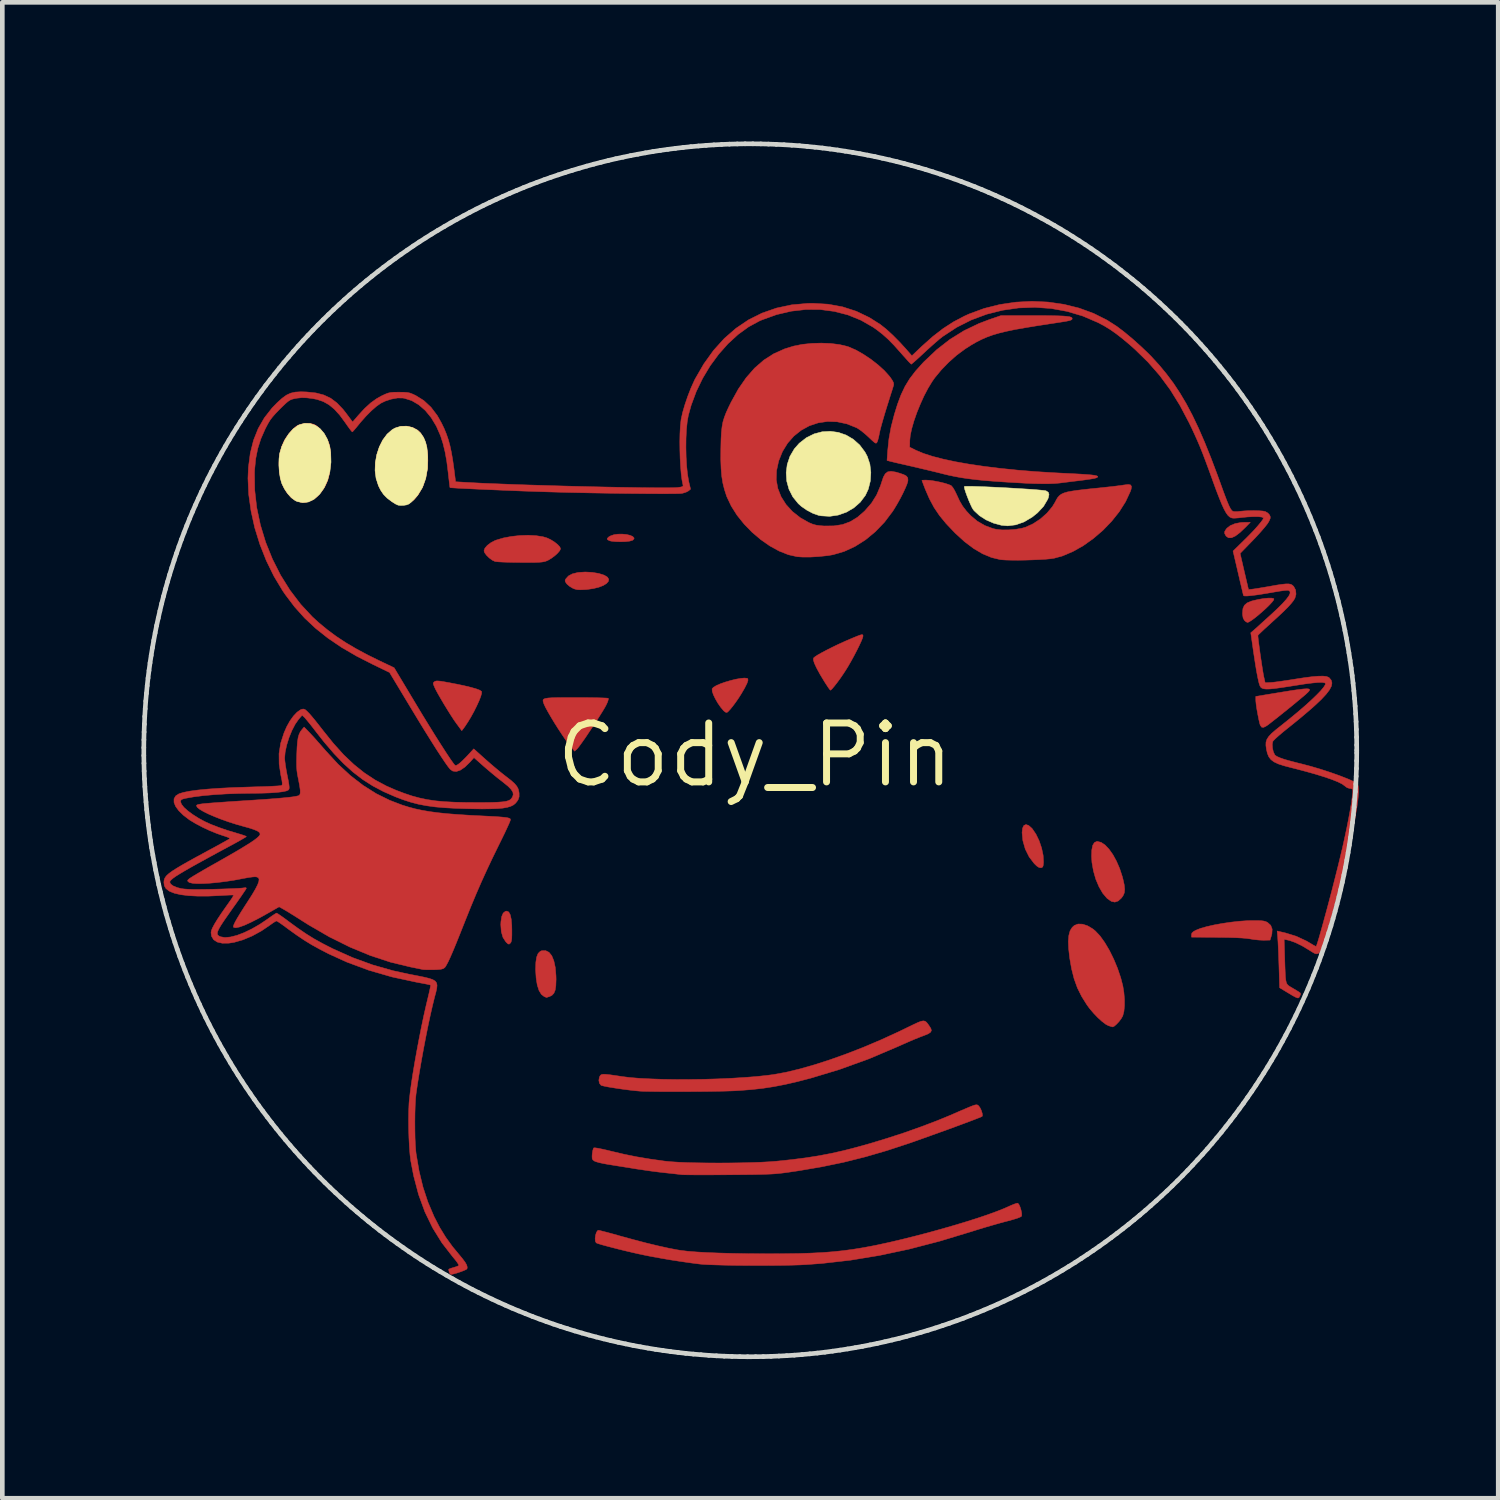
<source format=kicad_pcb>
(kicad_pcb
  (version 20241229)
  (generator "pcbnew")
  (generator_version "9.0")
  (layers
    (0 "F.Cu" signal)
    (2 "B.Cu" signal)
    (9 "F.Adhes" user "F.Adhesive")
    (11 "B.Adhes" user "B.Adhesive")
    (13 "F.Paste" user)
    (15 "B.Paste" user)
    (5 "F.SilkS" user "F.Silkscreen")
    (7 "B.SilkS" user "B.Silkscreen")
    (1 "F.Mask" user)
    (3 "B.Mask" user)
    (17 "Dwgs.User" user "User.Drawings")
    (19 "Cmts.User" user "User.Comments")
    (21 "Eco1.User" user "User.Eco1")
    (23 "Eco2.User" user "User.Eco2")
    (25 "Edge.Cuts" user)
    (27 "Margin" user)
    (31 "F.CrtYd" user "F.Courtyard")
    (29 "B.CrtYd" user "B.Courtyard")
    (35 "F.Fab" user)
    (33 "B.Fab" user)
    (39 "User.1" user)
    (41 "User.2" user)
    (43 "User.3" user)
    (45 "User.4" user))
  (footprint "Cody_Pin"
    (layer "F.Cu")
    (at 13.225 13.225)
    (property "Reference" "Cody_Pin" (at 0 0 0) (layer "F.SilkS") (effects (font (size 1.27 1.27) (thickness 0.15))))
    (attr through_hole)
    (fp_poly (pts (xy 10.572 -4.908) (xy 10.454 -4.796) (xy 10.355 -4.721) (xy 10.273 -4.683) (xy 10.207 -4.682) (xy 10.157 -4.717) (xy 10.151 -4.725) (xy 10.124 -4.774) (xy 10.124 -4.816) (xy 10.154 -4.865) (xy 10.172 -4.888) (xy 10.245 -4.945) (xy 10.349 -4.988) (xy 10.474 -5.012) (xy 10.56 -5.016) (xy 10.677 -5.016) (xy 10.572 -4.908)) (stroke (width 0.01) (type solid)) (fill yes) (layer "F.Cu"))
    (fp_poly (pts (xy -2.773 -4.754) (xy -2.695 -4.736) (xy -2.637 -4.711) (xy -2.608 -4.679) (xy -2.607 -4.663) (xy -2.635 -4.631) (xy -2.699 -4.611) (xy -2.79 -4.6) (xy -2.897 -4.597) (xy -3.003 -4.6) (xy -3.093 -4.609) (xy -3.129 -4.617) (xy -3.178 -4.64) (xy -3.186 -4.667) (xy -3.153 -4.701) (xy -3.11 -4.725) (xy -3.04 -4.749) (xy -2.954 -4.761) (xy -2.862 -4.762) (xy -2.773 -4.754)) (stroke (width 0.01) (type solid)) (fill yes) (layer "F.Cu"))
    (fp_poly (pts (xy -5.309 3.384) (xy -5.277 3.442) (xy -5.255 3.539) (xy -5.243 3.676) (xy -5.241 3.772) (xy -5.241 3.883) (xy -5.244 3.959) (xy -5.251 4.008) (xy -5.262 4.04) (xy -5.275 4.056) (xy -5.299 4.076) (xy -5.322 4.073) (xy -5.355 4.044) (xy -5.373 4.025) (xy -5.433 3.932) (xy -5.469 3.808) (xy -5.48 3.659) (xy -5.477 3.595) (xy -5.46 3.482) (xy -5.428 3.407) (xy -5.381 3.37) (xy -5.351 3.365) (xy -5.309 3.384)) (stroke (width 0.01) (type solid)) (fill yes) (layer "F.Cu"))
    (fp_poly (pts (xy 5.899 1.519) (xy 5.968 1.58) (xy 5.977 1.59) (xy 6.056 1.706) (xy 6.125 1.849) (xy 6.178 2.006) (xy 6.211 2.162) (xy 6.219 2.304) (xy 6.219 2.31) (xy 6.213 2.377) (xy 6.202 2.412) (xy 6.18 2.427) (xy 6.163 2.431) (xy 6.122 2.424) (xy 6.072 2.391) (xy 6.02 2.341) (xy 5.91 2.197) (xy 5.826 2.028) (xy 5.774 1.846) (xy 5.757 1.672) (xy 5.768 1.577) (xy 5.796 1.519) (xy 5.841 1.499) (xy 5.899 1.519)) (stroke (width 0.01) (type solid)) (fill yes) (layer "F.Cu"))
    (fp_poly (pts (xy 11.179 -3.372) (xy 11.186 -3.366) (xy 11.179 -3.34) (xy 11.144 -3.294) (xy 11.088 -3.234) (xy 11.017 -3.164) (xy 10.936 -3.091) (xy 10.853 -3.019) (xy 10.773 -2.954) (xy 10.702 -2.902) (xy 10.647 -2.868) (xy 10.616 -2.857) (xy 10.584 -2.872) (xy 10.55 -2.902) (xy 10.522 -2.952) (xy 10.51 -3.026) (xy 10.509 -3.059) (xy 10.518 -3.157) (xy 10.549 -3.227) (xy 10.607 -3.278) (xy 10.699 -3.317) (xy 10.744 -3.329) (xy 10.858 -3.355) (xy 10.966 -3.373) (xy 11.061 -3.382) (xy 11.135 -3.382) (xy 11.179 -3.372)) (stroke (width 0.01) (type solid)) (fill yes) (layer "F.Cu"))
    (fp_poly (pts (xy -4.441 4.253) (xy -4.381 4.327) (xy -4.336 4.437) (xy -4.305 4.581) (xy -4.29 4.758) (xy -4.288 4.837) (xy -4.293 4.97) (xy -4.307 5.067) (xy -4.335 5.135) (xy -4.377 5.18) (xy -4.426 5.205) (xy -4.472 5.22) (xy -4.495 5.227) (xy -4.496 5.227) (xy -4.514 5.219) (xy -4.544 5.207) (xy -4.605 5.16) (xy -4.656 5.076) (xy -4.694 4.958) (xy -4.718 4.809) (xy -4.729 4.634) (xy -4.729 4.614) (xy -4.724 4.465) (xy -4.706 4.354) (xy -4.675 4.277) (xy -4.629 4.232) (xy -4.598 4.219) (xy -4.513 4.217) (xy -4.441 4.253)) (stroke (width 0.01) (type solid)) (fill yes) (layer "F.Cu"))
    (fp_poly (pts (xy -3.508 -3.937) (xy -3.366 -3.913) (xy -3.249 -3.876) (xy -3.248 -3.875) (xy -3.181 -3.834) (xy -3.153 -3.789) (xy -3.161 -3.743) (xy -3.202 -3.697) (xy -3.271 -3.654) (xy -3.367 -3.617) (xy -3.486 -3.588) (xy -3.624 -3.568) (xy -3.672 -3.565) (xy -3.768 -3.561) (xy -3.837 -3.565) (xy -3.893 -3.58) (xy -3.928 -3.595) (xy -3.994 -3.634) (xy -4.05 -3.682) (xy -4.061 -3.694) (xy -4.09 -3.738) (xy -4.093 -3.769) (xy -4.078 -3.797) (xy -4.021 -3.86) (xy -3.942 -3.903) (xy -3.832 -3.931) (xy -3.801 -3.936) (xy -3.658 -3.945) (xy -3.508 -3.937)) (stroke (width 0.01) (type solid)) (fill yes) (layer "F.Cu"))
    (fp_poly (pts (xy 7.461 1.883) (xy 7.546 1.94) (xy 7.631 2.03) (xy 7.715 2.148) (xy 7.792 2.289) (xy 7.861 2.448) (xy 7.918 2.622) (xy 7.931 2.672) (xy 7.959 2.798) (xy 7.969 2.895) (xy 7.961 2.971) (xy 7.933 3.035) (xy 7.899 3.082) (xy 7.828 3.147) (xy 7.757 3.171) (xy 7.682 3.155) (xy 7.6 3.098) (xy 7.587 3.087) (xy 7.496 2.98) (xy 7.415 2.84) (xy 7.346 2.677) (xy 7.295 2.498) (xy 7.263 2.315) (xy 7.255 2.18) (xy 7.26 2.045) (xy 7.28 1.947) (xy 7.316 1.888) (xy 7.368 1.863) (xy 7.38 1.863) (xy 7.461 1.883)) (stroke (width 0.01) (type solid)) (fill yes) (layer "F.Cu"))
    (fp_poly (pts (xy -0.173 -1.654) (xy -0.155 -1.644) (xy -0.151 -1.61) (xy -0.173 -1.544) (xy -0.222 -1.446) (xy -0.291 -1.327) (xy -0.351 -1.232) (xy -0.416 -1.138) (xy -0.479 -1.053) (xy -0.537 -0.982) (xy -0.582 -0.934) (xy -0.607 -0.916) (xy -0.637 -0.924) (xy -0.677 -0.955) (xy -0.678 -0.957) (xy -0.741 -1.032) (xy -0.802 -1.12) (xy -0.855 -1.212) (xy -0.897 -1.299) (xy -0.922 -1.373) (xy -0.925 -1.424) (xy -0.924 -1.429) (xy -0.893 -1.462) (xy -0.829 -1.499) (xy -0.741 -1.537) (xy -0.638 -1.573) (xy -0.526 -1.606) (xy -0.416 -1.633) (xy -0.315 -1.651) (xy -0.231 -1.659) (xy -0.173 -1.654)) (stroke (width 0.01) (type solid)) (fill yes) (layer "F.Cu"))
    (fp_poly (pts (xy -7.37 -7.055) (xy -7.264 -6.995) (xy -7.213 -6.946) (xy -7.142 -6.832) (xy -7.091 -6.688) (xy -7.06 -6.524) (xy -7.051 -6.346) (xy -7.063 -6.163) (xy -7.097 -5.983) (xy -7.152 -5.813) (xy -7.172 -5.769) (xy -7.257 -5.617) (xy -7.352 -5.502) (xy -7.454 -5.427) (xy -7.562 -5.391) (xy -7.675 -5.396) (xy -7.758 -5.425) (xy -7.856 -5.488) (xy -7.955 -5.577) (xy -8.041 -5.678) (xy -8.103 -5.78) (xy -8.106 -5.788) (xy -8.159 -5.954) (xy -8.182 -6.129) (xy -8.177 -6.307) (xy -8.146 -6.482) (xy -8.092 -6.647) (xy -8.015 -6.795) (xy -7.918 -6.92) (xy -7.803 -7.015) (xy -7.74 -7.05) (xy -7.618 -7.085) (xy -7.491 -7.086) (xy -7.37 -7.055)) (stroke (width 0.01) (type solid)) (fill yes) (layer "F.Cu"))
    (fp_poly (pts (xy 10.833 3.569) (xy 10.913 3.572) (xy 10.969 3.579) (xy 11.011 3.591) (xy 11.049 3.61) (xy 11.117 3.671) (xy 11.148 3.753) (xy 11.142 3.855) (xy 11.131 3.897) (xy 11.102 3.99) (xy 10.964 3.993) (xy 10.867 3.989) (xy 10.757 3.978) (xy 10.679 3.965) (xy 10.603 3.954) (xy 10.498 3.945) (xy 10.361 3.938) (xy 10.188 3.933) (xy 9.976 3.931) (xy 9.97 3.93) (xy 9.409 3.926) (xy 9.409 3.875) (xy 9.418 3.837) (xy 9.453 3.805) (xy 9.504 3.777) (xy 9.604 3.737) (xy 9.738 3.699) (xy 9.897 3.663) (xy 10.073 3.631) (xy 10.258 3.604) (xy 10.443 3.583) (xy 10.619 3.571) (xy 10.721 3.569) (xy 10.833 3.569)) (stroke (width 0.01) (type solid)) (fill yes) (layer "F.Cu"))
    (fp_poly (pts (xy 11.94 -1.423) (xy 11.956 -1.409) (xy 11.948 -1.386) (xy 11.919 -1.353) (xy 11.872 -1.309) (xy 11.809 -1.255) (xy 11.797 -1.246) (xy 11.711 -1.174) (xy 11.611 -1.091) (xy 11.502 -1.002) (xy 11.39 -0.912) (xy 11.283 -0.826) (xy 11.186 -0.75) (xy 11.106 -0.687) (xy 11.048 -0.643) (xy 11.028 -0.629) (xy 10.965 -0.596) (xy 10.921 -0.6) (xy 10.891 -0.643) (xy 10.882 -0.672) (xy 10.86 -0.764) (xy 10.839 -0.871) (xy 10.819 -0.981) (xy 10.804 -1.081) (xy 10.796 -1.159) (xy 10.795 -1.184) (xy 10.795 -1.263) (xy 11.202 -1.33) (xy 11.415 -1.365) (xy 11.588 -1.393) (xy 11.724 -1.412) (xy 11.827 -1.424) (xy 11.898 -1.428) (xy 11.94 -1.423)) (stroke (width 0.01) (type solid)) (fill yes) (layer "F.Cu"))
    (fp_poly (pts (xy -6.777 -1.591) (xy -6.699 -1.578) (xy -6.592 -1.559) (xy -6.449 -1.531) (xy -6.445 -1.531) (xy -6.27 -1.494) (xy -6.125 -1.459) (xy -6.012 -1.427) (xy -5.935 -1.398) (xy -5.896 -1.372) (xy -5.893 -1.367) (xy -5.894 -1.325) (xy -5.914 -1.255) (xy -5.951 -1.163) (xy -6 -1.056) (xy -6.057 -0.941) (xy -6.121 -0.825) (xy -6.187 -0.715) (xy -6.251 -0.618) (xy -6.277 -0.582) (xy -6.321 -0.524) (xy -6.429 -0.67) (xy -6.485 -0.749) (xy -6.553 -0.853) (xy -6.627 -0.971) (xy -6.703 -1.095) (xy -6.775 -1.217) (xy -6.838 -1.327) (xy -6.886 -1.416) (xy -6.906 -1.459) (xy -6.93 -1.516) (xy -6.936 -1.548) (xy -6.925 -1.568) (xy -6.912 -1.579) (xy -6.893 -1.59) (xy -6.868 -1.596) (xy -6.832 -1.596) (xy -6.777 -1.591)) (stroke (width 0.01) (type solid)) (fill yes) (layer "F.Cu"))
    (fp_poly (pts (xy -9.57 -7.144) (xy -9.502 -7.127) (xy -9.425 -7.078) (xy -9.345 -6.995) (xy -9.269 -6.887) (xy -9.213 -6.782) (xy -9.189 -6.729) (xy -9.173 -6.681) (xy -9.163 -6.629) (xy -9.157 -6.564) (xy -9.155 -6.475) (xy -9.155 -6.371) (xy -9.16 -6.193) (xy -9.177 -6.046) (xy -9.21 -5.921) (xy -9.26 -5.807) (xy -9.33 -5.696) (xy -9.343 -5.678) (xy -9.447 -5.563) (xy -9.559 -5.486) (xy -9.677 -5.448) (xy -9.797 -5.45) (xy -9.901 -5.484) (xy -10.01 -5.561) (xy -10.101 -5.67) (xy -10.173 -5.805) (xy -10.225 -5.96) (xy -10.255 -6.127) (xy -10.262 -6.302) (xy -10.246 -6.476) (xy -10.204 -6.644) (xy -10.152 -6.768) (xy -10.1 -6.855) (xy -10.033 -6.944) (xy -9.96 -7.023) (xy -9.893 -7.083) (xy -9.863 -7.102) (xy -9.775 -7.133) (xy -9.671 -7.147) (xy -9.57 -7.144)) (stroke (width 0.01) (type solid)) (fill yes) (layer "F.Cu"))
    (fp_poly (pts (xy 2.318 -2.593) (xy 2.327 -2.583) (xy 2.328 -2.564) (xy 2.328 -2.561) (xy 2.318 -2.522) (xy 2.29 -2.453) (xy 2.248 -2.362) (xy 2.195 -2.255) (xy 2.135 -2.14) (xy 2.071 -2.023) (xy 2.007 -1.912) (xy 1.957 -1.831) (xy 1.897 -1.739) (xy 1.833 -1.646) (xy 1.769 -1.559) (xy 1.711 -1.485) (xy 1.664 -1.429) (xy 1.633 -1.4) (xy 1.626 -1.397) (xy 1.609 -1.414) (xy 1.576 -1.46) (xy 1.532 -1.527) (xy 1.493 -1.588) (xy 1.395 -1.751) (xy 1.324 -1.883) (xy 1.278 -1.983) (xy 1.258 -2.052) (xy 1.262 -2.091) (xy 1.292 -2.117) (xy 1.354 -2.158) (xy 1.443 -2.208) (xy 1.553 -2.266) (xy 1.676 -2.328) (xy 1.807 -2.391) (xy 1.94 -2.451) (xy 1.99 -2.473) (xy 2.112 -2.525) (xy 2.2 -2.561) (xy 2.261 -2.584) (xy 2.298 -2.594) (xy 2.318 -2.593)) (stroke (width 0.01) (type solid)) (fill yes) (layer "F.Cu"))
    (fp_poly (pts (xy -4.719 -4.728) (xy -4.571 -4.705) (xy -4.486 -4.68) (xy -4.403 -4.641) (xy -4.323 -4.591) (xy -4.255 -4.537) (xy -4.208 -4.486) (xy -4.191 -4.446) (xy -4.208 -4.407) (xy -4.252 -4.354) (xy -4.314 -4.297) (xy -4.386 -4.243) (xy -4.458 -4.2) (xy -4.479 -4.19) (xy -4.514 -4.176) (xy -4.553 -4.166) (xy -4.6 -4.159) (xy -4.663 -4.154) (xy -4.748 -4.151) (xy -4.861 -4.15) (xy -5.008 -4.15) (xy -5.055 -4.151) (xy -5.198 -4.152) (xy -5.33 -4.155) (xy -5.444 -4.159) (xy -5.533 -4.164) (xy -5.59 -4.17) (xy -5.604 -4.172) (xy -5.665 -4.201) (xy -5.73 -4.249) (xy -5.788 -4.306) (xy -5.829 -4.362) (xy -5.842 -4.402) (xy -5.823 -4.457) (xy -5.772 -4.517) (xy -5.696 -4.575) (xy -5.605 -4.623) (xy -5.581 -4.632) (xy -5.428 -4.678) (xy -5.254 -4.711) (xy -5.071 -4.731) (xy -4.89 -4.737) (xy -4.719 -4.728)) (stroke (width 0.01) (type solid)) (fill yes) (layer "F.Cu"))
    (fp_poly (pts (xy -3.688 -1.238) (xy -3.537 -1.236) (xy -3.404 -1.234) (xy -3.295 -1.231) (xy -3.216 -1.228) (xy -3.17 -1.224) (xy -3.162 -1.222) (xy -3.162 -1.196) (xy -3.178 -1.144) (xy -3.205 -1.084) (xy -3.236 -1.026) (xy -3.286 -0.943) (xy -3.349 -0.842) (xy -3.422 -0.728) (xy -3.5 -0.609) (xy -3.579 -0.49) (xy -3.654 -0.378) (xy -3.723 -0.28) (xy -3.78 -0.201) (xy -3.821 -0.148) (xy -3.836 -0.131) (xy -3.889 -0.083) (xy -3.955 -0.159) (xy -4.012 -0.229) (xy -4.082 -0.326) (xy -4.16 -0.441) (xy -4.243 -0.567) (xy -4.325 -0.697) (xy -4.401 -0.823) (xy -4.467 -0.937) (xy -4.519 -1.033) (xy -4.551 -1.103) (xy -4.552 -1.107) (xy -4.564 -1.142) (xy -4.57 -1.17) (xy -4.566 -1.192) (xy -4.549 -1.208) (xy -4.513 -1.22) (xy -4.456 -1.229) (xy -4.374 -1.234) (xy -4.262 -1.237) (xy -4.118 -1.238) (xy -3.936 -1.238) (xy -3.853 -1.238) (xy -3.688 -1.238)) (stroke (width 0.01) (type solid)) (fill yes) (layer "F.Cu"))
    (fp_poly (pts (xy 7.059 3.646) (xy 7.165 3.68) (xy 7.275 3.744) (xy 7.335 3.792) (xy 7.437 3.9) (xy 7.539 4.042) (xy 7.639 4.211) (xy 7.732 4.399) (xy 7.815 4.599) (xy 7.884 4.803) (xy 7.929 4.977) (xy 7.952 5.119) (xy 7.964 5.265) (xy 7.964 5.404) (xy 7.953 5.525) (xy 7.929 5.618) (xy 7.924 5.63) (xy 7.891 5.687) (xy 7.845 5.748) (xy 7.793 5.803) (xy 7.746 5.844) (xy 7.712 5.861) (xy 7.709 5.861) (xy 7.681 5.854) (xy 7.63 5.838) (xy 7.621 5.836) (xy 7.559 5.803) (xy 7.479 5.742) (xy 7.39 5.661) (xy 7.299 5.566) (xy 7.213 5.465) (xy 7.155 5.386) (xy 7.041 5.204) (xy 6.95 5.021) (xy 6.879 4.825) (xy 6.824 4.608) (xy 6.783 4.374) (xy 6.761 4.178) (xy 6.754 4.017) (xy 6.765 3.889) (xy 6.792 3.789) (xy 6.838 3.715) (xy 6.884 3.674) (xy 6.963 3.643) (xy 7.059 3.646)) (stroke (width 0.01) (type solid)) (fill yes) (layer "F.Cu"))
    (fp_poly (pts (xy 3.665 5.738) (xy 3.697 5.761) (xy 3.728 5.8) (xy 3.756 5.84) (xy 3.792 5.897) (xy 3.802 5.941) (xy 3.783 5.977) (xy 3.731 6.011) (xy 3.643 6.047) (xy 3.608 6.06) (xy 3.532 6.089) (xy 3.428 6.131) (xy 3.307 6.183) (xy 3.18 6.239) (xy 3.102 6.274) (xy 2.461 6.547) (xy 1.819 6.779) (xy 1.207 6.964) (xy 0.915 7.04) (xy 0.65 7.101) (xy 0.403 7.149) (xy 0.161 7.186) (xy -0.086 7.213) (xy -0.349 7.233) (xy -0.434 7.238) (xy -0.535 7.242) (xy -0.668 7.246) (xy -0.826 7.249) (xy -1.004 7.252) (xy -1.196 7.254) (xy -1.395 7.255) (xy -1.595 7.256) (xy -1.79 7.256) (xy -1.973 7.256) (xy -2.14 7.254) (xy -2.283 7.252) (xy -2.396 7.25) (xy -2.473 7.246) (xy -2.477 7.246) (xy -2.578 7.237) (xy -2.696 7.224) (xy -2.822 7.208) (xy -2.949 7.19) (xy -3.069 7.171) (xy -3.174 7.154) (xy -3.256 7.137) (xy -3.307 7.124) (xy -3.318 7.12) (xy -3.354 7.075) (xy -3.366 7.011) (xy -3.354 6.943) (xy -3.337 6.912) (xy -3.322 6.896) (xy -3.3 6.886) (xy -3.265 6.882) (xy -3.212 6.884) (xy -3.134 6.892) (xy -3.027 6.907) (xy -2.885 6.928) (xy -2.868 6.931) (xy -2.692 6.953) (xy -2.48 6.97) (xy -2.238 6.982) (xy -1.973 6.991) (xy -1.69 6.995) (xy -1.396 6.994) (xy -1.096 6.99) (xy -0.798 6.981) (xy -0.507 6.968) (xy -0.23 6.951) (xy 0.029 6.931) (xy 0.261 6.906) (xy 0.393 6.889) (xy 0.663 6.84) (xy 0.962 6.768) (xy 1.286 6.676) (xy 1.629 6.565) (xy 1.986 6.437) (xy 2.352 6.294) (xy 2.722 6.137) (xy 3.091 5.968) (xy 3.289 5.872) (xy 3.415 5.811) (xy 3.509 5.767) (xy 3.578 5.74) (xy 3.628 5.731) (xy 3.665 5.738)) (stroke (width 0.01) (type solid)) (fill yes) (layer "F.Cu"))
    (fp_poly (pts (xy 3.766 -5.921) (xy 3.863 -5.907) (xy 3.967 -5.887) (xy 4.069 -5.863) (xy 4.155 -5.837) (xy 4.216 -5.814) (xy 4.231 -5.805) (xy 4.264 -5.767) (xy 4.303 -5.702) (xy 4.342 -5.623) (xy 4.349 -5.608) (xy 4.411 -5.474) (xy 4.476 -5.364) (xy 4.555 -5.261) (xy 4.651 -5.158) (xy 4.791 -5.041) (xy 4.955 -4.946) (xy 5.127 -4.882) (xy 5.196 -4.866) (xy 5.323 -4.852) (xy 5.47 -4.853) (xy 5.62 -4.865) (xy 5.757 -4.889) (xy 5.831 -4.91) (xy 5.996 -4.985) (xy 6.153 -5.089) (xy 6.295 -5.215) (xy 6.41 -5.353) (xy 6.469 -5.45) (xy 6.498 -5.506) (xy 6.527 -5.553) (xy 6.56 -5.59) (xy 6.601 -5.621) (xy 6.656 -5.647) (xy 6.727 -5.669) (xy 6.821 -5.687) (xy 6.94 -5.705) (xy 7.09 -5.723) (xy 7.274 -5.743) (xy 7.419 -5.757) (xy 7.557 -5.772) (xy 7.689 -5.786) (xy 7.805 -5.8) (xy 7.897 -5.812) (xy 7.956 -5.821) (xy 7.958 -5.821) (xy 8.045 -5.832) (xy 8.096 -5.822) (xy 8.116 -5.789) (xy 8.107 -5.728) (xy 8.089 -5.677) (xy 7.988 -5.46) (xy 7.852 -5.245) (xy 7.687 -5.038) (xy 7.499 -4.843) (xy 7.293 -4.667) (xy 7.076 -4.512) (xy 6.852 -4.386) (xy 6.628 -4.291) (xy 6.449 -4.242) (xy 6.371 -4.23) (xy 6.261 -4.22) (xy 6.127 -4.212) (xy 5.977 -4.206) (xy 5.821 -4.201) (xy 5.668 -4.199) (xy 5.527 -4.2) (xy 5.406 -4.203) (xy 5.315 -4.209) (xy 5.288 -4.212) (xy 5.097 -4.258) (xy 4.907 -4.337) (xy 4.716 -4.449) (xy 4.519 -4.597) (xy 4.314 -4.784) (xy 4.295 -4.804) (xy 4.121 -4.987) (xy 3.978 -5.161) (xy 3.859 -5.337) (xy 3.758 -5.526) (xy 3.667 -5.736) (xy 3.661 -5.753) (xy 3.632 -5.828) (xy 3.61 -5.887) (xy 3.599 -5.918) (xy 3.598 -5.921) (xy 3.617 -5.924) (xy 3.665 -5.926) (xy 3.688 -5.926) (xy 3.766 -5.921)) (stroke (width 0.01) (type solid)) (fill yes) (layer "F.Cu"))
    (fp_poly (pts (xy 5.689 9.688) (xy 5.714 9.743) (xy 5.735 9.811) (xy 5.748 9.877) (xy 5.749 9.928) (xy 5.745 9.942) (xy 5.715 9.961) (xy 5.649 9.987) (xy 5.549 10.017) (xy 5.421 10.052) (xy 5.407 10.055) (xy 5.284 10.088) (xy 5.133 10.131) (xy 4.968 10.179) (xy 4.803 10.229) (xy 4.657 10.275) (xy 3.98 10.48) (xy 3.323 10.651) (xy 2.683 10.787) (xy 2.057 10.89) (xy 1.441 10.96) (xy 1.101 10.985) (xy 0.965 10.992) (xy 0.8 10.997) (xy 0.612 11.001) (xy 0.408 11.003) (xy 0.192 11.004) (xy -0.028 11.004) (xy -0.247 11.003) (xy -0.459 11.001) (xy -0.657 10.997) (xy -0.837 10.992) (xy -0.991 10.987) (xy -1.115 10.98) (xy -1.192 10.973) (xy -1.38 10.949) (xy -1.595 10.918) (xy -1.822 10.883) (xy -2.047 10.844) (xy -2.256 10.806) (xy -2.381 10.781) (xy -2.509 10.754) (xy -2.649 10.722) (xy -2.794 10.688) (xy -2.937 10.653) (xy -3.073 10.618) (xy -3.196 10.586) (xy -3.298 10.558) (xy -3.374 10.535) (xy -3.417 10.519) (xy -3.423 10.516) (xy -3.442 10.479) (xy -3.446 10.421) (xy -3.438 10.355) (xy -3.42 10.295) (xy -3.396 10.255) (xy -3.376 10.245) (xy -3.347 10.25) (xy -3.284 10.266) (xy -3.193 10.289) (xy -3.082 10.319) (xy -2.956 10.354) (xy -2.927 10.363) (xy -2.62 10.447) (xy -2.338 10.521) (xy -2.084 10.582) (xy -1.862 10.631) (xy -1.675 10.667) (xy -1.598 10.679) (xy -1.451 10.697) (xy -1.264 10.712) (xy -1.041 10.725) (xy -0.784 10.735) (xy -0.495 10.743) (xy -0.179 10.749) (xy 0.163 10.751) (xy 0.296 10.752) (xy 0.633 10.75) (xy 0.934 10.746) (xy 1.206 10.737) (xy 1.453 10.725) (xy 1.684 10.707) (xy 1.903 10.684) (xy 2.118 10.655) (xy 2.334 10.62) (xy 2.557 10.578) (xy 2.645 10.56) (xy 2.903 10.504) (xy 3.174 10.44) (xy 3.454 10.37) (xy 3.738 10.296) (xy 4.019 10.218) (xy 4.293 10.139) (xy 4.555 10.06) (xy 4.799 9.983) (xy 5.02 9.908) (xy 5.212 9.838) (xy 5.371 9.775) (xy 5.438 9.745) (xy 5.523 9.707) (xy 5.596 9.678) (xy 5.647 9.662) (xy 5.665 9.661) (xy 5.689 9.688)) (stroke (width 0.01) (type solid)) (fill yes) (layer "F.Cu"))
    (fp_poly (pts (xy 4.791 7.542) (xy 4.806 7.55) (xy 4.821 7.563) (xy 4.821 7.563) (xy 4.851 7.604) (xy 4.878 7.661) (xy 4.897 7.722) (xy 4.903 7.77) (xy 4.896 7.79) (xy 4.872 7.802) (xy 4.812 7.826) (xy 4.722 7.861) (xy 4.606 7.905) (xy 4.469 7.956) (xy 4.315 8.013) (xy 4.149 8.074) (xy 3.976 8.136) (xy 3.801 8.199) (xy 3.628 8.261) (xy 3.462 8.32) (xy 3.334 8.365) (xy 2.848 8.525) (xy 2.378 8.662) (xy 1.91 8.779) (xy 1.432 8.878) (xy 0.932 8.963) (xy 0.688 8.999) (xy 0.605 9.01) (xy 0.523 9.019) (xy 0.439 9.027) (xy 0.346 9.033) (xy 0.24 9.037) (xy 0.115 9.041) (xy -0.033 9.044) (xy -0.21 9.046) (xy -0.421 9.048) (xy -0.572 9.049) (xy -0.769 9.05) (xy -0.956 9.051) (xy -1.127 9.051) (xy -1.277 9.051) (xy -1.402 9.05) (xy -1.497 9.049) (xy -1.558 9.048) (xy -1.577 9.046) (xy -1.621 9.041) (xy -1.697 9.032) (xy -1.796 9.021) (xy -1.908 9.009) (xy -1.945 9.005) (xy -2.084 8.989) (xy -2.246 8.968) (xy -2.412 8.944) (xy -2.562 8.922) (xy -2.58 8.919) (xy -2.72 8.896) (xy -2.871 8.872) (xy -3.016 8.849) (xy -3.139 8.829) (xy -3.161 8.826) (xy -3.265 8.807) (xy -3.357 8.787) (xy -3.428 8.767) (xy -3.465 8.751) (xy -3.496 8.727) (xy -3.51 8.697) (xy -3.512 8.648) (xy -3.509 8.6) (xy -3.499 8.533) (xy -3.485 8.484) (xy -3.474 8.468) (xy -3.446 8.468) (xy -3.384 8.477) (xy -3.296 8.495) (xy -3.189 8.519) (xy -3.095 8.542) (xy -2.819 8.607) (xy -2.546 8.662) (xy -2.26 8.71) (xy -1.948 8.754) (xy -1.926 8.756) (xy -1.803 8.768) (xy -1.644 8.778) (xy -1.455 8.786) (xy -1.244 8.791) (xy -1.018 8.794) (xy -0.781 8.795) (xy -0.542 8.794) (xy -0.307 8.791) (xy -0.082 8.785) (xy 0.126 8.778) (xy 0.311 8.768) (xy 0.465 8.756) (xy 0.797 8.721) (xy 1.096 8.683) (xy 1.375 8.639) (xy 1.642 8.588) (xy 1.909 8.528) (xy 2.106 8.478) (xy 2.472 8.377) (xy 2.847 8.263) (xy 3.222 8.141) (xy 3.585 8.012) (xy 3.928 7.882) (xy 4.239 7.754) (xy 4.265 7.742) (xy 4.418 7.675) (xy 4.538 7.624) (xy 4.628 7.586) (xy 4.693 7.56) (xy 4.739 7.545) (xy 4.77 7.54) (xy 4.791 7.542)) (stroke (width 0.01) (type solid)) (fill yes) (layer "F.Cu"))
    (fp_poly (pts (xy 6.207 -9.472) (xy 6.385 -9.47) (xy 6.527 -9.467) (xy 6.638 -9.463) (xy 6.72 -9.456) (xy 6.778 -9.448) (xy 6.814 -9.437) (xy 6.833 -9.423) (xy 6.837 -9.41) (xy 6.835 -9.396) (xy 6.827 -9.385) (xy 6.807 -9.374) (xy 6.771 -9.363) (xy 6.713 -9.351) (xy 6.629 -9.337) (xy 6.514 -9.319) (xy 6.362 -9.296) (xy 6.335 -9.292) (xy 6.056 -9.249) (xy 5.814 -9.209) (xy 5.605 -9.172) (xy 5.424 -9.134) (xy 5.266 -9.096) (xy 5.126 -9.055) (xy 5.001 -9.01) (xy 4.884 -8.959) (xy 4.772 -8.902) (xy 4.66 -8.837) (xy 4.542 -8.762) (xy 4.51 -8.74) (xy 4.342 -8.615) (xy 4.173 -8.464) (xy 4.013 -8.299) (xy 3.875 -8.132) (xy 3.819 -8.052) (xy 3.73 -7.906) (xy 3.643 -7.74) (xy 3.562 -7.561) (xy 3.488 -7.379) (xy 3.426 -7.201) (xy 3.378 -7.034) (xy 3.347 -6.888) (xy 3.337 -6.784) (xy 3.334 -6.636) (xy 3.471 -6.568) (xy 3.627 -6.502) (xy 3.822 -6.439) (xy 4.054 -6.379) (xy 4.319 -6.322) (xy 4.614 -6.27) (xy 4.938 -6.222) (xy 5.287 -6.179) (xy 5.657 -6.141) (xy 6.047 -6.109) (xy 6.453 -6.084) (xy 6.646 -6.074) (xy 6.852 -6.064) (xy 7.018 -6.055) (xy 7.149 -6.046) (xy 7.248 -6.038) (xy 7.318 -6.029) (xy 7.362 -6.019) (xy 7.385 -6.009) (xy 7.389 -6.001) (xy 7.382 -5.987) (xy 7.357 -5.974) (xy 7.308 -5.961) (xy 7.231 -5.948) (xy 7.122 -5.932) (xy 6.985 -5.914) (xy 6.865 -5.9) (xy 6.746 -5.885) (xy 6.641 -5.872) (xy 6.564 -5.862) (xy 6.562 -5.862) (xy 6.461 -5.853) (xy 6.329 -5.848) (xy 6.177 -5.848) (xy 6.015 -5.851) (xy 5.884 -5.856) (xy 5.591 -5.872) (xy 5.335 -5.888) (xy 5.112 -5.904) (xy 4.916 -5.92) (xy 4.744 -5.938) (xy 4.59 -5.957) (xy 4.448 -5.978) (xy 4.316 -6.002) (xy 4.186 -6.029) (xy 4.056 -6.06) (xy 4.043 -6.064) (xy 3.889 -6.102) (xy 3.718 -6.143) (xy 3.545 -6.184) (xy 3.389 -6.221) (xy 3.334 -6.233) (xy 3.214 -6.261) (xy 3.102 -6.286) (xy 3.009 -6.308) (xy 2.943 -6.324) (xy 2.921 -6.329) (xy 2.846 -6.349) (xy 2.86 -6.556) (xy 2.887 -6.815) (xy 2.934 -7.073) (xy 3.004 -7.343) (xy 3.072 -7.562) (xy 3.148 -7.765) (xy 3.233 -7.944) (xy 3.334 -8.11) (xy 3.458 -8.273) (xy 3.611 -8.444) (xy 3.64 -8.475) (xy 3.916 -8.736) (xy 4.202 -8.959) (xy 4.504 -9.146) (xy 4.825 -9.3) (xy 5.045 -9.384) (xy 5.302 -9.472) (xy 5.99 -9.472) (xy 6.207 -9.472)) (stroke (width 0.01) (type solid)) (fill yes) (layer "F.Cu"))
    (fp_poly (pts (xy 1.634 -8.871) (xy 1.823 -8.847) (xy 1.985 -8.809) (xy 2.023 -8.796) (xy 2.174 -8.73) (xy 2.335 -8.639) (xy 2.498 -8.53) (xy 2.652 -8.41) (xy 2.787 -8.288) (xy 2.895 -8.168) (xy 2.917 -8.139) (xy 2.963 -8.071) (xy 2.986 -8.023) (xy 2.99 -7.986) (xy 2.985 -7.963) (xy 2.974 -7.926) (xy 2.952 -7.855) (xy 2.921 -7.759) (xy 2.885 -7.643) (xy 2.845 -7.516) (xy 2.838 -7.493) (xy 2.796 -7.357) (xy 2.757 -7.223) (xy 2.723 -7.103) (xy 2.697 -7.003) (xy 2.682 -6.935) (xy 2.682 -6.932) (xy 2.665 -6.851) (xy 2.647 -6.783) (xy 2.631 -6.742) (xy 2.618 -6.725) (xy 2.601 -6.722) (xy 2.575 -6.737) (xy 2.532 -6.774) (xy 2.466 -6.836) (xy 2.452 -6.85) (xy 2.373 -6.921) (xy 2.291 -6.988) (xy 2.218 -7.038) (xy 2.191 -7.054) (xy 1.981 -7.138) (xy 1.77 -7.183) (xy 1.563 -7.19) (xy 1.362 -7.16) (xy 1.172 -7.097) (xy 0.996 -7.001) (xy 0.838 -6.875) (xy 0.702 -6.721) (xy 0.592 -6.542) (xy 0.51 -6.338) (xy 0.464 -6.126) (xy 0.458 -5.934) (xy 0.492 -5.746) (xy 0.563 -5.566) (xy 0.67 -5.398) (xy 0.809 -5.246) (xy 0.979 -5.113) (xy 1.161 -5.01) (xy 1.242 -4.976) (xy 1.318 -4.955) (xy 1.407 -4.943) (xy 1.489 -4.937) (xy 1.701 -4.939) (xy 1.886 -4.968) (xy 2.052 -5.029) (xy 2.206 -5.123) (xy 2.357 -5.253) (xy 2.369 -5.265) (xy 2.512 -5.43) (xy 2.622 -5.606) (xy 2.706 -5.805) (xy 2.73 -5.88) (xy 2.767 -5.99) (xy 2.809 -6.064) (xy 2.861 -6.104) (xy 2.932 -6.115) (xy 3.027 -6.1) (xy 3.117 -6.075) (xy 3.209 -6.043) (xy 3.266 -6.011) (xy 3.293 -5.973) (xy 3.297 -5.923) (xy 3.293 -5.895) (xy 3.274 -5.833) (xy 3.236 -5.744) (xy 3.186 -5.637) (xy 3.126 -5.521) (xy 3.061 -5.405) (xy 2.997 -5.299) (xy 2.967 -5.252) (xy 2.792 -5.02) (xy 2.595 -4.815) (xy 2.382 -4.639) (xy 2.156 -4.496) (xy 1.922 -4.388) (xy 1.684 -4.318) (xy 1.574 -4.299) (xy 1.376 -4.278) (xy 1.19 -4.267) (xy 1.027 -4.267) (xy 0.909 -4.275) (xy 0.718 -4.318) (xy 0.519 -4.397) (xy 0.319 -4.507) (xy 0.124 -4.643) (xy -0.063 -4.802) (xy -0.234 -4.978) (xy -0.386 -5.167) (xy -0.511 -5.364) (xy -0.606 -5.564) (xy -0.615 -5.588) (xy -0.659 -5.724) (xy -0.693 -5.861) (xy -0.717 -6.009) (xy -0.731 -6.175) (xy -0.738 -6.365) (xy -0.737 -6.589) (xy -0.736 -6.633) (xy -0.732 -6.809) (xy -0.724 -6.953) (xy -0.711 -7.072) (xy -0.692 -7.177) (xy -0.662 -7.277) (xy -0.622 -7.381) (xy -0.568 -7.499) (xy -0.516 -7.605) (xy -0.359 -7.889) (xy -0.19 -8.133) (xy -0.009 -8.34) (xy 0.189 -8.512) (xy 0.403 -8.649) (xy 0.637 -8.754) (xy 0.834 -8.815) (xy 1.02 -8.852) (xy 1.222 -8.873) (xy 1.43 -8.879) (xy 1.634 -8.871)) (stroke (width 0.01) (type solid)) (fill yes) (layer "F.Cu"))
    (fp_poly (pts (xy -9.617 -0.497) (xy -9.569 -0.446) (xy -9.5 -0.371) (xy -9.418 -0.278) (xy -9.328 -0.176) (xy -9.253 -0.09) (xy -8.988 0.197) (xy -8.721 0.444) (xy -8.449 0.654) (xy -8.169 0.831) (xy -7.875 0.976) (xy -7.604 1.08) (xy -7.464 1.123) (xy -7.322 1.161) (xy -7.171 1.193) (xy -7.007 1.221) (xy -6.825 1.245) (xy -6.62 1.266) (xy -6.386 1.284) (xy -6.119 1.301) (xy -5.895 1.312) (xy -5.715 1.321) (xy -5.573 1.329) (xy -5.464 1.337) (xy -5.385 1.345) (xy -5.33 1.354) (xy -5.296 1.364) (xy -5.277 1.376) (xy -5.271 1.39) (xy -5.271 1.396) (xy -5.28 1.424) (xy -5.305 1.485) (xy -5.345 1.572) (xy -5.396 1.682) (xy -5.457 1.807) (xy -5.522 1.939) (xy -5.66 2.221) (xy -5.784 2.484) (xy -5.9 2.739) (xy -6.012 2.997) (xy -6.126 3.27) (xy -6.246 3.569) (xy -6.276 3.645) (xy -6.368 3.876) (xy -6.446 4.07) (xy -6.512 4.229) (xy -6.567 4.356) (xy -6.612 4.453) (xy -6.649 4.523) (xy -6.677 4.569) (xy -6.694 4.587) (xy -6.724 4.606) (xy -6.772 4.619) (xy -6.844 4.626) (xy -6.929 4.629) (xy -7.02 4.629) (xy -7.099 4.628) (xy -7.152 4.625) (xy -7.165 4.623) (xy -7.203 4.615) (xy -7.271 4.601) (xy -7.36 4.583) (xy -7.429 4.569) (xy -7.856 4.466) (xy -8.291 4.323) (xy -8.731 4.141) (xy -9.175 3.921) (xy -9.62 3.663) (xy -9.758 3.576) (xy -9.865 3.508) (xy -9.969 3.443) (xy -10.06 3.386) (xy -10.129 3.345) (xy -10.151 3.332) (xy -10.259 3.272) (xy -10.458 3.386) (xy -10.672 3.506) (xy -10.853 3.599) (xy -11 3.667) (xy -11.114 3.708) (xy -11.195 3.724) (xy -11.239 3.715) (xy -11.245 3.698) (xy -11.235 3.661) (xy -11.207 3.601) (xy -11.16 3.517) (xy -11.092 3.405) (xy -11.002 3.263) (xy -10.945 3.175) (xy -10.845 3.019) (xy -10.771 2.894) (xy -10.721 2.796) (xy -10.695 2.723) (xy -10.691 2.673) (xy -10.71 2.642) (xy -10.749 2.627) (xy -10.781 2.625) (xy -10.834 2.629) (xy -10.915 2.64) (xy -11.009 2.657) (xy -11.052 2.665) (xy -11.232 2.699) (xy -11.412 2.726) (xy -11.587 2.748) (xy -11.751 2.763) (xy -11.899 2.771) (xy -12.025 2.772) (xy -12.123 2.765) (xy -12.188 2.75) (xy -12.204 2.741) (xy -12.23 2.717) (xy -12.228 2.698) (xy -12.195 2.667) (xy -12.194 2.666) (xy -12.161 2.644) (xy -12.098 2.604) (xy -12.009 2.551) (xy -11.901 2.488) (xy -11.78 2.418) (xy -11.707 2.377) (xy -11.475 2.246) (xy -11.278 2.133) (xy -11.114 2.037) (xy -10.979 1.955) (xy -10.872 1.888) (xy -10.791 1.832) (xy -10.732 1.787) (xy -10.694 1.751) (xy -10.673 1.722) (xy -10.668 1.702) (xy -10.682 1.67) (xy -10.726 1.638) (xy -10.804 1.605) (xy -10.918 1.568) (xy -10.999 1.546) (xy -11.173 1.497) (xy -11.343 1.443) (xy -11.504 1.386) (xy -11.651 1.328) (xy -11.781 1.272) (xy -11.89 1.218) (xy -11.972 1.169) (xy -12.023 1.127) (xy -12.04 1.094) (xy -12.037 1.086) (xy -12.029 1.077) (xy -12.013 1.07) (xy -11.985 1.063) (xy -11.942 1.056) (xy -11.881 1.048) (xy -11.798 1.041) (xy -11.69 1.032) (xy -11.552 1.022) (xy -11.382 1.01) (xy -11.176 0.996) (xy -10.986 0.984) (xy -10.729 0.967) (xy -10.511 0.952) (xy -10.329 0.938) (xy -10.18 0.925) (xy -10.06 0.913) (xy -9.967 0.902) (xy -9.896 0.89) (xy -9.845 0.879) (xy -9.837 0.876) (xy -9.814 0.859) (xy -9.803 0.821) (xy -9.803 0.758) (xy -9.816 0.665) (xy -9.84 0.537) (xy -9.844 0.517) (xy -9.863 0.422) (xy -9.875 0.337) (xy -9.881 0.249) (xy -9.882 0.145) (xy -9.879 0.013) (xy -9.878 -0.011) (xy -9.872 -0.166) (xy -9.862 -0.287) (xy -9.848 -0.378) (xy -9.827 -0.448) (xy -9.8 -0.504) (xy -9.769 -0.545) (xy -9.72 -0.603) (xy -9.617 -0.497)) (stroke (width 0.01) (type solid)) (fill yes) (layer "F.Cu"))
    (fp_poly (pts (xy 6.317 -9.764) (xy 6.657 -9.715) (xy 6.985 -9.634) (xy 7.297 -9.52) (xy 7.589 -9.374) (xy 7.8 -9.239) (xy 7.963 -9.115) (xy 8.139 -8.969) (xy 8.315 -8.811) (xy 8.48 -8.654) (xy 8.543 -8.59) (xy 8.712 -8.405) (xy 8.87 -8.214) (xy 9.019 -8.015) (xy 9.16 -7.802) (xy 9.296 -7.573) (xy 9.428 -7.323) (xy 9.559 -7.048) (xy 9.691 -6.745) (xy 9.826 -6.41) (xy 9.966 -6.04) (xy 10.034 -5.853) (xy 10.096 -5.681) (xy 10.147 -5.545) (xy 10.188 -5.441) (xy 10.221 -5.365) (xy 10.249 -5.311) (xy 10.273 -5.277) (xy 10.294 -5.257) (xy 10.298 -5.254) (xy 10.337 -5.247) (xy 10.4 -5.247) (xy 10.441 -5.252) (xy 10.536 -5.261) (xy 10.646 -5.267) (xy 10.759 -5.268) (xy 10.863 -5.265) (xy 10.948 -5.259) (xy 11 -5.248) (xy 11.056 -5.215) (xy 11.093 -5.173) (xy 11.107 -5.137) (xy 11.106 -5.101) (xy 11.085 -5.051) (xy 11.069 -5.021) (xy 11.038 -4.974) (xy 10.982 -4.904) (xy 10.908 -4.818) (xy 10.822 -4.723) (xy 10.737 -4.633) (xy 10.457 -4.345) (xy 10.547 -3.956) (xy 10.638 -3.567) (xy 10.711 -3.574) (xy 10.758 -3.58) (xy 10.837 -3.592) (xy 10.938 -3.609) (xy 11.052 -3.628) (xy 11.091 -3.635) (xy 11.242 -3.662) (xy 11.357 -3.679) (xy 11.442 -3.688) (xy 11.505 -3.688) (xy 11.549 -3.68) (xy 11.582 -3.662) (xy 11.61 -3.636) (xy 11.613 -3.633) (xy 11.653 -3.557) (xy 11.662 -3.467) (xy 11.639 -3.382) (xy 11.638 -3.38) (xy 11.605 -3.326) (xy 11.557 -3.265) (xy 11.491 -3.192) (xy 11.403 -3.104) (xy 11.29 -2.997) (xy 11.165 -2.883) (xy 11.069 -2.795) (xy 10.983 -2.717) (xy 10.914 -2.652) (xy 10.865 -2.605) (xy 10.842 -2.581) (xy 10.841 -2.58) (xy 10.842 -2.554) (xy 10.848 -2.493) (xy 10.859 -2.406) (xy 10.873 -2.3) (xy 10.889 -2.182) (xy 10.907 -2.06) (xy 10.925 -1.941) (xy 10.942 -1.833) (xy 10.957 -1.743) (xy 10.969 -1.68) (xy 10.971 -1.673) (xy 10.997 -1.558) (xy 11.113 -1.563) (xy 11.171 -1.568) (xy 11.262 -1.579) (xy 11.376 -1.595) (xy 11.505 -1.614) (xy 11.631 -1.634) (xy 11.838 -1.666) (xy 12.007 -1.688) (xy 12.141 -1.699) (xy 12.243 -1.701) (xy 12.318 -1.693) (xy 12.366 -1.674) (xy 12.378 -1.665) (xy 12.421 -1.613) (xy 12.437 -1.553) (xy 12.425 -1.485) (xy 12.383 -1.404) (xy 12.311 -1.31) (xy 12.207 -1.198) (xy 12.069 -1.068) (xy 11.991 -0.998) (xy 11.888 -0.91) (xy 11.765 -0.806) (xy 11.634 -0.699) (xy 11.51 -0.599) (xy 11.471 -0.568) (xy 11.375 -0.49) (xy 11.29 -0.418) (xy 11.221 -0.356) (xy 11.176 -0.311) (xy 11.161 -0.291) (xy 11.15 -0.23) (xy 11.155 -0.15) (xy 11.173 -0.07) (xy 11.202 -0.008) (xy 11.21 0.003) (xy 11.248 0.03) (xy 11.315 0.06) (xy 11.415 0.095) (xy 11.551 0.133) (xy 11.724 0.178) (xy 11.779 0.191) (xy 11.973 0.242) (xy 12.184 0.304) (xy 12.396 0.373) (xy 12.597 0.444) (xy 12.773 0.513) (xy 12.804 0.526) (xy 12.892 0.566) (xy 12.949 0.598) (xy 12.982 0.627) (xy 13.001 0.659) (xy 13.004 0.667) (xy 13.013 0.733) (xy 13.01 0.836) (xy 12.996 0.975) (xy 12.972 1.146) (xy 12.937 1.347) (xy 12.893 1.576) (xy 12.84 1.828) (xy 12.778 2.103) (xy 12.708 2.396) (xy 12.631 2.706) (xy 12.547 3.03) (xy 12.456 3.365) (xy 12.439 3.429) (xy 12.382 3.633) (xy 12.335 3.8) (xy 12.296 3.934) (xy 12.265 4.039) (xy 12.239 4.119) (xy 12.217 4.177) (xy 12.198 4.218) (xy 12.181 4.245) (xy 12.164 4.262) (xy 12.148 4.273) (xy 12.12 4.285) (xy 12.092 4.286) (xy 12.055 4.272) (xy 11.999 4.239) (xy 11.942 4.203) (xy 11.789 4.111) (xy 11.647 4.042) (xy 11.524 3.998) (xy 11.484 3.989) (xy 11.406 3.974) (xy 11.419 4.395) (xy 11.424 4.559) (xy 11.429 4.687) (xy 11.434 4.783) (xy 11.442 4.854) (xy 11.453 4.904) (xy 11.47 4.94) (xy 11.494 4.966) (xy 11.526 4.989) (xy 11.567 5.013) (xy 11.584 5.023) (xy 11.668 5.073) (xy 11.722 5.106) (xy 11.752 5.129) (xy 11.761 5.147) (xy 11.757 5.167) (xy 11.745 5.193) (xy 11.745 5.194) (xy 11.731 5.221) (xy 11.715 5.236) (xy 11.691 5.236) (xy 11.652 5.22) (xy 11.59 5.187) (xy 11.501 5.133) (xy 11.482 5.122) (xy 11.309 5.017) (xy 11.295 4.556) (xy 11.29 4.41) (xy 11.285 4.268) (xy 11.279 4.139) (xy 11.274 4.032) (xy 11.269 3.956) (xy 11.269 3.945) (xy 11.256 3.794) (xy 11.433 3.835) (xy 11.667 3.907) (xy 11.892 4.012) (xy 11.986 4.068) (xy 12.043 4.102) (xy 12.083 4.122) (xy 12.096 4.125) (xy 12.108 4.098) (xy 12.129 4.035) (xy 12.158 3.939) (xy 12.193 3.816) (xy 12.234 3.67) (xy 12.279 3.505) (xy 12.328 3.326) (xy 12.378 3.138) (xy 12.429 2.944) (xy 12.479 2.749) (xy 12.527 2.559) (xy 12.573 2.376) (xy 12.614 2.207) (xy 12.65 2.055) (xy 12.656 2.032) (xy 12.707 1.804) (xy 12.753 1.588) (xy 12.793 1.387) (xy 12.826 1.207) (xy 12.853 1.05) (xy 12.871 0.921) (xy 12.881 0.822) (xy 12.882 0.758) (xy 12.877 0.736) (xy 12.85 0.723) (xy 12.814 0.72) (xy 12.763 0.704) (xy 12.712 0.666) (xy 12.711 0.665) (xy 12.658 0.626) (xy 12.566 0.58) (xy 12.439 0.529) (xy 12.28 0.474) (xy 12.093 0.416) (xy 11.88 0.356) (xy 11.645 0.294) (xy 11.564 0.274) (xy 11.404 0.232) (xy 11.28 0.192) (xy 11.187 0.148) (xy 11.121 0.098) (xy 11.075 0.038) (xy 11.044 -0.037) (xy 11.023 -0.13) (xy 11.013 -0.209) (xy 11.015 -0.276) (xy 11.034 -0.336) (xy 11.072 -0.396) (xy 11.134 -0.463) (xy 11.224 -0.541) (xy 11.337 -0.631) (xy 11.522 -0.779) (xy 11.694 -0.921) (xy 11.85 -1.055) (xy 11.987 -1.179) (xy 12.103 -1.29) (xy 12.194 -1.384) (xy 12.258 -1.461) (xy 12.293 -1.516) (xy 12.298 -1.537) (xy 12.281 -1.556) (xy 12.228 -1.565) (xy 12.139 -1.564) (xy 12.013 -1.552) (xy 11.848 -1.531) (xy 11.676 -1.504) (xy 11.478 -1.473) (xy 11.317 -1.449) (xy 11.189 -1.432) (xy 11.091 -1.423) (xy 11.017 -1.422) (xy 10.964 -1.428) (xy 10.927 -1.441) (xy 10.902 -1.461) (xy 10.886 -1.488) (xy 10.885 -1.488) (xy 10.864 -1.551) (xy 10.84 -1.656) (xy 10.812 -1.8) (xy 10.782 -1.984) (xy 10.748 -2.206) (xy 10.741 -2.254) (xy 10.687 -2.635) (xy 10.749 -2.688) (xy 10.784 -2.719) (xy 10.845 -2.773) (xy 10.923 -2.845) (xy 11.014 -2.927) (xy 11.098 -3.003) (xy 11.249 -3.143) (xy 11.366 -3.259) (xy 11.452 -3.354) (xy 11.508 -3.429) (xy 11.534 -3.485) (xy 11.533 -3.524) (xy 11.504 -3.548) (xy 11.502 -3.549) (xy 11.469 -3.551) (xy 11.403 -3.545) (xy 11.315 -3.533) (xy 11.214 -3.516) (xy 11.211 -3.516) (xy 11.008 -3.481) (xy 10.839 -3.454) (xy 10.705 -3.437) (xy 10.607 -3.428) (xy 10.549 -3.429) (xy 10.53 -3.437) (xy 10.523 -3.464) (xy 10.508 -3.526) (xy 10.487 -3.616) (xy 10.46 -3.729) (xy 10.43 -3.859) (xy 10.414 -3.928) (xy 10.305 -4.396) (xy 10.55 -4.636) (xy 10.662 -4.748) (xy 10.761 -4.851) (xy 10.843 -4.944) (xy 10.906 -5.02) (xy 10.947 -5.076) (xy 10.96 -5.109) (xy 10.958 -5.114) (xy 10.92 -5.13) (xy 10.845 -5.138) (xy 10.743 -5.138) (xy 10.618 -5.132) (xy 10.526 -5.123) (xy 10.421 -5.111) (xy 10.349 -5.106) (xy 10.301 -5.106) (xy 10.268 -5.113) (xy 10.241 -5.126) (xy 10.227 -5.136) (xy 10.191 -5.17) (xy 10.153 -5.224) (xy 10.11 -5.302) (xy 10.062 -5.406) (xy 10.007 -5.541) (xy 9.942 -5.709) (xy 9.867 -5.914) (xy 9.867 -5.916) (xy 9.786 -6.139) (xy 9.716 -6.328) (xy 9.654 -6.492) (xy 9.596 -6.637) (xy 9.539 -6.771) (xy 9.481 -6.901) (xy 9.419 -7.035) (xy 9.356 -7.165) (xy 9.16 -7.536) (xy 8.952 -7.872) (xy 8.724 -8.181) (xy 8.473 -8.468) (xy 8.194 -8.741) (xy 8.075 -8.847) (xy 7.917 -8.979) (xy 7.779 -9.086) (xy 7.651 -9.175) (xy 7.525 -9.252) (xy 7.393 -9.322) (xy 7.069 -9.461) (xy 6.731 -9.562) (xy 6.385 -9.625) (xy 6.034 -9.65) (xy 5.682 -9.637) (xy 5.334 -9.587) (xy 4.992 -9.501) (xy 4.662 -9.378) (xy 4.347 -9.219) (xy 4.05 -9.024) (xy 4.04 -9.017) (xy 3.977 -8.967) (xy 3.893 -8.895) (xy 3.796 -8.809) (xy 3.695 -8.718) (xy 3.644 -8.67) (xy 3.557 -8.589) (xy 3.48 -8.519) (xy 3.42 -8.466) (xy 3.381 -8.433) (xy 3.369 -8.424) (xy 3.351 -8.44) (xy 3.31 -8.481) (xy 3.253 -8.545) (xy 3.183 -8.623) (xy 3.143 -8.669) (xy 3 -8.829) (xy 2.871 -8.961) (xy 2.747 -9.072) (xy 2.62 -9.17) (xy 2.548 -9.221) (xy 2.285 -9.372) (xy 2.005 -9.486) (xy 1.711 -9.562) (xy 1.407 -9.602) (xy 1.095 -9.603) (xy 0.78 -9.567) (xy 0.464 -9.493) (xy 0.151 -9.38) (xy 0.095 -9.356) (xy -0.139 -9.229) (xy -0.365 -9.065) (xy -0.581 -8.867) (xy -0.782 -8.641) (xy -0.966 -8.391) (xy -1.128 -8.121) (xy -1.266 -7.836) (xy -1.376 -7.54) (xy -1.438 -7.316) (xy -1.461 -7.182) (xy -1.478 -7.017) (xy -1.487 -6.83) (xy -1.489 -6.631) (xy -1.485 -6.43) (xy -1.474 -6.237) (xy -1.456 -6.061) (xy -1.432 -5.914) (xy -1.425 -5.88) (xy -1.389 -5.731) (xy -1.436 -5.692) (xy -1.486 -5.666) (xy -1.556 -5.644) (xy -1.583 -5.639) (xy -1.627 -5.636) (xy -1.709 -5.634) (xy -1.825 -5.633) (xy -1.971 -5.632) (xy -2.144 -5.633) (xy -2.339 -5.634) (xy -2.552 -5.636) (xy -2.779 -5.638) (xy -3.017 -5.641) (xy -3.261 -5.645) (xy -3.507 -5.649) (xy -3.75 -5.654) (xy -3.989 -5.659) (xy -4.217 -5.665) (xy -4.431 -5.671) (xy -4.498 -5.673) (xy -4.652 -5.678) (xy -4.824 -5.684) (xy -5.009 -5.69) (xy -5.202 -5.698) (xy -5.398 -5.706) (xy -5.594 -5.714) (xy -5.784 -5.722) (xy -5.964 -5.73) (xy -6.13 -5.738) (xy -6.276 -5.745) (xy -6.398 -5.751) (xy -6.491 -5.757) (xy -6.552 -5.761) (xy -6.575 -5.764) (xy -6.575 -5.764) (xy -6.579 -5.785) (xy -6.586 -5.841) (xy -6.596 -5.925) (xy -6.608 -6.028) (xy -6.614 -6.085) (xy -6.644 -6.326) (xy -6.681 -6.533) (xy -6.726 -6.717) (xy -6.778 -6.88) (xy -6.869 -7.088) (xy -6.98 -7.272) (xy -7.107 -7.427) (xy -7.248 -7.55) (xy -7.399 -7.639) (xy -7.557 -7.689) (xy -7.591 -7.695) (xy -7.707 -7.696) (xy -7.839 -7.672) (xy -7.971 -7.629) (xy -8.064 -7.584) (xy -8.16 -7.517) (xy -8.27 -7.421) (xy -8.387 -7.303) (xy -8.504 -7.171) (xy -8.541 -7.125) (xy -8.597 -7.057) (xy -8.643 -7.003) (xy -8.673 -6.97) (xy -8.681 -6.965) (xy -8.698 -6.981) (xy -8.733 -7.025) (xy -8.78 -7.09) (xy -8.829 -7.16) (xy -8.95 -7.325) (xy -9.067 -7.454) (xy -9.183 -7.55) (xy -9.306 -7.619) (xy -9.441 -7.665) (xy -9.527 -7.682) (xy -9.658 -7.699) (xy -9.767 -7.703) (xy -9.872 -7.692) (xy -9.931 -7.681) (xy -9.98 -7.669) (xy -10.022 -7.651) (xy -10.065 -7.623) (xy -10.117 -7.579) (xy -10.186 -7.513) (xy -10.247 -7.453) (xy -10.336 -7.361) (xy -10.403 -7.285) (xy -10.456 -7.214) (xy -10.502 -7.137) (xy -10.552 -7.041) (xy -10.559 -7.027) (xy -10.652 -6.816) (xy -10.718 -6.609) (xy -10.762 -6.392) (xy -10.786 -6.151) (xy -10.789 -6.085) (xy -10.784 -5.711) (xy -10.741 -5.333) (xy -10.661 -4.956) (xy -10.548 -4.585) (xy -10.402 -4.223) (xy -10.227 -3.877) (xy -10.023 -3.551) (xy -9.794 -3.25) (xy -9.541 -2.978) (xy -9.409 -2.857) (xy -9.219 -2.7) (xy -9.025 -2.556) (xy -8.82 -2.421) (xy -8.596 -2.289) (xy -8.346 -2.155) (xy -8.096 -2.032) (xy -7.779 -1.881) (xy -7.334 -1.139) (xy -7.178 -0.879) (xy -7.03 -0.638) (xy -6.894 -0.418) (xy -6.77 -0.223) (xy -6.662 -0.055) (xy -6.571 0.082) (xy -6.498 0.185) (xy -6.494 0.19) (xy -6.467 0.222) (xy -6.443 0.226) (xy -6.402 0.204) (xy -6.399 0.202) (xy -6.358 0.17) (xy -6.299 0.116) (xy -6.232 0.049) (xy -6.201 0.016) (xy -6.063 -0.133) (xy -5.81 0.094) (xy -5.704 0.187) (xy -5.59 0.284) (xy -5.48 0.375) (xy -5.385 0.45) (xy -5.363 0.467) (xy -5.258 0.549) (xy -5.183 0.616) (xy -5.134 0.675) (xy -5.104 0.732) (xy -5.089 0.795) (xy -5.085 0.825) (xy -5.085 0.901) (xy -5.107 0.964) (xy -5.127 0.995) (xy -5.163 1.04) (xy -5.208 1.077) (xy -5.266 1.106) (xy -5.34 1.128) (xy -5.435 1.145) (xy -5.555 1.155) (xy -5.704 1.16) (xy -5.886 1.162) (xy -6.105 1.159) (xy -6.17 1.158) (xy -6.445 1.15) (xy -6.684 1.137) (xy -6.894 1.119) (xy -7.083 1.093) (xy -7.256 1.06) (xy -7.421 1.017) (xy -7.585 0.964) (xy -7.754 0.9) (xy -8.007 0.789) (xy -8.24 0.666) (xy -8.459 0.526) (xy -8.668 0.366) (xy -8.872 0.181) (xy -9.076 -0.032) (xy -9.286 -0.277) (xy -9.45 -0.485) (xy -9.526 -0.584) (xy -9.596 -0.673) (xy -9.656 -0.746) (xy -9.699 -0.797) (xy -9.717 -0.816) (xy -9.762 -0.857) (xy -9.836 -0.773) (xy -9.911 -0.666) (xy -9.982 -0.53) (xy -10.045 -0.375) (xy -10.095 -0.215) (xy -10.128 -0.062) (xy -10.139 0.064) (xy -10.135 0.12) (xy -10.124 0.207) (xy -10.107 0.313) (xy -10.086 0.426) (xy -10.083 0.44) (xy -10.06 0.555) (xy -10.047 0.636) (xy -10.041 0.69) (xy -10.042 0.724) (xy -10.05 0.745) (xy -10.058 0.754) (xy -10.101 0.774) (xy -10.184 0.792) (xy -10.304 0.806) (xy -10.458 0.817) (xy -10.645 0.823) (xy -10.848 0.825) (xy -11.13 0.829) (xy -11.403 0.839) (xy -11.659 0.855) (xy -11.894 0.876) (xy -12.099 0.902) (xy -12.269 0.932) (xy -12.271 0.932) (xy -12.337 0.949) (xy -12.37 0.967) (xy -12.382 0.993) (xy -12.383 1.005) (xy -12.364 1.06) (xy -12.311 1.128) (xy -12.228 1.203) (xy -12.12 1.283) (xy -11.992 1.364) (xy -11.859 1.436) (xy -11.724 1.497) (xy -11.558 1.561) (xy -11.373 1.625) (xy -11.179 1.683) (xy -11.171 1.686) (xy -11.084 1.711) (xy -11.016 1.734) (xy -10.974 1.75) (xy -10.964 1.757) (xy -10.982 1.771) (xy -11.032 1.801) (xy -11.108 1.845) (xy -11.205 1.899) (xy -11.317 1.96) (xy -11.351 1.978) (xy -11.607 2.116) (xy -11.827 2.236) (xy -12.015 2.339) (xy -12.172 2.427) (xy -12.301 2.501) (xy -12.404 2.563) (xy -12.484 2.613) (xy -12.543 2.655) (xy -12.582 2.688) (xy -12.606 2.715) (xy -12.615 2.736) (xy -12.615 2.741) (xy -12.595 2.783) (xy -12.54 2.823) (xy -12.456 2.857) (xy -12.367 2.88) (xy -12.304 2.888) (xy -12.221 2.894) (xy -12.114 2.898) (xy -11.978 2.898) (xy -11.807 2.896) (xy -11.663 2.893) (xy -11.509 2.889) (xy -11.366 2.884) (xy -11.24 2.879) (xy -11.137 2.874) (xy -11.064 2.869) (xy -11.03 2.865) (xy -10.982 2.859) (xy -10.966 2.867) (xy -10.969 2.882) (xy -10.984 2.907) (xy -11.021 2.962) (xy -11.074 3.04) (xy -11.141 3.136) (xy -11.218 3.245) (xy -11.249 3.288) (xy -11.359 3.445) (xy -11.447 3.571) (xy -11.512 3.67) (xy -11.557 3.747) (xy -11.583 3.804) (xy -11.591 3.846) (xy -11.584 3.875) (xy -11.563 3.897) (xy -11.53 3.914) (xy -11.521 3.918) (xy -11.427 3.934) (xy -11.308 3.923) (xy -11.168 3.888) (xy -11.013 3.829) (xy -10.847 3.749) (xy -10.675 3.65) (xy -10.503 3.534) (xy -10.484 3.52) (xy -10.414 3.47) (xy -10.356 3.432) (xy -10.32 3.41) (xy -10.313 3.408) (xy -10.289 3.42) (xy -10.24 3.453) (xy -10.17 3.502) (xy -10.087 3.563) (xy -10.069 3.577) (xy -9.867 3.725) (xy -9.683 3.851) (xy -9.505 3.962) (xy -9.321 4.064) (xy -9.12 4.167) (xy -9.112 4.171) (xy -8.677 4.366) (xy -8.244 4.524) (xy -7.802 4.65) (xy -7.461 4.724) (xy -7.279 4.759) (xy -7.135 4.788) (xy -7.025 4.815) (xy -6.946 4.842) (xy -6.893 4.874) (xy -6.864 4.914) (xy -6.854 4.964) (xy -6.86 5.029) (xy -6.878 5.112) (xy -6.906 5.215) (xy -6.91 5.231) (xy -6.952 5.402) (xy -6.999 5.608) (xy -7.048 5.838) (xy -7.098 6.087) (xy -7.147 6.344) (xy -7.194 6.603) (xy -7.237 6.854) (xy -7.275 7.09) (xy -7.306 7.303) (xy -7.317 7.414) (xy -7.325 7.558) (xy -7.33 7.724) (xy -7.332 7.902) (xy -7.331 8.083) (xy -7.328 8.256) (xy -7.321 8.412) (xy -7.311 8.541) (xy -7.305 8.594) (xy -7.241 8.97) (xy -7.157 9.315) (xy -7.051 9.637) (xy -6.921 9.943) (xy -6.92 9.946) (xy -6.799 10.18) (xy -6.67 10.391) (xy -6.522 10.596) (xy -6.393 10.752) (xy -6.308 10.855) (xy -6.249 10.934) (xy -6.215 10.994) (xy -6.203 11.04) (xy -6.208 11.077) (xy -6.231 11.093) (xy -6.283 11.116) (xy -6.352 11.142) (xy -6.427 11.167) (xy -6.496 11.186) (xy -6.547 11.197) (xy -6.557 11.197) (xy -6.578 11.179) (xy -6.591 11.15) (xy -6.601 11.107) (xy -6.604 11.089) (xy -6.585 11.076) (xy -6.538 11.059) (xy -6.503 11.049) (xy -6.441 11.03) (xy -6.396 11.012) (xy -6.384 11.005) (xy -6.39 10.984) (xy -6.419 10.938) (xy -6.467 10.875) (xy -6.519 10.813) (xy -6.749 10.516) (xy -6.948 10.195) (xy -7.116 9.848) (xy -7.253 9.473) (xy -7.359 9.07) (xy -7.42 8.752) (xy -7.437 8.615) (xy -7.45 8.447) (xy -7.46 8.257) (xy -7.466 8.057) (xy -7.468 7.858) (xy -7.465 7.67) (xy -7.458 7.504) (xy -7.452 7.437) (xy -7.434 7.277) (xy -7.408 7.083) (xy -7.374 6.863) (xy -7.334 6.623) (xy -7.289 6.372) (xy -7.241 6.116) (xy -7.191 5.864) (xy -7.14 5.621) (xy -7.089 5.396) (xy -7.047 5.22) (xy -7.024 5.123) (xy -7.006 5.041) (xy -6.995 4.984) (xy -6.992 4.96) (xy -6.993 4.959) (xy -7.015 4.953) (xy -7.072 4.94) (xy -7.155 4.924) (xy -7.257 4.905) (xy -7.295 4.898) (xy -7.825 4.784) (xy -8.327 4.639) (xy -8.801 4.463) (xy -9.186 4.288) (xy -9.383 4.186) (xy -9.557 4.09) (xy -9.718 3.991) (xy -9.88 3.882) (xy -10.057 3.755) (xy -10.116 3.711) (xy -10.191 3.656) (xy -10.255 3.611) (xy -10.299 3.584) (xy -10.315 3.577) (xy -10.342 3.589) (xy -10.391 3.62) (xy -10.444 3.658) (xy -10.639 3.791) (xy -10.84 3.901) (xy -11.039 3.984) (xy -11.228 4.038) (xy -11.343 4.056) (xy -11.483 4.057) (xy -11.592 4.032) (xy -11.67 3.981) (xy -11.715 3.906) (xy -11.726 3.829) (xy -11.719 3.786) (xy -11.695 3.727) (xy -11.653 3.648) (xy -11.592 3.548) (xy -11.509 3.422) (xy -11.402 3.268) (xy -11.303 3.128) (xy -11.266 3.073) (xy -11.244 3.033) (xy -11.241 3.02) (xy -11.264 3.018) (xy -11.322 3.019) (xy -11.406 3.023) (xy -11.509 3.029) (xy -11.546 3.031) (xy -11.788 3.042) (xy -12.01 3.042) (xy -12.207 3.032) (xy -12.377 3.011) (xy -12.514 2.98) (xy -12.615 2.94) (xy -12.633 2.929) (xy -12.699 2.877) (xy -12.732 2.82) (xy -12.742 2.747) (xy -12.739 2.707) (xy -12.73 2.67) (xy -12.71 2.633) (xy -12.677 2.593) (xy -12.628 2.55) (xy -12.559 2.5) (xy -12.468 2.442) (xy -12.352 2.373) (xy -12.208 2.291) (xy -12.032 2.194) (xy -11.821 2.08) (xy -11.811 2.074) (xy -11.681 2.004) (xy -11.563 1.94) (xy -11.463 1.884) (xy -11.386 1.841) (xy -11.336 1.812) (xy -11.319 1.802) (xy -11.33 1.789) (xy -11.374 1.769) (xy -11.441 1.746) (xy -11.465 1.739) (xy -11.6 1.692) (xy -11.755 1.629) (xy -11.913 1.555) (xy -12.06 1.477) (xy -12.183 1.403) (xy -12.191 1.398) (xy -12.322 1.298) (xy -12.422 1.2) (xy -12.49 1.107) (xy -12.524 1.021) (xy -12.524 0.945) (xy -12.488 0.882) (xy -12.415 0.835) (xy -12.32 0.806) (xy -12.184 0.779) (xy -12.006 0.755) (xy -11.788 0.734) (xy -11.531 0.716) (xy -11.235 0.701) (xy -10.901 0.69) (xy -10.771 0.686) (xy -10.623 0.682) (xy -10.488 0.677) (xy -10.373 0.671) (xy -10.282 0.666) (xy -10.224 0.66) (xy -10.203 0.656) (xy -10.192 0.639) (xy -10.191 0.603) (xy -10.199 0.541) (xy -10.219 0.445) (xy -10.221 0.436) (xy -10.258 0.195) (xy -10.26 -0.032) (xy -10.225 -0.254) (xy -10.152 -0.479) (xy -10.094 -0.611) (xy -10.026 -0.733) (xy -9.951 -0.838) (xy -9.873 -0.921) (xy -9.799 -0.974) (xy -9.766 -0.987) (xy -9.731 -0.991) (xy -9.699 -0.98) (xy -9.66 -0.947) (xy -9.605 -0.891) (xy -9.554 -0.832) (xy -9.486 -0.75) (xy -9.409 -0.653) (xy -9.331 -0.553) (xy -9.313 -0.53) (xy -9.088 -0.25) (xy -8.868 -0.006) (xy -8.648 0.203) (xy -8.424 0.383) (xy -8.191 0.537) (xy -7.944 0.669) (xy -7.736 0.76) (xy -7.559 0.827) (xy -7.392 0.883) (xy -7.229 0.927) (xy -7.062 0.962) (xy -6.885 0.988) (xy -6.692 1.006) (xy -6.475 1.017) (xy -6.228 1.023) (xy -6.032 1.024) (xy -5.834 1.024) (xy -5.673 1.022) (xy -5.546 1.017) (xy -5.447 1.01) (xy -5.373 1) (xy -5.319 0.985) (xy -5.28 0.966) (xy -5.253 0.941) (xy -5.231 0.909) (xy -5.23 0.908) (xy -5.212 0.856) (xy -5.219 0.802) (xy -5.255 0.744) (xy -5.321 0.675) (xy -5.422 0.593) (xy -5.448 0.572) (xy -5.545 0.497) (xy -5.657 0.405) (xy -5.77 0.31) (xy -5.85 0.241) (xy -6.058 0.056) (xy -6.146 0.154) (xy -6.253 0.259) (xy -6.351 0.326) (xy -6.439 0.356) (xy -6.516 0.346) (xy -6.571 0.307) (xy -6.616 0.251) (xy -6.68 0.161) (xy -6.763 0.037) (xy -6.864 -0.117) (xy -6.98 -0.301) (xy -7.112 -0.512) (xy -7.257 -0.749) (xy -7.415 -1.01) (xy -7.432 -1.038) (xy -7.878 -1.779) (xy -8.222 -1.945) (xy -8.587 -2.131) (xy -8.915 -2.322) (xy -9.208 -2.521) (xy -9.471 -2.73) (xy -9.709 -2.953) (xy -9.925 -3.194) (xy -10.124 -3.457) (xy -10.183 -3.543) (xy -10.371 -3.856) (xy -10.535 -4.191) (xy -10.673 -4.541) (xy -10.784 -4.899) (xy -10.864 -5.261) (xy -10.914 -5.618) (xy -10.93 -5.964) (xy -10.92 -6.2) (xy -10.88 -6.507) (xy -10.81 -6.785) (xy -10.709 -7.038) (xy -10.576 -7.269) (xy -10.409 -7.482) (xy -10.301 -7.593) (xy -10.195 -7.689) (xy -10.102 -7.757) (xy -10.011 -7.8) (xy -9.911 -7.823) (xy -9.79 -7.83) (xy -9.664 -7.826) (xy -9.465 -7.805) (xy -9.296 -7.761) (xy -9.147 -7.691) (xy -9.013 -7.59) (xy -8.883 -7.454) (xy -8.819 -7.373) (xy -8.674 -7.179) (xy -8.552 -7.321) (xy -8.414 -7.471) (xy -8.285 -7.589) (xy -8.157 -7.681) (xy -8.048 -7.742) (xy -7.971 -7.778) (xy -7.912 -7.801) (xy -7.855 -7.814) (xy -7.786 -7.82) (xy -7.691 -7.821) (xy -7.674 -7.821) (xy -7.573 -7.82) (xy -7.5 -7.815) (xy -7.442 -7.804) (xy -7.384 -7.782) (xy -7.313 -7.749) (xy -7.141 -7.642) (xy -6.985 -7.497) (xy -6.848 -7.316) (xy -6.757 -7.154) (xy -6.699 -7.033) (xy -6.651 -6.915) (xy -6.61 -6.795) (xy -6.575 -6.666) (xy -6.544 -6.521) (xy -6.515 -6.352) (xy -6.487 -6.153) (xy -6.465 -5.977) (xy -6.454 -5.89) (xy -6.227 -5.877) (xy -6.061 -5.868) (xy -5.867 -5.858) (xy -5.649 -5.849) (xy -5.411 -5.84) (xy -5.155 -5.83) (xy -4.887 -5.821) (xy -4.608 -5.813) (xy -4.323 -5.804) (xy -4.035 -5.796) (xy -3.748 -5.789) (xy -3.465 -5.782) (xy -3.19 -5.776) (xy -2.927 -5.771) (xy -2.678 -5.767) (xy -2.448 -5.763) (xy -2.24 -5.761) (xy -2.058 -5.76) (xy -1.905 -5.76) (xy -1.785 -5.761) (xy -1.7 -5.764) (xy -1.665 -5.767) (xy -1.596 -5.777) (xy -1.561 -5.788) (xy -1.55 -5.805) (xy -1.554 -5.828) (xy -1.574 -5.927) (xy -1.591 -6.059) (xy -1.604 -6.216) (xy -1.614 -6.39) (xy -1.619 -6.572) (xy -1.621 -6.753) (xy -1.618 -6.924) (xy -1.61 -7.078) (xy -1.597 -7.205) (xy -1.592 -7.239) (xy -1.56 -7.385) (xy -1.511 -7.553) (xy -1.45 -7.732) (xy -1.382 -7.907) (xy -1.311 -8.065) (xy -1.292 -8.104) (xy -1.103 -8.431) (xy -0.893 -8.723) (xy -0.662 -8.979) (xy -0.41 -9.198) (xy -0.139 -9.381) (xy 0.152 -9.526) (xy 0.462 -9.634) (xy 0.789 -9.704) (xy 1.134 -9.735) (xy 1.243 -9.737) (xy 1.574 -9.718) (xy 1.887 -9.661) (xy 2.184 -9.565) (xy 2.467 -9.429) (xy 2.699 -9.282) (xy 2.828 -9.18) (xy 2.973 -9.047) (xy 3.126 -8.892) (xy 3.243 -8.764) (xy 3.382 -8.606) (xy 3.597 -8.811) (xy 3.829 -9.018) (xy 4.054 -9.192) (xy 4.28 -9.338) (xy 4.516 -9.462) (xy 4.613 -9.506) (xy 4.939 -9.626) (xy 5.278 -9.711) (xy 5.623 -9.762) (xy 5.971 -9.78) (xy 6.317 -9.764)) (stroke (width 0.01) (type solid)) (fill yes) (layer "F.Cu"))
    (fp_poly (pts (xy -0.172 -1.649) (xy -0.153 -1.639) (xy -0.148 -1.619) (xy -0.148 -1.617) (xy -0.16 -1.573) (xy -0.193 -1.503) (xy -0.241 -1.416) (xy -0.3 -1.318) (xy -0.366 -1.217) (xy -0.432 -1.119) (xy -0.496 -1.033) (xy -0.551 -0.966) (xy -0.593 -0.924) (xy -0.608 -0.915) (xy -0.636 -0.925) (xy -0.679 -0.959) (xy -0.708 -0.988) (xy -0.765 -1.061) (xy -0.82 -1.152) (xy -0.869 -1.248) (xy -0.903 -1.335) (xy -0.914 -1.385) (xy -0.911 -1.433) (xy -0.883 -1.471) (xy -0.852 -1.494) (xy -0.784 -1.529) (xy -0.686 -1.564) (xy -0.57 -1.597) (xy -0.447 -1.624) (xy -0.33 -1.642) (xy -0.291 -1.646) (xy -0.215 -1.651) (xy -0.172 -1.649)) (stroke (width 0.01) (type solid)) (fill yes) (layer "F.Mask"))
    (fp_poly (pts (xy 2.343 -2.579) (xy 2.346 -2.557) (xy 2.336 -2.52) (xy 2.31 -2.46) (xy 2.267 -2.372) (xy 2.254 -2.347) (xy 2.192 -2.229) (xy 2.12 -2.102) (xy 2.043 -1.973) (xy 1.964 -1.845) (xy 1.886 -1.726) (xy 1.813 -1.618) (xy 1.748 -1.529) (xy 1.695 -1.463) (xy 1.657 -1.425) (xy 1.642 -1.418) (xy 1.608 -1.433) (xy 1.584 -1.455) (xy 1.551 -1.501) (xy 1.502 -1.58) (xy 1.439 -1.686) (xy 1.366 -1.815) (xy 1.314 -1.909) (xy 1.226 -2.073) (xy 1.317 -2.14) (xy 1.377 -2.179) (xy 1.464 -2.228) (xy 1.569 -2.282) (xy 1.686 -2.339) (xy 1.81 -2.397) (xy 1.934 -2.452) (xy 2.051 -2.502) (xy 2.156 -2.544) (xy 2.242 -2.574) (xy 2.302 -2.591) (xy 2.33 -2.592) (xy 2.343 -2.579)) (stroke (width 0.01) (type solid)) (fill yes) (layer "F.Mask"))
    (fp_poly (pts (xy -6.796 -1.584) (xy -6.704 -1.572) (xy -6.577 -1.553) (xy -6.53 -1.545) (xy -6.342 -1.513) (xy -6.192 -1.484) (xy -6.077 -1.458) (xy -5.993 -1.434) (xy -5.935 -1.409) (xy -5.901 -1.384) (xy -5.886 -1.357) (xy -5.884 -1.343) (xy -5.895 -1.298) (xy -5.923 -1.226) (xy -5.965 -1.135) (xy -6.017 -1.031) (xy -6.076 -0.923) (xy -6.136 -0.817) (xy -6.195 -0.72) (xy -6.247 -0.639) (xy -6.29 -0.583) (xy -6.319 -0.557) (xy -6.32 -0.556) (xy -6.342 -0.569) (xy -6.38 -0.61) (xy -6.427 -0.672) (xy -6.449 -0.703) (xy -6.541 -0.841) (xy -6.63 -0.981) (xy -6.712 -1.117) (xy -6.785 -1.245) (xy -6.845 -1.357) (xy -6.89 -1.45) (xy -6.916 -1.516) (xy -6.921 -1.544) (xy -6.916 -1.567) (xy -6.897 -1.581) (xy -6.859 -1.586) (xy -6.796 -1.584)) (stroke (width 0.01) (type solid)) (fill yes) (layer "F.Mask"))
    (fp_poly (pts (xy -3.422 -1.246) (xy -3.313 -1.244) (xy -3.232 -1.242) (xy -3.186 -1.24) (xy -3.18 -1.239) (xy -3.13 -1.226) (xy -3.208 -1.084) (xy -3.254 -1.003) (xy -3.316 -0.899) (xy -3.388 -0.779) (xy -3.467 -0.652) (xy -3.546 -0.526) (xy -3.62 -0.41) (xy -3.684 -0.311) (xy -3.733 -0.239) (xy -3.741 -0.227) (xy -3.799 -0.152) (xy -3.844 -0.111) (xy -3.883 -0.103) (xy -3.923 -0.127) (xy -3.969 -0.175) (xy -4.032 -0.253) (xy -4.108 -0.36) (xy -4.193 -0.485) (xy -4.279 -0.618) (xy -4.361 -0.752) (xy -4.433 -0.875) (xy -4.481 -0.964) (xy -4.518 -1.036) (xy -4.547 -1.095) (xy -4.562 -1.14) (xy -4.562 -1.176) (xy -4.543 -1.201) (xy -4.502 -1.219) (xy -4.434 -1.231) (xy -4.337 -1.237) (xy -4.207 -1.241) (xy -4.042 -1.243) (xy -3.868 -1.245) (xy -3.706 -1.246) (xy -3.555 -1.246) (xy -3.422 -1.246)) (stroke (width 0.01) (type solid)) (fill yes) (layer "F.Mask"))
    (fp_poly (pts (xy 3.797 -5.917) (xy 3.911 -5.896) (xy 3.962 -5.885) (xy 4.093 -5.853) (xy 4.187 -5.82) (xy 4.251 -5.784) (xy 4.289 -5.741) (xy 4.3 -5.719) (xy 4.384 -5.527) (xy 4.471 -5.37) (xy 4.563 -5.24) (xy 4.634 -5.163) (xy 4.789 -5.031) (xy 4.958 -4.936) (xy 5.144 -4.876) (xy 5.353 -4.849) (xy 5.436 -4.847) (xy 5.662 -4.867) (xy 5.872 -4.925) (xy 6.063 -5.018) (xy 6.233 -5.145) (xy 6.377 -5.304) (xy 6.473 -5.457) (xy 6.531 -5.552) (xy 6.589 -5.614) (xy 6.657 -5.654) (xy 6.725 -5.673) (xy 6.768 -5.68) (xy 6.846 -5.69) (xy 6.953 -5.703) (xy 7.082 -5.718) (xy 7.226 -5.733) (xy 7.355 -5.747) (xy 7.508 -5.762) (xy 7.65 -5.778) (xy 7.776 -5.792) (xy 7.879 -5.805) (xy 7.951 -5.814) (xy 7.984 -5.82) (xy 8.06 -5.826) (xy 8.096 -5.813) (xy 8.115 -5.794) (xy 8.118 -5.768) (xy 8.105 -5.72) (xy 8.096 -5.695) (xy 8.012 -5.505) (xy 7.894 -5.311) (xy 7.748 -5.119) (xy 7.58 -4.933) (xy 7.395 -4.759) (xy 7.2 -4.602) (xy 6.999 -4.467) (xy 6.799 -4.359) (xy 6.606 -4.284) (xy 6.538 -4.266) (xy 6.377 -4.237) (xy 6.187 -4.215) (xy 5.979 -4.201) (xy 5.766 -4.195) (xy 5.559 -4.198) (xy 5.371 -4.211) (xy 5.345 -4.213) (xy 5.122 -4.259) (xy 4.9 -4.347) (xy 4.678 -4.476) (xy 4.456 -4.647) (xy 4.241 -4.854) (xy 4.09 -5.026) (xy 3.951 -5.211) (xy 3.831 -5.399) (xy 3.734 -5.583) (xy 3.667 -5.753) (xy 3.661 -5.772) (xy 3.645 -5.84) (xy 3.646 -5.887) (xy 3.669 -5.914) (xy 3.718 -5.924) (xy 3.797 -5.917)) (stroke (width 0.01) (type solid)) (fill yes) (layer "F.Mask"))
    (fp_poly (pts (xy 0.543 3.882) (xy 0.572 3.884) (xy 0.887 3.926) (xy 1.213 4.005) (xy 1.546 4.121) (xy 1.882 4.27) (xy 2.217 4.451) (xy 2.547 4.662) (xy 2.869 4.901) (xy 3.178 5.165) (xy 3.287 5.268) (xy 3.402 5.384) (xy 3.486 5.476) (xy 3.54 5.547) (xy 3.566 5.6) (xy 3.566 5.634) (xy 3.536 5.67) (xy 3.469 5.718) (xy 3.371 5.777) (xy 3.244 5.844) (xy 3.093 5.917) (xy 2.922 5.995) (xy 2.734 6.075) (xy 2.534 6.156) (xy 2.455 6.187) (xy 1.994 6.356) (xy 1.555 6.5) (xy 1.132 6.62) (xy 0.715 6.718) (xy 0.298 6.795) (xy -0.127 6.852) (xy -0.567 6.891) (xy -1.031 6.912) (xy -1.526 6.918) (xy -1.619 6.918) (xy -1.764 6.917) (xy -1.899 6.915) (xy -2.018 6.913) (xy -2.112 6.91) (xy -2.174 6.908) (xy -2.191 6.907) (xy -2.317 6.894) (xy -2.458 6.876) (xy -2.606 6.855) (xy -2.755 6.831) (xy -2.898 6.805) (xy -3.029 6.78) (xy -3.141 6.755) (xy -3.228 6.733) (xy -3.282 6.715) (xy -3.294 6.708) (xy -3.314 6.679) (xy -3.321 6.633) (xy -3.315 6.563) (xy -3.296 6.464) (xy -3.273 6.369) (xy -3.213 6.162) (xy -3.137 5.944) (xy -3.048 5.723) (xy -2.951 5.508) (xy -2.849 5.306) (xy -2.746 5.127) (xy -2.646 4.978) (xy -2.614 4.937) (xy -2.386 4.684) (xy -2.134 4.464) (xy -1.863 4.278) (xy -1.683 4.18) (xy -1.422 4.067) (xy -1.166 3.988) (xy -0.904 3.94) (xy -0.895 3.939) (xy -0.797 3.929) (xy -0.668 3.919) (xy -0.516 3.91) (xy -0.349 3.902) (xy -0.174 3.894) (xy 0.001 3.888) (xy 0.168 3.883) (xy 0.319 3.881) (xy 0.446 3.88) (xy 0.543 3.882)) (stroke (width 0.01) (type solid)) (fill yes) (layer "F.Mask"))
    (fp_poly (pts (xy 3.972 6.127) (xy 3.998 6.147) (xy 4.001 6.15) (xy 4.049 6.202) (xy 4.111 6.283) (xy 4.182 6.388) (xy 4.26 6.509) (xy 4.342 6.641) (xy 4.423 6.779) (xy 4.501 6.916) (xy 4.572 7.047) (xy 4.633 7.166) (xy 4.68 7.267) (xy 4.71 7.344) (xy 4.72 7.389) (xy 4.7 7.428) (xy 4.643 7.478) (xy 4.551 7.535) (xy 4.429 7.6) (xy 4.279 7.671) (xy 4.106 7.746) (xy 3.911 7.824) (xy 3.7 7.905) (xy 3.474 7.986) (xy 3.238 8.066) (xy 2.995 8.145) (xy 2.748 8.22) (xy 2.501 8.291) (xy 2.256 8.356) (xy 2.074 8.401) (xy 1.607 8.503) (xy 1.164 8.584) (xy 0.748 8.642) (xy 0.364 8.676) (xy 0.349 8.677) (xy 0.158 8.687) (xy -0.064 8.695) (xy -0.306 8.701) (xy -0.559 8.704) (xy -0.81 8.706) (xy -1.049 8.706) (xy -1.266 8.703) (xy -1.429 8.698) (xy -1.595 8.69) (xy -1.747 8.677) (xy -1.902 8.658) (xy -2.072 8.631) (xy -2.212 8.607) (xy -2.356 8.58) (xy -2.52 8.549) (xy -2.695 8.515) (xy -2.873 8.48) (xy -3.044 8.445) (xy -3.199 8.414) (xy -3.33 8.387) (xy -3.425 8.366) (xy -3.474 8.355) (xy -3.467 7.883) (xy -3.465 7.729) (xy -3.462 7.611) (xy -3.459 7.524) (xy -3.454 7.462) (xy -3.447 7.418) (xy -3.438 7.388) (xy -3.425 7.364) (xy -3.416 7.352) (xy -3.377 7.315) (xy -3.321 7.293) (xy -3.242 7.284) (xy -3.135 7.289) (xy -2.994 7.307) (xy -2.967 7.311) (xy -2.803 7.333) (xy -2.619 7.352) (xy -2.413 7.367) (xy -2.18 7.379) (xy -1.918 7.388) (xy -1.621 7.393) (xy -1.288 7.396) (xy -1.132 7.397) (xy -0.881 7.396) (xy -0.665 7.395) (xy -0.48 7.392) (xy -0.318 7.386) (xy -0.174 7.378) (xy -0.041 7.366) (xy 0.086 7.351) (xy 0.215 7.331) (xy 0.35 7.306) (xy 0.499 7.276) (xy 0.667 7.239) (xy 0.677 7.237) (xy 1.115 7.135) (xy 1.525 7.025) (xy 1.92 6.906) (xy 2.309 6.773) (xy 2.705 6.622) (xy 3.118 6.449) (xy 3.26 6.387) (xy 3.397 6.327) (xy 3.528 6.271) (xy 3.646 6.221) (xy 3.744 6.182) (xy 3.815 6.155) (xy 3.836 6.148) (xy 3.904 6.127) (xy 3.945 6.12) (xy 3.972 6.127)) (stroke (width 0.01) (type solid)) (fill yes) (layer "F.Mask"))
    (fp_poly (pts (xy 5.038 7.954) (xy 5.044 7.964) (xy 5.055 7.991) (xy 5.08 8.05) (xy 5.116 8.136) (xy 5.161 8.243) (xy 5.212 8.364) (xy 5.228 8.403) (xy 5.321 8.624) (xy 5.403 8.824) (xy 5.474 9) (xy 5.532 9.149) (xy 5.577 9.267) (xy 5.607 9.352) (xy 5.619 9.396) (xy 5.624 9.435) (xy 5.613 9.464) (xy 5.579 9.494) (xy 5.533 9.524) (xy 5.44 9.575) (xy 5.311 9.634) (xy 5.15 9.699) (xy 4.962 9.77) (xy 4.751 9.844) (xy 4.521 9.92) (xy 4.278 9.997) (xy 4.026 10.072) (xy 3.77 10.146) (xy 3.514 10.215) (xy 3.274 10.275) (xy 2.687 10.405) (xy 2.081 10.515) (xy 1.476 10.6) (xy 1.132 10.637) (xy 1.013 10.646) (xy 0.866 10.655) (xy 0.699 10.663) (xy 0.521 10.67) (xy 0.34 10.675) (xy 0.164 10.679) (xy -0.000468 10.681) (xy -0.144 10.681) (xy -0.259 10.679) (xy -0.318 10.676) (xy -0.739 10.64) (xy -1.129 10.596) (xy -1.499 10.54) (xy -1.86 10.472) (xy -2.223 10.389) (xy -2.598 10.289) (xy -2.685 10.265) (xy -2.904 10.2) (xy -3.083 10.142) (xy -3.223 10.092) (xy -3.325 10.048) (xy -3.391 10.01) (xy -3.418 9.984) (xy -3.436 9.935) (xy -3.452 9.851) (xy -3.467 9.738) (xy -3.479 9.603) (xy -3.487 9.452) (xy -3.492 9.293) (xy -3.493 9.215) (xy -3.493 9.099) (xy -3.489 9.013) (xy -3.478 8.953) (xy -3.452 8.918) (xy -3.407 8.903) (xy -3.338 8.905) (xy -3.24 8.923) (xy -3.107 8.951) (xy -3.059 8.962) (xy -2.865 9.002) (xy -2.683 9.037) (xy -2.507 9.065) (xy -2.329 9.089) (xy -2.143 9.108) (xy -1.944 9.124) (xy -1.724 9.136) (xy -1.477 9.146) (xy -1.197 9.153) (xy -1.058 9.157) (xy -0.803 9.16) (xy -0.536 9.16) (xy -0.264 9.157) (xy 0.006 9.151) (xy 0.267 9.142) (xy 0.511 9.131) (xy 0.732 9.117) (xy 0.922 9.102) (xy 1.016 9.092) (xy 1.339 9.047) (xy 1.675 8.987) (xy 2.029 8.909) (xy 2.402 8.815) (xy 2.798 8.702) (xy 3.22 8.571) (xy 3.671 8.419) (xy 4.153 8.247) (xy 4.412 8.151) (xy 4.559 8.096) (xy 4.694 8.047) (xy 4.811 8.004) (xy 4.906 7.971) (xy 4.972 7.948) (xy 5.005 7.938) (xy 5.008 7.938) (xy 5.038 7.954)) (stroke (width 0.01) (type solid)) (fill yes) (layer "F.Mask"))
    (fp_poly (pts (xy 5.778 10.066) (xy 5.846 10.105) (xy 5.903 10.178) (xy 5.917 10.204) (xy 5.946 10.279) (xy 5.971 10.384) (xy 5.992 10.505) (xy 6.007 10.63) (xy 6.011 10.741) (xy 6.008 10.835) (xy 5.994 10.909) (xy 5.966 10.984) (xy 5.946 11.024) (xy 5.853 11.169) (xy 5.719 11.312) (xy 5.547 11.453) (xy 5.338 11.591) (xy 5.094 11.726) (xy 4.817 11.856) (xy 4.509 11.982) (xy 4.172 12.102) (xy 3.808 12.216) (xy 3.418 12.322) (xy 3.005 12.421) (xy 2.57 12.512) (xy 2.115 12.594) (xy 1.643 12.666) (xy 1.386 12.699) (xy 1.061 12.737) (xy 0.745 12.766) (xy 0.427 12.789) (xy 0.095 12.804) (xy -0.261 12.814) (xy -0.434 12.817) (xy -0.625 12.819) (xy -0.781 12.821) (xy -0.908 12.821) (xy -1.012 12.82) (xy -1.1 12.817) (xy -1.179 12.811) (xy -1.255 12.803) (xy -1.335 12.792) (xy -1.425 12.779) (xy -1.503 12.766) (xy -1.792 12.718) (xy -2.058 12.669) (xy -2.301 12.622) (xy -2.515 12.576) (xy -2.698 12.532) (xy -2.848 12.491) (xy -2.961 12.454) (xy -3.02 12.428) (xy -3.124 12.358) (xy -3.206 12.262) (xy -3.271 12.137) (xy -3.32 11.976) (xy -3.332 11.925) (xy -3.361 11.772) (xy -3.388 11.606) (xy -3.411 11.439) (xy -3.429 11.278) (xy -3.442 11.135) (xy -3.447 11.018) (xy -3.447 10.968) (xy -3.442 10.88) (xy -3.435 10.823) (xy -3.421 10.785) (xy -3.397 10.754) (xy -3.37 10.73) (xy -3.327 10.695) (xy -3.288 10.676) (xy -3.242 10.673) (xy -3.179 10.686) (xy -3.09 10.714) (xy -3.068 10.722) (xy -2.852 10.789) (xy -2.601 10.855) (xy -2.32 10.919) (xy -2.016 10.98) (xy -1.694 11.037) (xy -1.362 11.089) (xy -1.025 11.135) (xy -0.69 11.172) (xy -0.392 11.199) (xy -0.22 11.209) (xy -0.017 11.214) (xy 0.208 11.215) (xy 0.444 11.211) (xy 0.681 11.203) (xy 0.91 11.192) (xy 1.12 11.177) (xy 1.238 11.166) (xy 1.672 11.113) (xy 2.111 11.047) (xy 2.548 10.969) (xy 2.977 10.881) (xy 3.393 10.784) (xy 3.789 10.679) (xy 4.159 10.568) (xy 4.498 10.451) (xy 4.731 10.361) (xy 4.927 10.282) (xy 5.112 10.213) (xy 5.283 10.154) (xy 5.434 10.107) (xy 5.559 10.074) (xy 5.654 10.057) (xy 5.689 10.054) (xy 5.778 10.066)) (stroke (width 0.01) (type solid)) (fill yes) (layer "F.Mask"))
    (fp_poly (pts (xy 1.725 -8.855) (xy 1.89 -8.83) (xy 2.039 -8.788) (xy 2.18 -8.729) (xy 2.32 -8.649) (xy 2.371 -8.616) (xy 2.479 -8.539) (xy 2.59 -8.452) (xy 2.698 -8.362) (xy 2.793 -8.276) (xy 2.868 -8.201) (xy 2.91 -8.149) (xy 2.946 -8.092) (xy 2.96 -8.041) (xy 2.96 -7.977) (xy 2.957 -7.953) (xy 2.947 -7.898) (xy 2.926 -7.81) (xy 2.897 -7.7) (xy 2.862 -7.575) (xy 2.824 -7.452) (xy 2.784 -7.318) (xy 2.747 -7.187) (xy 2.715 -7.068) (xy 2.691 -6.972) (xy 2.679 -6.912) (xy 2.66 -6.824) (xy 2.637 -6.773) (xy 2.604 -6.757) (xy 2.556 -6.776) (xy 2.488 -6.829) (xy 2.445 -6.867) (xy 2.266 -7.004) (xy 2.078 -7.104) (xy 1.883 -7.166) (xy 1.686 -7.192) (xy 1.491 -7.184) (xy 1.301 -7.144) (xy 1.121 -7.072) (xy 0.954 -6.971) (xy 0.805 -6.841) (xy 0.676 -6.685) (xy 0.573 -6.503) (xy 0.499 -6.297) (xy 0.464 -6.126) (xy 0.458 -5.934) (xy 0.492 -5.746) (xy 0.563 -5.566) (xy 0.67 -5.398) (xy 0.809 -5.246) (xy 0.979 -5.113) (xy 1.161 -5.01) (xy 1.242 -4.976) (xy 1.318 -4.955) (xy 1.407 -4.943) (xy 1.489 -4.937) (xy 1.701 -4.939) (xy 1.886 -4.968) (xy 2.052 -5.029) (xy 2.206 -5.123) (xy 2.356 -5.253) (xy 2.369 -5.265) (xy 2.49 -5.401) (xy 2.586 -5.541) (xy 2.665 -5.698) (xy 2.728 -5.87) (xy 2.769 -5.981) (xy 2.811 -6.055) (xy 2.86 -6.097) (xy 2.922 -6.112) (xy 3.002 -6.104) (xy 3.019 -6.101) (xy 3.102 -6.08) (xy 3.181 -6.053) (xy 3.214 -6.038) (xy 3.264 -6.009) (xy 3.286 -5.977) (xy 3.289 -5.924) (xy 3.289 -5.919) (xy 3.273 -5.836) (xy 3.233 -5.727) (xy 3.172 -5.601) (xy 3.094 -5.464) (xy 3.004 -5.321) (xy 2.906 -5.181) (xy 2.803 -5.05) (xy 2.705 -4.94) (xy 2.493 -4.741) (xy 2.274 -4.574) (xy 2.052 -4.444) (xy 1.83 -4.352) (xy 1.73 -4.328) (xy 1.599 -4.308) (xy 1.447 -4.293) (xy 1.286 -4.283) (xy 1.127 -4.279) (xy 0.979 -4.281) (xy 0.855 -4.291) (xy 0.804 -4.299) (xy 0.655 -4.339) (xy 0.505 -4.405) (xy 0.349 -4.498) (xy 0.181 -4.623) (xy 0.074 -4.714) (xy -0.053 -4.833) (xy -0.184 -4.97) (xy -0.308 -5.115) (xy -0.416 -5.254) (xy -0.474 -5.338) (xy -0.57 -5.524) (xy -0.644 -5.744) (xy -0.697 -5.996) (xy -0.728 -6.278) (xy -0.737 -6.589) (xy -0.735 -6.689) (xy -0.728 -6.856) (xy -0.719 -6.992) (xy -0.703 -7.106) (xy -0.679 -7.209) (xy -0.645 -7.311) (xy -0.598 -7.423) (xy -0.536 -7.556) (xy -0.53 -7.567) (xy -0.384 -7.84) (xy -0.233 -8.074) (xy -0.072 -8.273) (xy 0.102 -8.439) (xy 0.29 -8.577) (xy 0.455 -8.669) (xy 0.604 -8.737) (xy 0.743 -8.787) (xy 0.886 -8.823) (xy 1.042 -8.846) (xy 1.224 -8.86) (xy 1.313 -8.863) (xy 1.535 -8.865) (xy 1.725 -8.855)) (stroke (width 0.01) (type solid)) (fill yes) (layer "F.Mask"))
    (fp_poly (pts (xy 4.093 -3.436) (xy 4.09 -3.369) (xy 4.084 -3.269) (xy 4.078 -3.146) (xy 4.071 -3.009) (xy 4.063 -2.868) (xy 4.029 -2.416) (xy 3.978 -1.991) (xy 3.909 -1.595) (xy 3.823 -1.231) (xy 3.72 -0.902) (xy 3.602 -0.609) (xy 3.599 -0.603) (xy 3.487 -0.393) (xy 3.343 -0.174) (xy 3.174 0.047) (xy 2.984 0.261) (xy 2.967 0.279) (xy 2.733 0.509) (xy 2.5 0.71) (xy 2.264 0.885) (xy 2.017 1.036) (xy 1.757 1.166) (xy 1.476 1.278) (xy 1.169 1.374) (xy 0.832 1.458) (xy 0.459 1.531) (xy 0.445 1.534) (xy 0.056 1.591) (xy -0.335 1.628) (xy -0.742 1.646) (xy -1.014 1.648) (xy -1.164 1.647) (xy -1.31 1.644) (xy -1.444 1.64) (xy -1.557 1.635) (xy -1.638 1.63) (xy -1.656 1.628) (xy -1.902 1.595) (xy -2.173 1.548) (xy -2.458 1.488) (xy -2.744 1.418) (xy -3.018 1.342) (xy -3.09 1.32) (xy -3.282 1.257) (xy -3.486 1.185) (xy -3.699 1.105) (xy -3.913 1.021) (xy -4.123 0.934) (xy -4.324 0.847) (xy -4.509 0.763) (xy -4.673 0.684) (xy -4.81 0.612) (xy -4.914 0.551) (xy -4.937 0.536) (xy -5.039 0.461) (xy -5.153 0.374) (xy -5.274 0.277) (xy -5.398 0.176) (xy -5.52 0.072) (xy -5.636 -0.029) (xy -5.742 -0.123) (xy -5.832 -0.208) (xy -5.903 -0.278) (xy -5.95 -0.33) (xy -5.969 -0.36) (xy -5.969 -0.362) (xy -5.957 -0.393) (xy -5.925 -0.449) (xy -5.878 -0.52) (xy -5.847 -0.563) (xy -5.789 -0.644) (xy -5.715 -0.748) (xy -5.636 -0.862) (xy -5.559 -0.974) (xy -5.546 -0.993) (xy -5.457 -1.118) (xy -5.383 -1.21) (xy -5.314 -1.276) (xy -5.246 -1.321) (xy -5.172 -1.349) (xy -5.084 -1.367) (xy -5.075 -1.368) (xy -4.976 -1.372) (xy -4.902 -1.35) (xy -4.844 -1.297) (xy -4.793 -1.207) (xy -4.789 -1.199) (xy -4.683 -0.976) (xy -4.569 -0.759) (xy -4.45 -0.553) (xy -4.328 -0.362) (xy -4.207 -0.19) (xy -4.09 -0.041) (xy -3.979 0.08) (xy -3.878 0.168) (xy -3.813 0.21) (xy -3.719 0.247) (xy -3.644 0.251) (xy -3.578 0.219) (xy -3.537 0.179) (xy -3.463 0.086) (xy -3.373 -0.042) (xy -3.271 -0.197) (xy -3.161 -0.377) (xy -3.044 -0.575) (xy -2.925 -0.788) (xy -2.858 -0.91) (xy -2.803 -1.012) (xy -2.753 -1.101) (xy -2.712 -1.171) (xy -2.685 -1.215) (xy -2.678 -1.225) (xy -2.649 -1.237) (xy -2.582 -1.254) (xy -2.483 -1.275) (xy -2.355 -1.3) (xy -2.202 -1.328) (xy -2.102 -1.345) (xy -1.947 -1.371) (xy -1.799 -1.397) (xy -1.665 -1.422) (xy -1.552 -1.444) (xy -1.469 -1.461) (xy -1.427 -1.471) (xy -1.354 -1.492) (xy -1.298 -1.505) (xy -1.255 -1.506) (xy -1.219 -1.49) (xy -1.183 -1.454) (xy -1.142 -1.393) (xy -1.09 -1.305) (xy -1.028 -1.197) (xy -0.968 -1.098) (xy -0.895 -0.991) (xy -0.816 -0.883) (xy -0.737 -0.781) (xy -0.663 -0.692) (xy -0.6 -0.625) (xy -0.556 -0.587) (xy -0.5 -0.561) (xy -0.452 -0.55) (xy -0.41 -0.568) (xy -0.349 -0.617) (xy -0.275 -0.693) (xy -0.191 -0.792) (xy -0.101 -0.909) (xy -0.01 -1.04) (xy 0.013 -1.074) (xy 0.12 -1.237) (xy 0.207 -1.37) (xy 0.278 -1.476) (xy 0.336 -1.56) (xy 0.383 -1.627) (xy 0.423 -1.681) (xy 0.46 -1.727) (xy 0.496 -1.769) (xy 0.518 -1.792) (xy 0.569 -1.844) (xy 0.638 -1.905) (xy 0.715 -1.969) (xy 0.794 -2.031) (xy 0.866 -2.084) (xy 0.924 -2.121) (xy 0.958 -2.138) (xy 0.961 -2.138) (xy 0.976 -2.121) (xy 1.003 -2.076) (xy 1.027 -2.031) (xy 1.085 -1.926) (xy 1.157 -1.808) (xy 1.238 -1.685) (xy 1.323 -1.563) (xy 1.407 -1.45) (xy 1.485 -1.353) (xy 1.551 -1.28) (xy 1.591 -1.243) (xy 1.66 -1.201) (xy 1.735 -1.167) (xy 1.743 -1.165) (xy 1.808 -1.151) (xy 1.872 -1.156) (xy 1.937 -1.181) (xy 2.004 -1.228) (xy 2.077 -1.299) (xy 2.156 -1.397) (xy 2.243 -1.525) (xy 2.341 -1.683) (xy 2.451 -1.875) (xy 2.576 -2.102) (xy 2.632 -2.208) (xy 2.75 -2.426) (xy 2.852 -2.609) (xy 2.941 -2.76) (xy 3.017 -2.879) (xy 3.083 -2.972) (xy 3.141 -3.04) (xy 3.187 -3.083) (xy 3.294 -3.161) (xy 3.418 -3.244) (xy 3.551 -3.326) (xy 3.686 -3.403) (xy 3.815 -3.471) (xy 3.928 -3.525) (xy 4.019 -3.56) (xy 4.045 -3.567) (xy 4.101 -3.58) (xy 4.093 -3.436)) (stroke (width 0.01) (type solid)) (fill yes) (layer "F.Mask"))
    (fp_poly (pts (xy 6.317 -9.764) (xy 6.657 -9.715) (xy 6.985 -9.634) (xy 7.297 -9.52) (xy 7.589 -9.374) (xy 7.8 -9.239) (xy 7.963 -9.115) (xy 8.139 -8.969) (xy 8.315 -8.811) (xy 8.48 -8.654) (xy 8.543 -8.59) (xy 8.712 -8.405) (xy 8.87 -8.214) (xy 9.019 -8.015) (xy 9.16 -7.802) (xy 9.296 -7.573) (xy 9.428 -7.323) (xy 9.559 -7.048) (xy 9.691 -6.745) (xy 9.826 -6.41) (xy 9.966 -6.04) (xy 10.034 -5.853) (xy 10.096 -5.681) (xy 10.147 -5.545) (xy 10.188 -5.441) (xy 10.221 -5.365) (xy 10.249 -5.311) (xy 10.273 -5.277) (xy 10.294 -5.257) (xy 10.298 -5.254) (xy 10.337 -5.247) (xy 10.4 -5.247) (xy 10.441 -5.252) (xy 10.536 -5.261) (xy 10.646 -5.267) (xy 10.759 -5.268) (xy 10.863 -5.265) (xy 10.948 -5.259) (xy 11 -5.248) (xy 11.056 -5.215) (xy 11.093 -5.173) (xy 11.107 -5.137) (xy 11.106 -5.101) (xy 11.085 -5.051) (xy 11.069 -5.021) (xy 11.038 -4.974) (xy 10.982 -4.904) (xy 10.908 -4.818) (xy 10.822 -4.723) (xy 10.737 -4.633) (xy 10.457 -4.345) (xy 10.547 -3.956) (xy 10.638 -3.567) (xy 10.711 -3.574) (xy 10.758 -3.58) (xy 10.837 -3.592) (xy 10.938 -3.609) (xy 11.052 -3.628) (xy 11.091 -3.635) (xy 11.242 -3.662) (xy 11.357 -3.679) (xy 11.442 -3.688) (xy 11.505 -3.688) (xy 11.549 -3.68) (xy 11.582 -3.662) (xy 11.61 -3.636) (xy 11.613 -3.633) (xy 11.653 -3.557) (xy 11.662 -3.467) (xy 11.639 -3.382) (xy 11.638 -3.38) (xy 11.605 -3.326) (xy 11.557 -3.265) (xy 11.491 -3.192) (xy 11.403 -3.104) (xy 11.29 -2.997) (xy 11.165 -2.883) (xy 11.069 -2.795) (xy 10.983 -2.717) (xy 10.914 -2.652) (xy 10.865 -2.605) (xy 10.842 -2.581) (xy 10.841 -2.58) (xy 10.842 -2.554) (xy 10.848 -2.493) (xy 10.859 -2.406) (xy 10.873 -2.3) (xy 10.889 -2.182) (xy 10.907 -2.06) (xy 10.925 -1.941) (xy 10.942 -1.833) (xy 10.957 -1.743) (xy 10.969 -1.68) (xy 10.971 -1.673) (xy 10.997 -1.558) (xy 11.113 -1.563) (xy 11.171 -1.568) (xy 11.262 -1.579) (xy 11.376 -1.595) (xy 11.505 -1.614) (xy 11.631 -1.634) (xy 11.838 -1.666) (xy 12.007 -1.688) (xy 12.141 -1.699) (xy 12.243 -1.701) (xy 12.318 -1.693) (xy 12.366 -1.674) (xy 12.378 -1.665) (xy 12.421 -1.613) (xy 12.437 -1.553) (xy 12.425 -1.485) (xy 12.383 -1.404) (xy 12.311 -1.31) (xy 12.207 -1.198) (xy 12.069 -1.068) (xy 11.991 -0.998) (xy 11.888 -0.91) (xy 11.765 -0.806) (xy 11.634 -0.699) (xy 11.51 -0.599) (xy 11.471 -0.568) (xy 11.375 -0.49) (xy 11.29 -0.418) (xy 11.221 -0.356) (xy 11.176 -0.311) (xy 11.161 -0.291) (xy 11.15 -0.23) (xy 11.155 -0.15) (xy 11.173 -0.07) (xy 11.202 -0.008) (xy 11.21 0.003) (xy 11.248 0.03) (xy 11.315 0.06) (xy 11.415 0.095) (xy 11.551 0.133) (xy 11.724 0.178) (xy 11.779 0.191) (xy 11.973 0.242) (xy 12.184 0.304) (xy 12.396 0.373) (xy 12.597 0.444) (xy 12.773 0.513) (xy 12.804 0.526) (xy 12.892 0.566) (xy 12.949 0.598) (xy 12.982 0.627) (xy 13.001 0.659) (xy 13.004 0.667) (xy 13.013 0.733) (xy 13.01 0.836) (xy 12.996 0.975) (xy 12.972 1.146) (xy 12.937 1.347) (xy 12.893 1.576) (xy 12.84 1.828) (xy 12.778 2.103) (xy 12.708 2.396) (xy 12.631 2.706) (xy 12.547 3.03) (xy 12.456 3.365) (xy 12.439 3.429) (xy 12.382 3.633) (xy 12.335 3.8) (xy 12.296 3.934) (xy 12.265 4.039) (xy 12.239 4.119) (xy 12.217 4.177) (xy 12.198 4.218) (xy 12.181 4.245) (xy 12.164 4.262) (xy 12.148 4.273) (xy 12.12 4.285) (xy 12.092 4.286) (xy 12.055 4.272) (xy 11.999 4.239) (xy 11.942 4.203) (xy 11.789 4.111) (xy 11.647 4.042) (xy 11.524 3.998) (xy 11.484 3.989) (xy 11.406 3.974) (xy 11.419 4.395) (xy 11.424 4.559) (xy 11.429 4.687) (xy 11.434 4.783) (xy 11.442 4.854) (xy 11.453 4.904) (xy 11.47 4.94) (xy 11.494 4.966) (xy 11.526 4.989) (xy 11.567 5.013) (xy 11.584 5.023) (xy 11.668 5.073) (xy 11.722 5.106) (xy 11.752 5.129) (xy 11.761 5.147) (xy 11.757 5.167) (xy 11.745 5.193) (xy 11.745 5.194) (xy 11.731 5.221) (xy 11.715 5.236) (xy 11.691 5.236) (xy 11.652 5.22) (xy 11.59 5.187) (xy 11.501 5.133) (xy 11.482 5.122) (xy 11.309 5.017) (xy 11.295 4.556) (xy 11.29 4.41) (xy 11.285 4.268) (xy 11.279 4.139) (xy 11.274 4.032) (xy 11.269 3.956) (xy 11.269 3.945) (xy 11.256 3.794) (xy 11.433 3.835) (xy 11.667 3.907) (xy 11.892 4.012) (xy 11.986 4.068) (xy 12.043 4.102) (xy 12.083 4.122) (xy 12.096 4.125) (xy 12.108 4.098) (xy 12.129 4.035) (xy 12.158 3.939) (xy 12.193 3.816) (xy 12.234 3.67) (xy 12.279 3.505) (xy 12.328 3.326) (xy 12.378 3.138) (xy 12.429 2.944) (xy 12.479 2.749) (xy 12.527 2.559) (xy 12.573 2.376) (xy 12.614 2.207) (xy 12.65 2.055) (xy 12.656 2.032) (xy 12.707 1.804) (xy 12.753 1.588) (xy 12.793 1.387) (xy 12.826 1.207) (xy 12.853 1.05) (xy 12.871 0.921) (xy 12.881 0.822) (xy 12.882 0.758) (xy 12.877 0.736) (xy 12.85 0.723) (xy 12.814 0.72) (xy 12.763 0.704) (xy 12.712 0.666) (xy 12.711 0.665) (xy 12.658 0.626) (xy 12.566 0.58) (xy 12.439 0.529) (xy 12.28 0.474) (xy 12.093 0.416) (xy 11.88 0.356) (xy 11.645 0.294) (xy 11.564 0.274) (xy 11.404 0.232) (xy 11.28 0.192) (xy 11.187 0.148) (xy 11.121 0.098) (xy 11.075 0.038) (xy 11.044 -0.037) (xy 11.023 -0.13) (xy 11.013 -0.209) (xy 11.015 -0.276) (xy 11.034 -0.336) (xy 11.072 -0.396) (xy 11.134 -0.463) (xy 11.224 -0.541) (xy 11.337 -0.631) (xy 11.522 -0.779) (xy 11.694 -0.921) (xy 11.85 -1.055) (xy 11.987 -1.179) (xy 12.103 -1.29) (xy 12.194 -1.384) (xy 12.258 -1.461) (xy 12.293 -1.516) (xy 12.298 -1.537) (xy 12.281 -1.556) (xy 12.228 -1.565) (xy 12.139 -1.564) (xy 12.013 -1.552) (xy 11.848 -1.531) (xy 11.676 -1.504) (xy 11.478 -1.473) (xy 11.317 -1.449) (xy 11.189 -1.432) (xy 11.091 -1.423) (xy 11.017 -1.422) (xy 10.964 -1.428) (xy 10.927 -1.441) (xy 10.902 -1.461) (xy 10.886 -1.488) (xy 10.885 -1.488) (xy 10.864 -1.551) (xy 10.84 -1.656) (xy 10.812 -1.8) (xy 10.782 -1.984) (xy 10.748 -2.206) (xy 10.741 -2.254) (xy 10.687 -2.635) (xy 10.749 -2.688) (xy 10.784 -2.719) (xy 10.845 -2.773) (xy 10.923 -2.845) (xy 11.014 -2.927) (xy 11.098 -3.003) (xy 11.249 -3.143) (xy 11.366 -3.259) (xy 11.452 -3.354) (xy 11.508 -3.429) (xy 11.534 -3.485) (xy 11.533 -3.524) (xy 11.504 -3.548) (xy 11.502 -3.549) (xy 11.469 -3.551) (xy 11.403 -3.545) (xy 11.315 -3.533) (xy 11.214 -3.516) (xy 11.211 -3.516) (xy 11.008 -3.481) (xy 10.839 -3.454) (xy 10.705 -3.437) (xy 10.607 -3.428) (xy 10.549 -3.429) (xy 10.53 -3.437) (xy 10.523 -3.464) (xy 10.508 -3.526) (xy 10.487 -3.616) (xy 10.46 -3.729) (xy 10.43 -3.859) (xy 10.414 -3.928) (xy 10.305 -4.396) (xy 10.55 -4.636) (xy 10.662 -4.748) (xy 10.761 -4.851) (xy 10.843 -4.944) (xy 10.906 -5.02) (xy 10.947 -5.076) (xy 10.96 -5.109) (xy 10.958 -5.114) (xy 10.92 -5.13) (xy 10.845 -5.138) (xy 10.743 -5.138) (xy 10.618 -5.132) (xy 10.526 -5.123) (xy 10.421 -5.111) (xy 10.349 -5.106) (xy 10.301 -5.106) (xy 10.268 -5.113) (xy 10.241 -5.126) (xy 10.227 -5.136) (xy 10.191 -5.17) (xy 10.153 -5.224) (xy 10.11 -5.302) (xy 10.062 -5.406) (xy 10.007 -5.541) (xy 9.942 -5.709) (xy 9.867 -5.914) (xy 9.867 -5.916) (xy 9.786 -6.139) (xy 9.716 -6.328) (xy 9.654 -6.492) (xy 9.596 -6.637) (xy 9.539 -6.771) (xy 9.481 -6.901) (xy 9.419 -7.035) (xy 9.356 -7.165) (xy 9.16 -7.536) (xy 8.952 -7.872) (xy 8.724 -8.181) (xy 8.473 -8.468) (xy 8.194 -8.741) (xy 8.075 -8.847) (xy 7.917 -8.979) (xy 7.779 -9.086) (xy 7.651 -9.175) (xy 7.525 -9.252) (xy 7.393 -9.322) (xy 7.069 -9.461) (xy 6.731 -9.562) (xy 6.385 -9.625) (xy 6.034 -9.65) (xy 5.682 -9.637) (xy 5.334 -9.587) (xy 4.992 -9.501) (xy 4.662 -9.378) (xy 4.347 -9.219) (xy 4.05 -9.024) (xy 4.04 -9.017) (xy 3.977 -8.967) (xy 3.893 -8.895) (xy 3.796 -8.809) (xy 3.695 -8.718) (xy 3.644 -8.67) (xy 3.557 -8.589) (xy 3.48 -8.519) (xy 3.42 -8.466) (xy 3.381 -8.433) (xy 3.369 -8.424) (xy 3.351 -8.44) (xy 3.31 -8.481) (xy 3.253 -8.545) (xy 3.183 -8.623) (xy 3.143 -8.669) (xy 3 -8.829) (xy 2.871 -8.961) (xy 2.747 -9.072) (xy 2.62 -9.17) (xy 2.548 -9.221) (xy 2.285 -9.372) (xy 2.005 -9.486) (xy 1.711 -9.562) (xy 1.407 -9.602) (xy 1.095 -9.603) (xy 0.78 -9.567) (xy 0.464 -9.493) (xy 0.151 -9.38) (xy 0.095 -9.356) (xy -0.139 -9.229) (xy -0.365 -9.065) (xy -0.581 -8.867) (xy -0.782 -8.641) (xy -0.966 -8.391) (xy -1.128 -8.121) (xy -1.266 -7.836) (xy -1.376 -7.54) (xy -1.438 -7.316) (xy -1.461 -7.182) (xy -1.478 -7.017) (xy -1.487 -6.83) (xy -1.489 -6.631) (xy -1.485 -6.43) (xy -1.474 -6.237) (xy -1.456 -6.061) (xy -1.432 -5.914) (xy -1.425 -5.88) (xy -1.389 -5.731) (xy -1.436 -5.692) (xy -1.486 -5.666) (xy -1.556 -5.644) (xy -1.583 -5.639) (xy -1.627 -5.636) (xy -1.709 -5.634) (xy -1.825 -5.633) (xy -1.971 -5.632) (xy -2.144 -5.633) (xy -2.339 -5.634) (xy -2.552 -5.636) (xy -2.779 -5.638) (xy -3.017 -5.641) (xy -3.261 -5.645) (xy -3.507 -5.649) (xy -3.75 -5.654) (xy -3.989 -5.659) (xy -4.217 -5.665) (xy -4.431 -5.671) (xy -4.498 -5.673) (xy -4.652 -5.678) (xy -4.824 -5.684) (xy -5.009 -5.69) (xy -5.202 -5.698) (xy -5.398 -5.706) (xy -5.594 -5.714) (xy -5.784 -5.722) (xy -5.964 -5.73) (xy -6.13 -5.738) (xy -6.276 -5.745) (xy -6.398 -5.751) (xy -6.491 -5.757) (xy -6.552 -5.761) (xy -6.575 -5.764) (xy -6.575 -5.764) (xy -6.579 -5.785) (xy -6.586 -5.841) (xy -6.596 -5.925) (xy -6.608 -6.028) (xy -6.614 -6.085) (xy -6.644 -6.326) (xy -6.681 -6.533) (xy -6.726 -6.717) (xy -6.778 -6.88) (xy -6.869 -7.088) (xy -6.98 -7.272) (xy -7.107 -7.427) (xy -7.248 -7.55) (xy -7.399 -7.639) (xy -7.557 -7.689) (xy -7.591 -7.695) (xy -7.707 -7.696) (xy -7.839 -7.672) (xy -7.971 -7.629) (xy -8.064 -7.584) (xy -8.16 -7.517) (xy -8.27 -7.421) (xy -8.387 -7.303) (xy -8.504 -7.171) (xy -8.541 -7.125) (xy -8.597 -7.057) (xy -8.643 -7.003) (xy -8.673 -6.97) (xy -8.681 -6.965) (xy -8.698 -6.981) (xy -8.733 -7.025) (xy -8.78 -7.09) (xy -8.829 -7.16) (xy -8.95 -7.325) (xy -9.067 -7.454) (xy -9.183 -7.55) (xy -9.306 -7.619) (xy -9.441 -7.665) (xy -9.527 -7.682) (xy -9.658 -7.699) (xy -9.767 -7.703) (xy -9.872 -7.692) (xy -9.931 -7.681) (xy -9.98 -7.669) (xy -10.022 -7.651) (xy -10.065 -7.623) (xy -10.117 -7.579) (xy -10.186 -7.513) (xy -10.247 -7.453) (xy -10.336 -7.361) (xy -10.403 -7.285) (xy -10.456 -7.214) (xy -10.502 -7.137) (xy -10.552 -7.041) (xy -10.559 -7.027) (xy -10.652 -6.816) (xy -10.718 -6.609) (xy -10.762 -6.392) (xy -10.786 -6.151) (xy -10.789 -6.085) (xy -10.784 -5.711) (xy -10.741 -5.333) (xy -10.661 -4.956) (xy -10.548 -4.585) (xy -10.402 -4.223) (xy -10.227 -3.877) (xy -10.023 -3.551) (xy -9.794 -3.25) (xy -9.541 -2.978) (xy -9.409 -2.857) (xy -9.219 -2.7) (xy -9.025 -2.556) (xy -8.82 -2.421) (xy -8.596 -2.289) (xy -8.346 -2.155) (xy -8.096 -2.032) (xy -7.779 -1.881) (xy -7.334 -1.139) (xy -7.178 -0.879) (xy -7.03 -0.638) (xy -6.894 -0.418) (xy -6.77 -0.223) (xy -6.662 -0.055) (xy -6.571 0.082) (xy -6.498 0.185) (xy -6.494 0.19) (xy -6.467 0.222) (xy -6.443 0.226) (xy -6.402 0.204) (xy -6.399 0.202) (xy -6.358 0.17) (xy -6.299 0.116) (xy -6.232 0.049) (xy -6.201 0.016) (xy -6.063 -0.133) (xy -5.81 0.094) (xy -5.704 0.187) (xy -5.59 0.284) (xy -5.48 0.375) (xy -5.385 0.45) (xy -5.363 0.467) (xy -5.258 0.549) (xy -5.183 0.616) (xy -5.134 0.675) (xy -5.104 0.732) (xy -5.089 0.795) (xy -5.085 0.825) (xy -5.085 0.901) (xy -5.107 0.964) (xy -5.127 0.995) (xy -5.163 1.04) (xy -5.208 1.077) (xy -5.266 1.106) (xy -5.34 1.128) (xy -5.435 1.145) (xy -5.555 1.155) (xy -5.704 1.16) (xy -5.886 1.162) (xy -6.105 1.159) (xy -6.17 1.158) (xy -6.445 1.15) (xy -6.684 1.137) (xy -6.894 1.119) (xy -7.083 1.093) (xy -7.256 1.06) (xy -7.421 1.017) (xy -7.585 0.964) (xy -7.754 0.9) (xy -8.007 0.789) (xy -8.24 0.666) (xy -8.459 0.526) (xy -8.668 0.366) (xy -8.872 0.181) (xy -9.076 -0.032) (xy -9.286 -0.277) (xy -9.45 -0.485) (xy -9.526 -0.584) (xy -9.596 -0.673) (xy -9.656 -0.746) (xy -9.699 -0.797) (xy -9.717 -0.816) (xy -9.762 -0.857) (xy -9.836 -0.773) (xy -9.911 -0.666) (xy -9.982 -0.53) (xy -10.045 -0.375) (xy -10.095 -0.215) (xy -10.128 -0.062) (xy -10.139 0.064) (xy -10.135 0.12) (xy -10.124 0.207) (xy -10.107 0.313) (xy -10.086 0.426) (xy -10.083 0.44) (xy -10.06 0.555) (xy -10.047 0.636) (xy -10.041 0.69) (xy -10.042 0.724) (xy -10.05 0.745) (xy -10.058 0.754) (xy -10.101 0.774) (xy -10.184 0.792) (xy -10.304 0.806) (xy -10.458 0.817) (xy -10.645 0.823) (xy -10.848 0.825) (xy -11.13 0.829) (xy -11.403 0.839) (xy -11.659 0.855) (xy -11.894 0.876) (xy -12.099 0.902) (xy -12.269 0.932) (xy -12.271 0.932) (xy -12.337 0.949) (xy -12.37 0.967) (xy -12.382 0.993) (xy -12.383 1.005) (xy -12.364 1.06) (xy -12.311 1.128) (xy -12.228 1.203) (xy -12.12 1.283) (xy -11.992 1.364) (xy -11.859 1.436) (xy -11.724 1.497) (xy -11.558 1.561) (xy -11.373 1.625) (xy -11.179 1.683) (xy -11.171 1.686) (xy -11.084 1.711) (xy -11.016 1.734) (xy -10.974 1.75) (xy -10.964 1.757) (xy -10.982 1.771) (xy -11.032 1.801) (xy -11.108 1.845) (xy -11.205 1.899) (xy -11.317 1.96) (xy -11.351 1.978) (xy -11.607 2.116) (xy -11.827 2.236) (xy -12.015 2.339) (xy -12.172 2.427) (xy -12.301 2.501) (xy -12.404 2.563) (xy -12.484 2.613) (xy -12.543 2.655) (xy -12.582 2.688) (xy -12.606 2.715) (xy -12.615 2.736) (xy -12.615 2.741) (xy -12.595 2.783) (xy -12.54 2.823) (xy -12.456 2.857) (xy -12.367 2.88) (xy -12.304 2.888) (xy -12.221 2.894) (xy -12.114 2.898) (xy -11.978 2.898) (xy -11.807 2.896) (xy -11.663 2.893) (xy -11.509 2.889) (xy -11.366 2.884) (xy -11.24 2.879) (xy -11.137 2.874) (xy -11.064 2.869) (xy -11.03 2.865) (xy -10.982 2.859) (xy -10.966 2.867) (xy -10.969 2.882) (xy -10.984 2.907) (xy -11.021 2.962) (xy -11.074 3.04) (xy -11.141 3.136) (xy -11.218 3.245) (xy -11.249 3.288) (xy -11.359 3.445) (xy -11.447 3.571) (xy -11.512 3.67) (xy -11.557 3.747) (xy -11.583 3.804) (xy -11.591 3.846) (xy -11.584 3.875) (xy -11.563 3.897) (xy -11.53 3.914) (xy -11.521 3.918) (xy -11.427 3.934) (xy -11.308 3.923) (xy -11.168 3.888) (xy -11.013 3.829) (xy -10.847 3.749) (xy -10.675 3.65) (xy -10.503 3.534) (xy -10.484 3.52) (xy -10.414 3.47) (xy -10.356 3.432) (xy -10.32 3.41) (xy -10.313 3.408) (xy -10.289 3.42) (xy -10.24 3.453) (xy -10.17 3.502) (xy -10.087 3.563) (xy -10.069 3.577) (xy -9.867 3.725) (xy -9.683 3.851) (xy -9.505 3.962) (xy -9.321 4.064) (xy -9.12 4.167) (xy -9.112 4.171) (xy -8.677 4.366) (xy -8.244 4.524) (xy -7.802 4.65) (xy -7.461 4.724) (xy -7.279 4.759) (xy -7.135 4.788) (xy -7.025 4.815) (xy -6.946 4.842) (xy -6.893 4.874) (xy -6.864 4.914) (xy -6.854 4.964) (xy -6.86 5.029) (xy -6.878 5.112) (xy -6.906 5.215) (xy -6.91 5.231) (xy -6.952 5.402) (xy -6.999 5.608) (xy -7.048 5.838) (xy -7.098 6.087) (xy -7.147 6.344) (xy -7.194 6.603) (xy -7.237 6.854) (xy -7.275 7.09) (xy -7.306 7.303) (xy -7.317 7.414) (xy -7.325 7.558) (xy -7.33 7.724) (xy -7.332 7.902) (xy -7.331 8.083) (xy -7.328 8.256) (xy -7.321 8.412) (xy -7.311 8.541) (xy -7.305 8.594) (xy -7.241 8.97) (xy -7.157 9.315) (xy -7.051 9.637) (xy -6.921 9.943) (xy -6.92 9.946) (xy -6.799 10.18) (xy -6.67 10.391) (xy -6.522 10.596) (xy -6.393 10.752) (xy -6.308 10.855) (xy -6.249 10.934) (xy -6.215 10.994) (xy -6.203 11.04) (xy -6.208 11.077) (xy -6.231 11.093) (xy -6.283 11.116) (xy -6.352 11.142) (xy -6.427 11.167) (xy -6.496 11.186) (xy -6.547 11.197) (xy -6.557 11.197) (xy -6.578 11.179) (xy -6.591 11.15) (xy -6.601 11.107) (xy -6.604 11.089) (xy -6.585 11.076) (xy -6.538 11.059) (xy -6.503 11.049) (xy -6.441 11.03) (xy -6.396 11.012) (xy -6.384 11.005) (xy -6.39 10.984) (xy -6.419 10.938) (xy -6.467 10.875) (xy -6.519 10.813) (xy -6.749 10.516) (xy -6.948 10.195) (xy -7.116 9.848) (xy -7.253 9.473) (xy -7.359 9.07) (xy -7.42 8.752) (xy -7.437 8.615) (xy -7.45 8.447) (xy -7.46 8.257) (xy -7.466 8.057) (xy -7.468 7.858) (xy -7.465 7.67) (xy -7.458 7.504) (xy -7.452 7.437) (xy -7.434 7.277) (xy -7.408 7.083) (xy -7.374 6.863) (xy -7.334 6.623) (xy -7.289 6.372) (xy -7.241 6.116) (xy -7.191 5.864) (xy -7.14 5.621) (xy -7.089 5.396) (xy -7.047 5.22) (xy -7.024 5.123) (xy -7.006 5.041) (xy -6.995 4.984) (xy -6.992 4.96) (xy -6.993 4.959) (xy -7.015 4.953) (xy -7.072 4.94) (xy -7.155 4.924) (xy -7.257 4.905) (xy -7.295 4.898) (xy -7.825 4.784) (xy -8.327 4.639) (xy -8.801 4.463) (xy -9.186 4.288) (xy -9.383 4.186) (xy -9.557 4.09) (xy -9.718 3.991) (xy -9.88 3.882) (xy -10.057 3.755) (xy -10.116 3.711) (xy -10.191 3.656) (xy -10.255 3.611) (xy -10.299 3.584) (xy -10.315 3.577) (xy -10.342 3.589) (xy -10.391 3.62) (xy -10.444 3.658) (xy -10.639 3.791) (xy -10.84 3.901) (xy -11.039 3.984) (xy -11.228 4.038) (xy -11.343 4.056) (xy -11.483 4.057) (xy -11.592 4.032) (xy -11.67 3.981) (xy -11.715 3.906) (xy -11.726 3.829) (xy -11.719 3.786) (xy -11.695 3.727) (xy -11.653 3.648) (xy -11.592 3.548) (xy -11.509 3.422) (xy -11.402 3.268) (xy -11.303 3.128) (xy -11.266 3.073) (xy -11.244 3.033) (xy -11.241 3.02) (xy -11.264 3.018) (xy -11.322 3.019) (xy -11.406 3.023) (xy -11.509 3.029) (xy -11.546 3.031) (xy -11.788 3.042) (xy -12.01 3.042) (xy -12.207 3.032) (xy -12.377 3.011) (xy -12.514 2.98) (xy -12.615 2.94) (xy -12.633 2.929) (xy -12.699 2.877) (xy -12.732 2.82) (xy -12.742 2.747) (xy -12.739 2.707) (xy -12.73 2.67) (xy -12.71 2.633) (xy -12.677 2.593) (xy -12.628 2.55) (xy -12.559 2.5) (xy -12.468 2.442) (xy -12.352 2.373) (xy -12.208 2.291) (xy -12.032 2.194) (xy -11.821 2.08) (xy -11.811 2.074) (xy -11.681 2.004) (xy -11.563 1.94) (xy -11.463 1.884) (xy -11.386 1.841) (xy -11.336 1.812) (xy -11.319 1.802) (xy -11.33 1.789) (xy -11.374 1.769) (xy -11.441 1.746) (xy -11.465 1.739) (xy -11.6 1.692) (xy -11.755 1.629) (xy -11.913 1.555) (xy -12.06 1.477) (xy -12.183 1.403) (xy -12.191 1.398) (xy -12.322 1.298) (xy -12.422 1.2) (xy -12.49 1.107) (xy -12.524 1.021) (xy -12.524 0.945) (xy -12.488 0.882) (xy -12.415 0.835) (xy -12.32 0.806) (xy -12.184 0.779) (xy -12.006 0.755) (xy -11.788 0.734) (xy -11.531 0.716) (xy -11.235 0.701) (xy -10.901 0.69) (xy -10.771 0.686) (xy -10.623 0.682) (xy -10.488 0.677) (xy -10.373 0.671) (xy -10.282 0.666) (xy -10.224 0.66) (xy -10.203 0.656) (xy -10.192 0.639) (xy -10.191 0.603) (xy -10.199 0.541) (xy -10.219 0.445) (xy -10.221 0.436) (xy -10.258 0.195) (xy -10.26 -0.032) (xy -10.225 -0.254) (xy -10.152 -0.479) (xy -10.094 -0.611) (xy -10.026 -0.733) (xy -9.951 -0.838) (xy -9.873 -0.921) (xy -9.799 -0.974) (xy -9.766 -0.987) (xy -9.731 -0.991) (xy -9.699 -0.98) (xy -9.66 -0.947) (xy -9.605 -0.891) (xy -9.554 -0.832) (xy -9.486 -0.75) (xy -9.409 -0.653) (xy -9.331 -0.553) (xy -9.313 -0.53) (xy -9.088 -0.25) (xy -8.868 -0.006) (xy -8.648 0.203) (xy -8.424 0.383) (xy -8.191 0.537) (xy -7.944 0.669) (xy -7.736 0.76) (xy -7.559 0.827) (xy -7.392 0.883) (xy -7.229 0.927) (xy -7.062 0.962) (xy -6.885 0.988) (xy -6.692 1.006) (xy -6.475 1.017) (xy -6.228 1.023) (xy -6.032 1.024) (xy -5.834 1.024) (xy -5.673 1.022) (xy -5.546 1.017) (xy -5.447 1.01) (xy -5.373 1) (xy -5.319 0.985) (xy -5.28 0.966) (xy -5.253 0.941) (xy -5.231 0.909) (xy -5.23 0.908) (xy -5.212 0.856) (xy -5.219 0.802) (xy -5.255 0.744) (xy -5.321 0.675) (xy -5.422 0.593) (xy -5.448 0.572) (xy -5.545 0.497) (xy -5.657 0.405) (xy -5.77 0.31) (xy -5.85 0.241) (xy -6.058 0.056) (xy -6.146 0.154) (xy -6.253 0.259) (xy -6.351 0.326) (xy -6.439 0.356) (xy -6.516 0.346) (xy -6.571 0.307) (xy -6.616 0.251) (xy -6.68 0.161) (xy -6.763 0.037) (xy -6.864 -0.117) (xy -6.98 -0.301) (xy -7.112 -0.512) (xy -7.257 -0.749) (xy -7.415 -1.01) (xy -7.432 -1.038) (xy -7.878 -1.779) (xy -8.222 -1.945) (xy -8.587 -2.131) (xy -8.915 -2.322) (xy -9.208 -2.521) (xy -9.471 -2.73) (xy -9.709 -2.953) (xy -9.925 -3.194) (xy -10.124 -3.457) (xy -10.183 -3.543) (xy -10.371 -3.856) (xy -10.535 -4.191) (xy -10.673 -4.541) (xy -10.784 -4.899) (xy -10.864 -5.261) (xy -10.914 -5.618) (xy -10.93 -5.964) (xy -10.92 -6.2) (xy -10.88 -6.507) (xy -10.81 -6.785) (xy -10.709 -7.038) (xy -10.576 -7.269) (xy -10.409 -7.482) (xy -10.301 -7.593) (xy -10.195 -7.689) (xy -10.102 -7.757) (xy -10.011 -7.8) (xy -9.911 -7.823) (xy -9.79 -7.83) (xy -9.664 -7.826) (xy -9.465 -7.805) (xy -9.296 -7.761) (xy -9.147 -7.691) (xy -9.013 -7.59) (xy -8.883 -7.454) (xy -8.819 -7.373) (xy -8.674 -7.179) (xy -8.552 -7.321) (xy -8.414 -7.471) (xy -8.285 -7.589) (xy -8.157 -7.681) (xy -8.048 -7.742) (xy -7.971 -7.778) (xy -7.912 -7.801) (xy -7.855 -7.814) (xy -7.786 -7.82) (xy -7.691 -7.821) (xy -7.674 -7.821) (xy -7.573 -7.82) (xy -7.5 -7.815) (xy -7.442 -7.804) (xy -7.384 -7.782) (xy -7.313 -7.749) (xy -7.141 -7.642) (xy -6.985 -7.497) (xy -6.848 -7.316) (xy -6.757 -7.154) (xy -6.699 -7.033) (xy -6.651 -6.915) (xy -6.61 -6.795) (xy -6.575 -6.666) (xy -6.544 -6.521) (xy -6.515 -6.352) (xy -6.487 -6.153) (xy -6.465 -5.977) (xy -6.454 -5.89) (xy -6.227 -5.877) (xy -6.061 -5.868) (xy -5.867 -5.858) (xy -5.649 -5.849) (xy -5.411 -5.84) (xy -5.155 -5.83) (xy -4.887 -5.821) (xy -4.608 -5.813) (xy -4.323 -5.804) (xy -4.035 -5.796) (xy -3.748 -5.789) (xy -3.465 -5.782) (xy -3.19 -5.776) (xy -2.927 -5.771) (xy -2.678 -5.767) (xy -2.448 -5.763) (xy -2.24 -5.761) (xy -2.058 -5.76) (xy -1.905 -5.76) (xy -1.785 -5.761) (xy -1.7 -5.764) (xy -1.665 -5.767) (xy -1.596 -5.777) (xy -1.561 -5.788) (xy -1.55 -5.805) (xy -1.554 -5.828) (xy -1.574 -5.927) (xy -1.591 -6.059) (xy -1.604 -6.216) (xy -1.614 -6.39) (xy -1.619 -6.572) (xy -1.621 -6.753) (xy -1.618 -6.924) (xy -1.61 -7.078) (xy -1.597 -7.205) (xy -1.592 -7.239) (xy -1.56 -7.385) (xy -1.511 -7.553) (xy -1.45 -7.732) (xy -1.382 -7.907) (xy -1.311 -8.065) (xy -1.292 -8.104) (xy -1.103 -8.431) (xy -0.893 -8.723) (xy -0.662 -8.979) (xy -0.41 -9.198) (xy -0.139 -9.381) (xy 0.152 -9.526) (xy 0.462 -9.634) (xy 0.789 -9.704) (xy 1.134 -9.735) (xy 1.243 -9.737) (xy 1.574 -9.718) (xy 1.887 -9.661) (xy 2.184 -9.565) (xy 2.467 -9.429) (xy 2.699 -9.282) (xy 2.828 -9.18) (xy 2.973 -9.047) (xy 3.126 -8.892) (xy 3.243 -8.764) (xy 3.382 -8.606) (xy 3.597 -8.811) (xy 3.829 -9.018) (xy 4.054 -9.192) (xy 4.28 -9.338) (xy 4.516 -9.462) (xy 4.613 -9.506) (xy 4.939 -9.626) (xy 5.278 -9.711) (xy 5.623 -9.762) (xy 5.971 -9.78) (xy 6.317 -9.764)) (stroke (width 0.01) (type solid)) (fill yes) (layer "F.Mask"))
    (fp_poly (pts (xy -0.172 -1.649) (xy -0.153 -1.639) (xy -0.148 -1.619) (xy -0.148 -1.617) (xy -0.16 -1.573) (xy -0.193 -1.503) (xy -0.241 -1.416) (xy -0.3 -1.318) (xy -0.366 -1.217) (xy -0.432 -1.119) (xy -0.496 -1.033) (xy -0.551 -0.966) (xy -0.593 -0.924) (xy -0.608 -0.915) (xy -0.636 -0.925) (xy -0.679 -0.959) (xy -0.708 -0.988) (xy -0.765 -1.061) (xy -0.82 -1.152) (xy -0.869 -1.248) (xy -0.903 -1.335) (xy -0.914 -1.385) (xy -0.911 -1.433) (xy -0.883 -1.471) (xy -0.852 -1.494) (xy -0.784 -1.529) (xy -0.686 -1.564) (xy -0.57 -1.597) (xy -0.447 -1.624) (xy -0.33 -1.642) (xy -0.291 -1.646) (xy -0.215 -1.651) (xy -0.172 -1.649)) (stroke (width 0.01) (type solid)) (fill yes) (layer "B.Mask"))
    (fp_poly (pts (xy 2.343 -2.579) (xy 2.346 -2.557) (xy 2.336 -2.52) (xy 2.31 -2.46) (xy 2.267 -2.372) (xy 2.254 -2.347) (xy 2.192 -2.229) (xy 2.12 -2.102) (xy 2.043 -1.973) (xy 1.964 -1.845) (xy 1.886 -1.726) (xy 1.813 -1.618) (xy 1.748 -1.529) (xy 1.695 -1.463) (xy 1.657 -1.425) (xy 1.642 -1.418) (xy 1.608 -1.433) (xy 1.584 -1.455) (xy 1.551 -1.501) (xy 1.502 -1.58) (xy 1.439 -1.686) (xy 1.366 -1.815) (xy 1.314 -1.909) (xy 1.226 -2.073) (xy 1.317 -2.14) (xy 1.377 -2.179) (xy 1.464 -2.228) (xy 1.569 -2.282) (xy 1.686 -2.339) (xy 1.81 -2.397) (xy 1.934 -2.452) (xy 2.051 -2.502) (xy 2.156 -2.544) (xy 2.242 -2.574) (xy 2.302 -2.591) (xy 2.33 -2.592) (xy 2.343 -2.579)) (stroke (width 0.01) (type solid)) (fill yes) (layer "B.Mask"))
    (fp_poly (pts (xy -6.796 -1.584) (xy -6.704 -1.572) (xy -6.577 -1.553) (xy -6.53 -1.545) (xy -6.342 -1.513) (xy -6.192 -1.484) (xy -6.077 -1.458) (xy -5.993 -1.434) (xy -5.935 -1.409) (xy -5.901 -1.384) (xy -5.886 -1.357) (xy -5.884 -1.343) (xy -5.895 -1.298) (xy -5.923 -1.226) (xy -5.965 -1.135) (xy -6.017 -1.031) (xy -6.076 -0.923) (xy -6.136 -0.817) (xy -6.195 -0.72) (xy -6.247 -0.639) (xy -6.29 -0.583) (xy -6.319 -0.557) (xy -6.32 -0.556) (xy -6.342 -0.569) (xy -6.38 -0.61) (xy -6.427 -0.672) (xy -6.449 -0.703) (xy -6.541 -0.841) (xy -6.63 -0.981) (xy -6.712 -1.117) (xy -6.785 -1.245) (xy -6.845 -1.357) (xy -6.89 -1.45) (xy -6.916 -1.516) (xy -6.921 -1.544) (xy -6.916 -1.567) (xy -6.897 -1.581) (xy -6.859 -1.586) (xy -6.796 -1.584)) (stroke (width 0.01) (type solid)) (fill yes) (layer "B.Mask"))
    (fp_poly (pts (xy -3.422 -1.246) (xy -3.313 -1.244) (xy -3.232 -1.242) (xy -3.186 -1.24) (xy -3.18 -1.239) (xy -3.13 -1.226) (xy -3.208 -1.084) (xy -3.254 -1.003) (xy -3.316 -0.899) (xy -3.388 -0.779) (xy -3.467 -0.652) (xy -3.546 -0.526) (xy -3.62 -0.41) (xy -3.684 -0.311) (xy -3.733 -0.239) (xy -3.741 -0.227) (xy -3.799 -0.152) (xy -3.844 -0.111) (xy -3.883 -0.103) (xy -3.923 -0.127) (xy -3.969 -0.175) (xy -4.032 -0.253) (xy -4.108 -0.36) (xy -4.193 -0.485) (xy -4.279 -0.618) (xy -4.361 -0.752) (xy -4.433 -0.875) (xy -4.481 -0.964) (xy -4.518 -1.036) (xy -4.547 -1.095) (xy -4.562 -1.14) (xy -4.562 -1.176) (xy -4.543 -1.201) (xy -4.502 -1.219) (xy -4.434 -1.231) (xy -4.337 -1.237) (xy -4.207 -1.241) (xy -4.042 -1.243) (xy -3.868 -1.245) (xy -3.706 -1.246) (xy -3.555 -1.246) (xy -3.422 -1.246)) (stroke (width 0.01) (type solid)) (fill yes) (layer "B.Mask"))
    (fp_poly (pts (xy 0.543 3.882) (xy 0.572 3.884) (xy 0.887 3.926) (xy 1.213 4.005) (xy 1.546 4.121) (xy 1.882 4.27) (xy 2.217 4.451) (xy 2.547 4.662) (xy 2.869 4.901) (xy 3.178 5.165) (xy 3.287 5.268) (xy 3.402 5.384) (xy 3.486 5.476) (xy 3.54 5.547) (xy 3.566 5.6) (xy 3.566 5.634) (xy 3.536 5.67) (xy 3.469 5.718) (xy 3.371 5.777) (xy 3.244 5.844) (xy 3.093 5.917) (xy 2.922 5.995) (xy 2.734 6.075) (xy 2.534 6.156) (xy 2.455 6.187) (xy 1.994 6.356) (xy 1.555 6.5) (xy 1.132 6.62) (xy 0.715 6.718) (xy 0.298 6.795) (xy -0.127 6.852) (xy -0.567 6.891) (xy -1.031 6.912) (xy -1.526 6.918) (xy -1.619 6.918) (xy -1.764 6.917) (xy -1.899 6.915) (xy -2.018 6.913) (xy -2.112 6.91) (xy -2.174 6.908) (xy -2.191 6.907) (xy -2.317 6.894) (xy -2.458 6.876) (xy -2.606 6.855) (xy -2.755 6.831) (xy -2.898 6.805) (xy -3.029 6.78) (xy -3.141 6.755) (xy -3.228 6.733) (xy -3.282 6.715) (xy -3.294 6.708) (xy -3.314 6.679) (xy -3.321 6.633) (xy -3.315 6.563) (xy -3.296 6.464) (xy -3.273 6.369) (xy -3.213 6.162) (xy -3.137 5.944) (xy -3.048 5.723) (xy -2.951 5.508) (xy -2.849 5.306) (xy -2.746 5.127) (xy -2.646 4.978) (xy -2.614 4.937) (xy -2.386 4.684) (xy -2.134 4.464) (xy -1.863 4.278) (xy -1.683 4.18) (xy -1.422 4.067) (xy -1.166 3.988) (xy -0.904 3.94) (xy -0.895 3.939) (xy -0.797 3.929) (xy -0.668 3.919) (xy -0.516 3.91) (xy -0.349 3.902) (xy -0.174 3.894) (xy 0.001 3.888) (xy 0.168 3.883) (xy 0.319 3.881) (xy 0.446 3.88) (xy 0.543 3.882)) (stroke (width 0.01) (type solid)) (fill yes) (layer "B.Mask"))
    (fp_poly (pts (xy 3.972 6.127) (xy 3.998 6.147) (xy 4.001 6.15) (xy 4.049 6.202) (xy 4.111 6.283) (xy 4.182 6.388) (xy 4.26 6.509) (xy 4.342 6.641) (xy 4.423 6.779) (xy 4.501 6.916) (xy 4.572 7.047) (xy 4.633 7.166) (xy 4.68 7.267) (xy 4.71 7.344) (xy 4.72 7.389) (xy 4.7 7.428) (xy 4.643 7.478) (xy 4.551 7.535) (xy 4.429 7.6) (xy 4.279 7.671) (xy 4.106 7.746) (xy 3.911 7.824) (xy 3.7 7.905) (xy 3.474 7.986) (xy 3.238 8.066) (xy 2.995 8.145) (xy 2.748 8.22) (xy 2.501 8.291) (xy 2.256 8.356) (xy 2.074 8.401) (xy 1.607 8.503) (xy 1.164 8.584) (xy 0.748 8.642) (xy 0.364 8.676) (xy 0.349 8.677) (xy 0.158 8.687) (xy -0.064 8.695) (xy -0.306 8.701) (xy -0.559 8.704) (xy -0.81 8.706) (xy -1.049 8.706) (xy -1.266 8.703) (xy -1.429 8.698) (xy -1.595 8.69) (xy -1.747 8.677) (xy -1.902 8.658) (xy -2.072 8.631) (xy -2.212 8.607) (xy -2.356 8.58) (xy -2.52 8.549) (xy -2.695 8.515) (xy -2.873 8.48) (xy -3.044 8.445) (xy -3.199 8.414) (xy -3.33 8.387) (xy -3.425 8.366) (xy -3.474 8.355) (xy -3.467 7.883) (xy -3.465 7.729) (xy -3.462 7.611) (xy -3.459 7.524) (xy -3.454 7.462) (xy -3.447 7.418) (xy -3.438 7.388) (xy -3.425 7.364) (xy -3.416 7.352) (xy -3.377 7.315) (xy -3.321 7.293) (xy -3.242 7.284) (xy -3.135 7.289) (xy -2.994 7.307) (xy -2.967 7.311) (xy -2.803 7.333) (xy -2.619 7.352) (xy -2.413 7.367) (xy -2.18 7.379) (xy -1.918 7.388) (xy -1.621 7.393) (xy -1.288 7.396) (xy -1.132 7.397) (xy -0.881 7.396) (xy -0.665 7.395) (xy -0.48 7.392) (xy -0.318 7.386) (xy -0.174 7.378) (xy -0.041 7.366) (xy 0.086 7.351) (xy 0.215 7.331) (xy 0.35 7.306) (xy 0.499 7.276) (xy 0.667 7.239) (xy 0.677 7.237) (xy 1.115 7.135) (xy 1.525 7.025) (xy 1.92 6.906) (xy 2.309 6.773) (xy 2.705 6.622) (xy 3.118 6.449) (xy 3.26 6.387) (xy 3.397 6.327) (xy 3.528 6.271) (xy 3.646 6.221) (xy 3.744 6.182) (xy 3.815 6.155) (xy 3.836 6.148) (xy 3.904 6.127) (xy 3.945 6.12) (xy 3.972 6.127)) (stroke (width 0.01) (type solid)) (fill yes) (layer "B.Mask"))
    (fp_poly (pts (xy 5.038 7.954) (xy 5.044 7.964) (xy 5.055 7.991) (xy 5.08 8.05) (xy 5.116 8.136) (xy 5.161 8.243) (xy 5.212 8.364) (xy 5.228 8.403) (xy 5.321 8.624) (xy 5.403 8.824) (xy 5.474 9) (xy 5.532 9.149) (xy 5.577 9.267) (xy 5.607 9.352) (xy 5.619 9.396) (xy 5.624 9.435) (xy 5.613 9.464) (xy 5.579 9.494) (xy 5.533 9.524) (xy 5.44 9.575) (xy 5.311 9.634) (xy 5.15 9.699) (xy 4.962 9.77) (xy 4.751 9.844) (xy 4.521 9.92) (xy 4.278 9.997) (xy 4.026 10.072) (xy 3.77 10.146) (xy 3.514 10.215) (xy 3.274 10.275) (xy 2.687 10.405) (xy 2.081 10.515) (xy 1.476 10.6) (xy 1.132 10.637) (xy 1.013 10.646) (xy 0.866 10.655) (xy 0.699 10.663) (xy 0.521 10.67) (xy 0.34 10.675) (xy 0.164 10.679) (xy -0.000468 10.681) (xy -0.144 10.681) (xy -0.259 10.679) (xy -0.318 10.676) (xy -0.739 10.64) (xy -1.129 10.596) (xy -1.499 10.54) (xy -1.86 10.472) (xy -2.223 10.389) (xy -2.598 10.289) (xy -2.685 10.265) (xy -2.904 10.2) (xy -3.083 10.142) (xy -3.223 10.092) (xy -3.325 10.048) (xy -3.391 10.01) (xy -3.418 9.984) (xy -3.436 9.935) (xy -3.452 9.851) (xy -3.467 9.738) (xy -3.479 9.603) (xy -3.487 9.452) (xy -3.492 9.293) (xy -3.493 9.215) (xy -3.493 9.099) (xy -3.489 9.013) (xy -3.478 8.953) (xy -3.452 8.918) (xy -3.407 8.903) (xy -3.338 8.905) (xy -3.24 8.923) (xy -3.107 8.951) (xy -3.059 8.962) (xy -2.865 9.002) (xy -2.683 9.037) (xy -2.507 9.065) (xy -2.329 9.089) (xy -2.143 9.108) (xy -1.944 9.124) (xy -1.724 9.136) (xy -1.477 9.146) (xy -1.197 9.153) (xy -1.058 9.157) (xy -0.803 9.16) (xy -0.536 9.16) (xy -0.264 9.157) (xy 0.006 9.151) (xy 0.267 9.142) (xy 0.511 9.131) (xy 0.732 9.117) (xy 0.922 9.102) (xy 1.016 9.092) (xy 1.339 9.047) (xy 1.675 8.987) (xy 2.029 8.909) (xy 2.402 8.815) (xy 2.798 8.702) (xy 3.22 8.571) (xy 3.671 8.419) (xy 4.153 8.247) (xy 4.412 8.151) (xy 4.559 8.096) (xy 4.694 8.047) (xy 4.811 8.004) (xy 4.906 7.971) (xy 4.972 7.948) (xy 5.005 7.938) (xy 5.008 7.938) (xy 5.038 7.954)) (stroke (width 0.01) (type solid)) (fill yes) (layer "B.Mask"))
    (fp_poly (pts (xy 5.778 10.066) (xy 5.846 10.105) (xy 5.903 10.178) (xy 5.917 10.204) (xy 5.946 10.279) (xy 5.971 10.384) (xy 5.992 10.505) (xy 6.007 10.63) (xy 6.011 10.741) (xy 6.008 10.835) (xy 5.994 10.909) (xy 5.966 10.984) (xy 5.946 11.024) (xy 5.853 11.169) (xy 5.719 11.312) (xy 5.547 11.453) (xy 5.338 11.591) (xy 5.094 11.726) (xy 4.817 11.856) (xy 4.509 11.982) (xy 4.172 12.102) (xy 3.808 12.216) (xy 3.418 12.322) (xy 3.005 12.421) (xy 2.57 12.512) (xy 2.115 12.594) (xy 1.643 12.666) (xy 1.386 12.699) (xy 1.061 12.737) (xy 0.745 12.766) (xy 0.427 12.789) (xy 0.095 12.804) (xy -0.261 12.814) (xy -0.434 12.817) (xy -0.625 12.819) (xy -0.781 12.821) (xy -0.908 12.821) (xy -1.012 12.82) (xy -1.1 12.817) (xy -1.179 12.811) (xy -1.255 12.803) (xy -1.335 12.792) (xy -1.425 12.779) (xy -1.503 12.766) (xy -1.792 12.718) (xy -2.058 12.669) (xy -2.301 12.622) (xy -2.515 12.576) (xy -2.698 12.532) (xy -2.848 12.491) (xy -2.961 12.454) (xy -3.02 12.428) (xy -3.124 12.358) (xy -3.206 12.262) (xy -3.271 12.137) (xy -3.32 11.976) (xy -3.332 11.925) (xy -3.361 11.772) (xy -3.388 11.606) (xy -3.411 11.439) (xy -3.429 11.278) (xy -3.442 11.135) (xy -3.447 11.018) (xy -3.447 10.968) (xy -3.442 10.88) (xy -3.435 10.823) (xy -3.421 10.785) (xy -3.397 10.754) (xy -3.37 10.73) (xy -3.327 10.695) (xy -3.288 10.676) (xy -3.242 10.673) (xy -3.179 10.686) (xy -3.09 10.714) (xy -3.068 10.722) (xy -2.852 10.789) (xy -2.601 10.855) (xy -2.32 10.919) (xy -2.016 10.98) (xy -1.694 11.037) (xy -1.362 11.089) (xy -1.025 11.135) (xy -0.69 11.172) (xy -0.392 11.199) (xy -0.22 11.209) (xy -0.017 11.214) (xy 0.208 11.215) (xy 0.444 11.211) (xy 0.681 11.203) (xy 0.91 11.192) (xy 1.12 11.177) (xy 1.238 11.166) (xy 1.672 11.113) (xy 2.111 11.047) (xy 2.548 10.969) (xy 2.977 10.881) (xy 3.393 10.784) (xy 3.789 10.679) (xy 4.159 10.568) (xy 4.498 10.451) (xy 4.731 10.361) (xy 4.927 10.282) (xy 5.112 10.213) (xy 5.283 10.154) (xy 5.434 10.107) (xy 5.559 10.074) (xy 5.654 10.057) (xy 5.689 10.054) (xy 5.778 10.066)) (stroke (width 0.01) (type solid)) (fill yes) (layer "B.Mask"))
    (fp_poly (pts (xy 4.093 -3.436) (xy 4.09 -3.369) (xy 4.084 -3.269) (xy 4.078 -3.146) (xy 4.071 -3.009) (xy 4.063 -2.868) (xy 4.029 -2.416) (xy 3.978 -1.991) (xy 3.909 -1.595) (xy 3.823 -1.231) (xy 3.72 -0.902) (xy 3.602 -0.609) (xy 3.599 -0.603) (xy 3.487 -0.393) (xy 3.343 -0.174) (xy 3.174 0.047) (xy 2.984 0.261) (xy 2.967 0.279) (xy 2.733 0.509) (xy 2.5 0.71) (xy 2.264 0.885) (xy 2.017 1.036) (xy 1.757 1.166) (xy 1.476 1.278) (xy 1.169 1.374) (xy 0.832 1.458) (xy 0.459 1.531) (xy 0.445 1.534) (xy 0.056 1.591) (xy -0.335 1.628) (xy -0.742 1.646) (xy -1.014 1.648) (xy -1.164 1.647) (xy -1.31 1.644) (xy -1.444 1.64) (xy -1.557 1.635) (xy -1.638 1.63) (xy -1.656 1.628) (xy -1.902 1.595) (xy -2.173 1.548) (xy -2.458 1.488) (xy -2.744 1.418) (xy -3.018 1.342) (xy -3.09 1.32) (xy -3.282 1.257) (xy -3.486 1.185) (xy -3.699 1.105) (xy -3.913 1.021) (xy -4.123 0.934) (xy -4.324 0.847) (xy -4.509 0.763) (xy -4.673 0.684) (xy -4.81 0.612) (xy -4.914 0.551) (xy -4.937 0.536) (xy -5.039 0.461) (xy -5.153 0.374) (xy -5.274 0.277) (xy -5.398 0.176) (xy -5.52 0.072) (xy -5.636 -0.029) (xy -5.742 -0.123) (xy -5.832 -0.208) (xy -5.903 -0.278) (xy -5.95 -0.33) (xy -5.969 -0.36) (xy -5.969 -0.362) (xy -5.957 -0.393) (xy -5.925 -0.449) (xy -5.878 -0.52) (xy -5.847 -0.563) (xy -5.789 -0.644) (xy -5.715 -0.748) (xy -5.636 -0.862) (xy -5.559 -0.974) (xy -5.546 -0.993) (xy -5.457 -1.118) (xy -5.383 -1.21) (xy -5.314 -1.276) (xy -5.246 -1.321) (xy -5.172 -1.349) (xy -5.084 -1.367) (xy -5.075 -1.368) (xy -4.976 -1.372) (xy -4.902 -1.35) (xy -4.844 -1.297) (xy -4.793 -1.207) (xy -4.789 -1.199) (xy -4.683 -0.976) (xy -4.569 -0.759) (xy -4.45 -0.553) (xy -4.328 -0.362) (xy -4.207 -0.19) (xy -4.09 -0.041) (xy -3.979 0.08) (xy -3.878 0.168) (xy -3.813 0.21) (xy -3.719 0.247) (xy -3.644 0.251) (xy -3.578 0.219) (xy -3.537 0.179) (xy -3.463 0.086) (xy -3.373 -0.042) (xy -3.271 -0.197) (xy -3.161 -0.377) (xy -3.044 -0.575) (xy -2.925 -0.788) (xy -2.858 -0.91) (xy -2.803 -1.012) (xy -2.753 -1.101) (xy -2.712 -1.171) (xy -2.685 -1.215) (xy -2.678 -1.225) (xy -2.649 -1.237) (xy -2.582 -1.254) (xy -2.483 -1.275) (xy -2.355 -1.3) (xy -2.202 -1.328) (xy -2.102 -1.345) (xy -1.947 -1.371) (xy -1.799 -1.397) (xy -1.665 -1.422) (xy -1.552 -1.444) (xy -1.469 -1.461) (xy -1.427 -1.471) (xy -1.354 -1.492) (xy -1.298 -1.505) (xy -1.255 -1.506) (xy -1.219 -1.49) (xy -1.183 -1.454) (xy -1.142 -1.393) (xy -1.09 -1.305) (xy -1.028 -1.197) (xy -0.968 -1.098) (xy -0.895 -0.991) (xy -0.816 -0.883) (xy -0.737 -0.781) (xy -0.663 -0.692) (xy -0.6 -0.625) (xy -0.556 -0.587) (xy -0.5 -0.561) (xy -0.452 -0.55) (xy -0.41 -0.568) (xy -0.349 -0.617) (xy -0.275 -0.693) (xy -0.191 -0.792) (xy -0.101 -0.909) (xy -0.01 -1.04) (xy 0.013 -1.074) (xy 0.12 -1.237) (xy 0.207 -1.37) (xy 0.278 -1.476) (xy 0.336 -1.56) (xy 0.383 -1.627) (xy 0.423 -1.681) (xy 0.46 -1.727) (xy 0.496 -1.769) (xy 0.518 -1.792) (xy 0.569 -1.844) (xy 0.638 -1.905) (xy 0.715 -1.969) (xy 0.794 -2.031) (xy 0.866 -2.084) (xy 0.924 -2.121) (xy 0.958 -2.138) (xy 0.961 -2.138) (xy 0.976 -2.121) (xy 1.003 -2.076) (xy 1.027 -2.031) (xy 1.085 -1.926) (xy 1.157 -1.808) (xy 1.238 -1.685) (xy 1.323 -1.563) (xy 1.407 -1.45) (xy 1.485 -1.353) (xy 1.551 -1.28) (xy 1.591 -1.243) (xy 1.66 -1.201) (xy 1.735 -1.167) (xy 1.743 -1.165) (xy 1.808 -1.151) (xy 1.872 -1.156) (xy 1.937 -1.181) (xy 2.004 -1.228) (xy 2.077 -1.299) (xy 2.156 -1.397) (xy 2.243 -1.525) (xy 2.341 -1.683) (xy 2.451 -1.875) (xy 2.576 -2.102) (xy 2.632 -2.208) (xy 2.75 -2.426) (xy 2.852 -2.609) (xy 2.941 -2.76) (xy 3.017 -2.879) (xy 3.083 -2.972) (xy 3.141 -3.04) (xy 3.187 -3.083) (xy 3.294 -3.161) (xy 3.418 -3.244) (xy 3.551 -3.326) (xy 3.686 -3.403) (xy 3.815 -3.471) (xy 3.928 -3.525) (xy 4.019 -3.56) (xy 4.045 -3.567) (xy 4.101 -3.58) (xy 4.093 -3.436)) (stroke (width 0.01) (type solid)) (fill yes) (layer "B.Mask"))
    (fp_poly (pts (xy 1.798 -6.954) (xy 1.965 -6.896) (xy 2.119 -6.805) (xy 2.256 -6.683) (xy 2.37 -6.531) (xy 2.42 -6.438) (xy 2.476 -6.271) (xy 2.497 -6.091) (xy 2.486 -5.907) (xy 2.442 -5.732) (xy 2.38 -5.598) (xy 2.269 -5.45) (xy 2.13 -5.328) (xy 1.969 -5.234) (xy 1.793 -5.172) (xy 1.61 -5.145) (xy 1.425 -5.156) (xy 1.371 -5.166) (xy 1.249 -5.209) (xy 1.119 -5.277) (xy 0.999 -5.36) (xy 0.934 -5.418) (xy 0.815 -5.565) (xy 0.732 -5.729) (xy 0.684 -5.904) (xy 0.672 -6.085) (xy 0.695 -6.264) (xy 0.753 -6.437) (xy 0.847 -6.598) (xy 0.954 -6.72) (xy 1.108 -6.84) (xy 1.274 -6.922) (xy 1.448 -6.968) (xy 1.624 -6.978) (xy 1.798 -6.954)) (stroke (width 0.01) (type solid)) (fill yes) (layer "F.SilkS"))
    (fp_poly (pts (xy -9.59 -7.146) (xy -9.477 -7.107) (xy -9.375 -7.034) (xy -9.287 -6.932) (xy -9.216 -6.803) (xy -9.167 -6.651) (xy -9.146 -6.525) (xy -9.14 -6.313) (xy -9.163 -6.111) (xy -9.212 -5.925) (xy -9.287 -5.76) (xy -9.385 -5.621) (xy -9.504 -5.514) (xy -9.512 -5.509) (xy -9.628 -5.454) (xy -9.75 -5.439) (xy -9.871 -5.465) (xy -9.911 -5.484) (xy -9.991 -5.543) (xy -10.072 -5.632) (xy -10.145 -5.739) (xy -10.201 -5.853) (xy -10.203 -5.858) (xy -10.233 -5.966) (xy -10.254 -6.1) (xy -10.263 -6.244) (xy -10.261 -6.383) (xy -10.247 -6.5) (xy -10.202 -6.649) (xy -10.135 -6.793) (xy -10.051 -6.922) (xy -9.956 -7.029) (xy -9.855 -7.103) (xy -9.832 -7.115) (xy -9.71 -7.15) (xy -9.59 -7.146)) (stroke (width 0.01) (type solid)) (fill yes) (layer "F.SilkS"))
    (fp_poly (pts (xy -7.388 -7.062) (xy -7.279 -7.005) (xy -7.206 -6.936) (xy -7.144 -6.845) (xy -7.101 -6.745) (xy -7.072 -6.627) (xy -7.057 -6.48) (xy -7.054 -6.423) (xy -7.059 -6.179) (xy -7.098 -5.959) (xy -7.169 -5.765) (xy -7.273 -5.596) (xy -7.353 -5.505) (xy -7.416 -5.446) (xy -7.464 -5.41) (xy -7.509 -5.392) (xy -7.565 -5.383) (xy -7.582 -5.381) (xy -7.643 -5.379) (xy -7.691 -5.385) (xy -7.74 -5.406) (xy -7.804 -5.446) (xy -7.827 -5.461) (xy -7.93 -5.538) (xy -8.007 -5.616) (xy -8.07 -5.71) (xy -8.119 -5.811) (xy -8.169 -5.965) (xy -8.19 -6.132) (xy -8.184 -6.305) (xy -8.153 -6.477) (xy -8.099 -6.641) (xy -8.025 -6.789) (xy -7.932 -6.915) (xy -7.822 -7.012) (xy -7.761 -7.047) (xy -7.64 -7.085) (xy -7.512 -7.089) (xy -7.388 -7.062)) (stroke (width 0.01) (type solid)) (fill yes) (layer "F.SilkS"))
    (fp_poly (pts (xy 4.697 -5.791) (xy 4.818 -5.787) (xy 4.958 -5.782) (xy 5.114 -5.775) (xy 5.278 -5.767) (xy 5.447 -5.758) (xy 5.613 -5.748) (xy 5.773 -5.738) (xy 5.92 -5.729) (xy 6.049 -5.719) (xy 6.154 -5.71) (xy 6.23 -5.702) (xy 6.271 -5.695) (xy 6.274 -5.694) (xy 6.322 -5.663) (xy 6.337 -5.615) (xy 6.322 -5.543) (xy 6.307 -5.508) (xy 6.219 -5.359) (xy 6.089 -5.22) (xy 5.978 -5.131) (xy 5.8 -5.025) (xy 5.623 -4.962) (xy 5.447 -4.94) (xy 5.313 -4.952) (xy 5.142 -4.998) (xy 4.98 -5.069) (xy 4.838 -5.16) (xy 4.726 -5.264) (xy 4.705 -5.289) (xy 4.679 -5.332) (xy 4.647 -5.399) (xy 4.611 -5.481) (xy 4.577 -5.568) (xy 4.546 -5.651) (xy 4.523 -5.722) (xy 4.512 -5.771) (xy 4.513 -5.788) (xy 4.54 -5.792) (xy 4.603 -5.792) (xy 4.697 -5.791)) (stroke (width 0.01) (type solid)) (fill yes) (layer "F.SilkS"))
    (fp_line (start -13.175 -0.159) (end -13.173 -0.327) (stroke (width 0.1) (type solid)) (layer "Edge.Cuts"))
    (fp_line (start -13.175 0.011) (end -13.175 -0.159) (stroke (width 0.1) (type solid)) (layer "Edge.Cuts"))
    (fp_line (start -13.173 -0.327) (end -13.169 -0.496) (stroke (width 0.1) (type solid)) (layer "Edge.Cuts"))
    (fp_line (start -13.172 0.179) (end -13.175 0.011) (stroke (width 0.1) (type solid)) (layer "Edge.Cuts"))
    (fp_line (start -13.169 -0.496) (end -13.163 -0.663) (stroke (width 0.1) (type solid)) (layer "Edge.Cuts"))
    (fp_line (start -13.168 0.347) (end -13.172 0.179) (stroke (width 0.1) (type solid)) (layer "Edge.Cuts"))
    (fp_line (start -13.163 -0.663) (end -13.155 -0.831) (stroke (width 0.1) (type solid)) (layer "Edge.Cuts"))
    (fp_line (start -13.161 0.515) (end -13.168 0.347) (stroke (width 0.1) (type solid)) (layer "Edge.Cuts"))
    (fp_line (start -13.155 -0.831) (end -13.145 -0.997) (stroke (width 0.1) (type solid)) (layer "Edge.Cuts"))
    (fp_line (start -13.152 0.682) (end -13.161 0.515) (stroke (width 0.1) (type solid)) (layer "Edge.Cuts"))
    (fp_line (start -13.145 -0.997) (end -13.133 -1.163) (stroke (width 0.1) (type solid)) (layer "Edge.Cuts"))
    (fp_line (start -13.141 0.848) (end -13.152 0.682) (stroke (width 0.1) (type solid)) (layer "Edge.Cuts"))
    (fp_line (start -13.133 -1.163) (end -13.118 -1.329) (stroke (width 0.1) (type solid)) (layer "Edge.Cuts"))
    (fp_line (start -13.128 1.014) (end -13.141 0.848) (stroke (width 0.1) (type solid)) (layer "Edge.Cuts"))
    (fp_line (start -13.118 -1.329) (end -13.102 -1.494) (stroke (width 0.1) (type solid)) (layer "Edge.Cuts"))
    (fp_line (start -13.113 1.18) (end -13.128 1.014) (stroke (width 0.1) (type solid)) (layer "Edge.Cuts"))
    (fp_line (start -13.102 -1.494) (end -13.084 -1.658) (stroke (width 0.1) (type solid)) (layer "Edge.Cuts"))
    (fp_line (start -13.096 1.344) (end -13.113 1.18) (stroke (width 0.1) (type solid)) (layer "Edge.Cuts"))
    (fp_line (start -13.084 -1.658) (end -13.063 -1.822) (stroke (width 0.1) (type solid)) (layer "Edge.Cuts"))
    (fp_line (start -13.077 1.508) (end -13.096 1.344) (stroke (width 0.1) (type solid)) (layer "Edge.Cuts"))
    (fp_line (start -13.063 -1.822) (end -13.041 -1.985) (stroke (width 0.1) (type solid)) (layer "Edge.Cuts"))
    (fp_line (start -13.056 1.672) (end -13.077 1.508) (stroke (width 0.1) (type solid)) (layer "Edge.Cuts"))
    (fp_line (start -13.041 -1.985) (end -13.016 -2.147) (stroke (width 0.1) (type solid)) (layer "Edge.Cuts"))
    (fp_line (start -13.033 1.835) (end -13.056 1.672) (stroke (width 0.1) (type solid)) (layer "Edge.Cuts"))
    (fp_line (start -13.016 -2.147) (end -12.99 -2.309) (stroke (width 0.1) (type solid)) (layer "Edge.Cuts"))
    (fp_line (start -13.008 1.997) (end -13.033 1.835) (stroke (width 0.1) (type solid)) (layer "Edge.Cuts"))
    (fp_line (start -12.99 -2.309) (end -12.961 -2.47) (stroke (width 0.1) (type solid)) (layer "Edge.Cuts"))
    (fp_line (start -12.98 2.158) (end -13.008 1.997) (stroke (width 0.1) (type solid)) (layer "Edge.Cuts"))
    (fp_line (start -12.961 -2.47) (end -12.931 -2.63) (stroke (width 0.1) (type solid)) (layer "Edge.Cuts"))
    (fp_line (start -12.951 2.319) (end -12.98 2.158) (stroke (width 0.1) (type solid)) (layer "Edge.Cuts"))
    (fp_line (start -12.931 -2.63) (end -12.899 -2.79) (stroke (width 0.1) (type solid)) (layer "Edge.Cuts"))
    (fp_line (start -12.92 2.479) (end -12.951 2.319) (stroke (width 0.1) (type solid)) (layer "Edge.Cuts"))
    (fp_line (start -12.899 -2.79) (end -12.864 -2.949) (stroke (width 0.1) (type solid)) (layer "Edge.Cuts"))
    (fp_line (start -12.887 2.639) (end -12.92 2.479) (stroke (width 0.1) (type solid)) (layer "Edge.Cuts"))
    (fp_line (start -12.864 -2.949) (end -12.828 -3.107) (stroke (width 0.1) (type solid)) (layer "Edge.Cuts"))
    (fp_line (start -12.853 2.797) (end -12.887 2.639) (stroke (width 0.1) (type solid)) (layer "Edge.Cuts"))
    (fp_line (start -12.828 -3.107) (end -12.79 -3.265) (stroke (width 0.1) (type solid)) (layer "Edge.Cuts"))
    (fp_line (start -12.816 2.955) (end -12.853 2.797) (stroke (width 0.1) (type solid)) (layer "Edge.Cuts"))
    (fp_line (start -12.79 -3.265) (end -12.75 -3.422) (stroke (width 0.1) (type solid)) (layer "Edge.Cuts"))
    (fp_line (start -12.777 3.113) (end -12.816 2.955) (stroke (width 0.1) (type solid)) (layer "Edge.Cuts"))
    (fp_line (start -12.75 -3.422) (end -12.708 -3.578) (stroke (width 0.1) (type solid)) (layer "Edge.Cuts"))
    (fp_line (start -12.736 3.269) (end -12.777 3.113) (stroke (width 0.1) (type solid)) (layer "Edge.Cuts"))
    (fp_line (start -12.708 -3.578) (end -12.664 -3.733) (stroke (width 0.1) (type solid)) (layer "Edge.Cuts"))
    (fp_line (start -12.694 3.425) (end -12.736 3.269) (stroke (width 0.1) (type solid)) (layer "Edge.Cuts"))
    (fp_line (start -12.664 -3.733) (end -12.619 -3.887) (stroke (width 0.1) (type solid)) (layer "Edge.Cuts"))
    (fp_line (start -12.649 3.58) (end -12.694 3.425) (stroke (width 0.1) (type solid)) (layer "Edge.Cuts"))
    (fp_line (start -12.619 -3.887) (end -12.571 -4.041) (stroke (width 0.1) (type solid)) (layer "Edge.Cuts"))
    (fp_line (start -12.603 3.734) (end -12.649 3.58) (stroke (width 0.1) (type solid)) (layer "Edge.Cuts"))
    (fp_line (start -12.571 -4.041) (end -12.522 -4.194) (stroke (width 0.1) (type solid)) (layer "Edge.Cuts"))
    (fp_line (start -12.555 3.888) (end -12.603 3.734) (stroke (width 0.1) (type solid)) (layer "Edge.Cuts"))
    (fp_line (start -12.522 -4.194) (end -12.471 -4.346) (stroke (width 0.1) (type solid)) (layer "Edge.Cuts"))
    (fp_line (start -12.505 4.04) (end -12.555 3.888) (stroke (width 0.1) (type solid)) (layer "Edge.Cuts"))
    (fp_line (start -12.471 -4.346) (end -12.418 -4.497) (stroke (width 0.1) (type solid)) (layer "Edge.Cuts"))
    (fp_line (start -12.454 4.192) (end -12.505 4.04) (stroke (width 0.1) (type solid)) (layer "Edge.Cuts"))
    (fp_line (start -12.418 -4.497) (end -12.364 -4.647) (stroke (width 0.1) (type solid)) (layer "Edge.Cuts"))
    (fp_line (start -12.4 4.343) (end -12.454 4.192) (stroke (width 0.1) (type solid)) (layer "Edge.Cuts"))
    (fp_line (start -12.364 -4.647) (end -12.307 -4.797) (stroke (width 0.1) (type solid)) (layer "Edge.Cuts"))
    (fp_line (start -12.345 4.493) (end -12.4 4.343) (stroke (width 0.1) (type solid)) (layer "Edge.Cuts"))
    (fp_line (start -12.307 -4.797) (end -12.249 -4.945) (stroke (width 0.1) (type solid)) (layer "Edge.Cuts"))
    (fp_line (start -12.288 4.642) (end -12.345 4.493) (stroke (width 0.1) (type solid)) (layer "Edge.Cuts"))
    (fp_line (start -12.249 -4.945) (end -12.189 -5.093) (stroke (width 0.1) (type solid)) (layer "Edge.Cuts"))
    (fp_line (start -12.229 4.79) (end -12.288 4.642) (stroke (width 0.1) (type solid)) (layer "Edge.Cuts"))
    (fp_line (start -12.189 -5.093) (end -12.127 -5.24) (stroke (width 0.1) (type solid)) (layer "Edge.Cuts"))
    (fp_line (start -12.168 4.938) (end -12.229 4.79) (stroke (width 0.1) (type solid)) (layer "Edge.Cuts"))
    (fp_line (start -12.127 -5.24) (end -12.064 -5.385) (stroke (width 0.1) (type solid)) (layer "Edge.Cuts"))
    (fp_line (start -12.106 5.084) (end -12.168 4.938) (stroke (width 0.1) (type solid)) (layer "Edge.Cuts"))
    (fp_line (start -12.064 -5.385) (end -11.998 -5.53) (stroke (width 0.1) (type solid)) (layer "Edge.Cuts"))
    (fp_line (start -12.042 5.23) (end -12.106 5.084) (stroke (width 0.1) (type solid)) (layer "Edge.Cuts"))
    (fp_line (start -11.998 -5.53) (end -11.932 -5.674) (stroke (width 0.1) (type solid)) (layer "Edge.Cuts"))
    (fp_line (start -11.976 5.374) (end -12.042 5.23) (stroke (width 0.1) (type solid)) (layer "Edge.Cuts"))
    (fp_line (start -11.932 -5.674) (end -11.863 -5.817) (stroke (width 0.1) (type solid)) (layer "Edge.Cuts"))
    (fp_line (start -11.909 5.518) (end -11.976 5.374) (stroke (width 0.1) (type solid)) (layer "Edge.Cuts"))
    (fp_line (start -11.863 -5.817) (end -11.793 -5.96) (stroke (width 0.1) (type solid)) (layer "Edge.Cuts"))
    (fp_line (start -11.84 5.661) (end -11.909 5.518) (stroke (width 0.1) (type solid)) (layer "Edge.Cuts"))
    (fp_line (start -11.793 -5.96) (end -11.721 -6.101) (stroke (width 0.1) (type solid)) (layer "Edge.Cuts"))
    (fp_line (start -11.769 5.802) (end -11.84 5.661) (stroke (width 0.1) (type solid)) (layer "Edge.Cuts"))
    (fp_line (start -11.721 -6.101) (end -11.647 -6.241) (stroke (width 0.1) (type solid)) (layer "Edge.Cuts"))
    (fp_line (start -11.697 5.943) (end -11.769 5.802) (stroke (width 0.1) (type solid)) (layer "Edge.Cuts"))
    (fp_line (start -11.647 -6.241) (end -11.572 -6.38) (stroke (width 0.1) (type solid)) (layer "Edge.Cuts"))
    (fp_line (start -11.622 6.083) (end -11.697 5.943) (stroke (width 0.1) (type solid)) (layer "Edge.Cuts"))
    (fp_line (start -11.572 -6.38) (end -11.495 -6.518) (stroke (width 0.1) (type solid)) (layer "Edge.Cuts"))
    (fp_line (start -11.547 6.222) (end -11.622 6.083) (stroke (width 0.1) (type solid)) (layer "Edge.Cuts"))
    (fp_line (start -11.495 -6.518) (end -11.417 -6.655) (stroke (width 0.1) (type solid)) (layer "Edge.Cuts"))
    (fp_line (start -11.469 6.359) (end -11.547 6.222) (stroke (width 0.1) (type solid)) (layer "Edge.Cuts"))
    (fp_line (start -11.417 -6.655) (end -11.337 -6.791) (stroke (width 0.1) (type solid)) (layer "Edge.Cuts"))
    (fp_line (start -11.39 6.496) (end -11.469 6.359) (stroke (width 0.1) (type solid)) (layer "Edge.Cuts"))
    (fp_line (start -11.337 -6.791) (end -11.255 -6.926) (stroke (width 0.1) (type solid)) (layer "Edge.Cuts"))
    (fp_line (start -11.31 6.632) (end -11.39 6.496) (stroke (width 0.1) (type solid)) (layer "Edge.Cuts"))
    (fp_line (start -11.255 -6.926) (end -11.172 -7.06) (stroke (width 0.1) (type solid)) (layer "Edge.Cuts"))
    (fp_line (start -11.228 6.766) (end -11.31 6.632) (stroke (width 0.1) (type solid)) (layer "Edge.Cuts"))
    (fp_line (start -11.172 -7.06) (end -11.087 -7.193) (stroke (width 0.1) (type solid)) (layer "Edge.Cuts"))
    (fp_line (start -11.144 6.9) (end -11.228 6.766) (stroke (width 0.1) (type solid)) (layer "Edge.Cuts"))
    (fp_line (start -11.087 -7.193) (end -11.001 -7.324) (stroke (width 0.1) (type solid)) (layer "Edge.Cuts"))
    (fp_line (start -11.059 7.032) (end -11.144 6.9) (stroke (width 0.1) (type solid)) (layer "Edge.Cuts"))
    (fp_line (start -11.001 -7.324) (end -10.913 -7.455) (stroke (width 0.1) (type solid)) (layer "Edge.Cuts"))
    (fp_line (start -10.972 7.164) (end -11.059 7.032) (stroke (width 0.1) (type solid)) (layer "Edge.Cuts"))
    (fp_line (start -10.913 -7.455) (end -10.824 -7.584) (stroke (width 0.1) (type solid)) (layer "Edge.Cuts"))
    (fp_line (start -10.883 7.294) (end -10.972 7.164) (stroke (width 0.1) (type solid)) (layer "Edge.Cuts"))
    (fp_line (start -10.824 -7.584) (end -10.733 -7.713) (stroke (width 0.1) (type solid)) (layer "Edge.Cuts"))
    (fp_line (start -10.794 7.423) (end -10.883 7.294) (stroke (width 0.1) (type solid)) (layer "Edge.Cuts"))
    (fp_line (start -10.733 -7.713) (end -10.64 -7.84) (stroke (width 0.1) (type solid)) (layer "Edge.Cuts"))
    (fp_line (start -10.702 7.551) (end -10.794 7.423) (stroke (width 0.1) (type solid)) (layer "Edge.Cuts"))
    (fp_line (start -10.64 -7.84) (end -10.547 -7.966) (stroke (width 0.1) (type solid)) (layer "Edge.Cuts"))
    (fp_line (start -10.609 7.678) (end -10.702 7.551) (stroke (width 0.1) (type solid)) (layer "Edge.Cuts"))
    (fp_line (start -10.547 -7.966) (end -10.451 -8.091) (stroke (width 0.1) (type solid)) (layer "Edge.Cuts"))
    (fp_line (start -10.515 7.803) (end -10.609 7.678) (stroke (width 0.1) (type solid)) (layer "Edge.Cuts"))
    (fp_line (start -10.451 -8.091) (end -10.354 -8.214) (stroke (width 0.1) (type solid)) (layer "Edge.Cuts"))
    (fp_line (start -10.419 7.928) (end -10.515 7.803) (stroke (width 0.1) (type solid)) (layer "Edge.Cuts"))
    (fp_line (start -10.354 -8.214) (end -10.256 -8.337) (stroke (width 0.1) (type solid)) (layer "Edge.Cuts"))
    (fp_line (start -10.322 8.051) (end -10.419 7.928) (stroke (width 0.1) (type solid)) (layer "Edge.Cuts"))
    (fp_line (start -10.256 -8.337) (end -10.157 -8.458) (stroke (width 0.1) (type solid)) (layer "Edge.Cuts"))
    (fp_line (start -10.223 8.173) (end -10.322 8.051) (stroke (width 0.1) (type solid)) (layer "Edge.Cuts"))
    (fp_line (start -10.157 -8.458) (end -10.055 -8.578) (stroke (width 0.1) (type solid)) (layer "Edge.Cuts"))
    (fp_line (start -10.123 8.294) (end -10.223 8.173) (stroke (width 0.1) (type solid)) (layer "Edge.Cuts"))
    (fp_line (start -10.055 -8.578) (end -9.953 -8.697) (stroke (width 0.1) (type solid)) (layer "Edge.Cuts"))
    (fp_line (start -10.021 8.414) (end -10.123 8.294) (stroke (width 0.1) (type solid)) (layer "Edge.Cuts"))
    (fp_line (start -9.953 -8.697) (end -9.849 -8.815) (stroke (width 0.1) (type solid)) (layer "Edge.Cuts"))
    (fp_line (start -9.918 8.532) (end -10.021 8.414) (stroke (width 0.1) (type solid)) (layer "Edge.Cuts"))
    (fp_line (start -9.849 -8.815) (end -9.744 -8.931) (stroke (width 0.1) (type solid)) (layer "Edge.Cuts"))
    (fp_line (start -9.814 8.649) (end -9.918 8.532) (stroke (width 0.1) (type solid)) (layer "Edge.Cuts"))
    (fp_line (start -9.744 -8.931) (end -9.637 -9.046) (stroke (width 0.1) (type solid)) (layer "Edge.Cuts"))
    (fp_line (start -9.708 8.765) (end -9.814 8.649) (stroke (width 0.1) (type solid)) (layer "Edge.Cuts"))
    (fp_line (start -9.637 -9.046) (end -9.529 -9.16) (stroke (width 0.1) (type solid)) (layer "Edge.Cuts"))
    (fp_line (start -9.601 8.88) (end -9.708 8.765) (stroke (width 0.1) (type solid)) (layer "Edge.Cuts"))
    (fp_line (start -9.529 -9.16) (end -9.42 -9.272) (stroke (width 0.1) (type solid)) (layer "Edge.Cuts"))
    (fp_line (start -9.493 8.993) (end -9.601 8.88) (stroke (width 0.1) (type solid)) (layer "Edge.Cuts"))
    (fp_line (start -9.42 -9.272) (end -9.309 -9.383) (stroke (width 0.1) (type solid)) (layer "Edge.Cuts"))
    (fp_line (start -9.383 9.105) (end -9.493 8.993) (stroke (width 0.1) (type solid)) (layer "Edge.Cuts"))
    (fp_line (start -9.309 -9.383) (end -9.197 -9.493) (stroke (width 0.1) (type solid)) (layer "Edge.Cuts"))
    (fp_line (start -9.272 9.216) (end -9.383 9.105) (stroke (width 0.1) (type solid)) (layer "Edge.Cuts"))
    (fp_line (start -9.197 -9.493) (end -9.084 -9.601) (stroke (width 0.1) (type solid)) (layer "Edge.Cuts"))
    (fp_line (start -9.16 9.325) (end -9.272 9.216) (stroke (width 0.1) (type solid)) (layer "Edge.Cuts"))
    (fp_line (start -9.084 -9.601) (end -8.969 -9.708) (stroke (width 0.1) (type solid)) (layer "Edge.Cuts"))
    (fp_line (start -9.046 9.433) (end -9.16 9.325) (stroke (width 0.1) (type solid)) (layer "Edge.Cuts"))
    (fp_line (start -8.969 -9.708) (end -8.853 -9.814) (stroke (width 0.1) (type solid)) (layer "Edge.Cuts"))
    (fp_line (start -8.931 9.539) (end -9.046 9.433) (stroke (width 0.1) (type solid)) (layer "Edge.Cuts"))
    (fp_line (start -8.853 -9.814) (end -8.736 -9.919) (stroke (width 0.1) (type solid)) (layer "Edge.Cuts"))
    (fp_line (start -8.815 9.645) (end -8.931 9.539) (stroke (width 0.1) (type solid)) (layer "Edge.Cuts"))
    (fp_line (start -8.736 -9.919) (end -8.618 -10.021) (stroke (width 0.1) (type solid)) (layer "Edge.Cuts"))
    (fp_line (start -8.697 9.749) (end -8.815 9.645) (stroke (width 0.1) (type solid)) (layer "Edge.Cuts"))
    (fp_line (start -8.618 -10.021) (end -8.498 -10.123) (stroke (width 0.1) (type solid)) (layer "Edge.Cuts"))
    (fp_line (start -8.578 9.851) (end -8.697 9.749) (stroke (width 0.1) (type solid)) (layer "Edge.Cuts"))
    (fp_line (start -8.498 -10.123) (end -8.377 -10.223) (stroke (width 0.1) (type solid)) (layer "Edge.Cuts"))
    (fp_line (start -8.458 9.952) (end -8.578 9.851) (stroke (width 0.1) (type solid)) (layer "Edge.Cuts"))
    (fp_line (start -8.377 -10.223) (end -8.255 -10.322) (stroke (width 0.1) (type solid)) (layer "Edge.Cuts"))
    (fp_line (start -8.337 10.052) (end -8.458 9.952) (stroke (width 0.1) (type solid)) (layer "Edge.Cuts"))
    (fp_line (start -8.255 -10.322) (end -8.132 -10.419) (stroke (width 0.1) (type solid)) (layer "Edge.Cuts"))
    (fp_line (start -8.214 10.15) (end -8.337 10.052) (stroke (width 0.1) (type solid)) (layer "Edge.Cuts"))
    (fp_line (start -8.132 -10.419) (end -8.008 -10.515) (stroke (width 0.1) (type solid)) (layer "Edge.Cuts"))
    (fp_line (start -8.091 10.247) (end -8.214 10.15) (stroke (width 0.1) (type solid)) (layer "Edge.Cuts"))
    (fp_line (start -8.008 -10.515) (end -7.882 -10.609) (stroke (width 0.1) (type solid)) (layer "Edge.Cuts"))
    (fp_line (start -7.966 10.342) (end -8.091 10.247) (stroke (width 0.1) (type solid)) (layer "Edge.Cuts"))
    (fp_line (start -7.882 -10.609) (end -7.755 -10.702) (stroke (width 0.1) (type solid)) (layer "Edge.Cuts"))
    (fp_line (start -7.84 10.436) (end -7.966 10.342) (stroke (width 0.1) (type solid)) (layer "Edge.Cuts"))
    (fp_line (start -7.755 -10.702) (end -7.627 -10.794) (stroke (width 0.1) (type solid)) (layer "Edge.Cuts"))
    (fp_line (start -7.713 10.528) (end -7.84 10.436) (stroke (width 0.1) (type solid)) (layer "Edge.Cuts"))
    (fp_line (start -7.627 -10.794) (end -7.498 -10.883) (stroke (width 0.1) (type solid)) (layer "Edge.Cuts"))
    (fp_line (start -7.584 10.619) (end -7.713 10.528) (stroke (width 0.1) (type solid)) (layer "Edge.Cuts"))
    (fp_line (start -7.498 -10.883) (end -7.368 -10.972) (stroke (width 0.1) (type solid)) (layer "Edge.Cuts"))
    (fp_line (start -7.455 10.709) (end -7.584 10.619) (stroke (width 0.1) (type solid)) (layer "Edge.Cuts"))
    (fp_line (start -7.368 -10.972) (end -7.237 -11.059) (stroke (width 0.1) (type solid)) (layer "Edge.Cuts"))
    (fp_line (start -7.324 10.797) (end -7.455 10.709) (stroke (width 0.1) (type solid)) (layer "Edge.Cuts"))
    (fp_line (start -7.237 -11.059) (end -7.104 -11.144) (stroke (width 0.1) (type solid)) (layer "Edge.Cuts"))
    (fp_line (start -7.193 10.883) (end -7.324 10.797) (stroke (width 0.1) (type solid)) (layer "Edge.Cuts"))
    (fp_line (start -7.104 -11.144) (end -6.971 -11.228) (stroke (width 0.1) (type solid)) (layer "Edge.Cuts"))
    (fp_line (start -7.06 10.968) (end -7.193 10.883) (stroke (width 0.1) (type solid)) (layer "Edge.Cuts"))
    (fp_line (start -6.971 -11.228) (end -6.836 -11.31) (stroke (width 0.1) (type solid)) (layer "Edge.Cuts"))
    (fp_line (start -6.926 11.051) (end -7.06 10.968) (stroke (width 0.1) (type solid)) (layer "Edge.Cuts"))
    (fp_line (start -6.836 -11.31) (end -6.7 -11.39) (stroke (width 0.1) (type solid)) (layer "Edge.Cuts"))
    (fp_line (start -6.791 11.132) (end -6.926 11.051) (stroke (width 0.1) (type solid)) (layer "Edge.Cuts"))
    (fp_line (start -6.7 -11.39) (end -6.564 -11.469) (stroke (width 0.1) (type solid)) (layer "Edge.Cuts"))
    (fp_line (start -6.655 11.212) (end -6.791 11.132) (stroke (width 0.1) (type solid)) (layer "Edge.Cuts"))
    (fp_line (start -6.564 -11.469) (end -6.426 -11.547) (stroke (width 0.1) (type solid)) (layer "Edge.Cuts"))
    (fp_line (start -6.518 11.291) (end -6.655 11.212) (stroke (width 0.1) (type solid)) (layer "Edge.Cuts"))
    (fp_line (start -6.426 -11.547) (end -6.287 -11.622) (stroke (width 0.1) (type solid)) (layer "Edge.Cuts"))
    (fp_line (start -6.38 11.368) (end -6.518 11.291) (stroke (width 0.1) (type solid)) (layer "Edge.Cuts"))
    (fp_line (start -6.287 -11.622) (end -6.147 -11.697) (stroke (width 0.1) (type solid)) (layer "Edge.Cuts"))
    (fp_line (start -6.241 11.443) (end -6.38 11.368) (stroke (width 0.1) (type solid)) (layer "Edge.Cuts"))
    (fp_line (start -6.147 -11.697) (end -6.007 -11.769) (stroke (width 0.1) (type solid)) (layer "Edge.Cuts"))
    (fp_line (start -6.101 11.517) (end -6.241 11.443) (stroke (width 0.1) (type solid)) (layer "Edge.Cuts"))
    (fp_line (start -6.007 -11.769) (end -5.865 -11.84) (stroke (width 0.1) (type solid)) (layer "Edge.Cuts"))
    (fp_line (start -5.96 11.588) (end -6.101 11.517) (stroke (width 0.1) (type solid)) (layer "Edge.Cuts"))
    (fp_line (start -5.865 -11.84) (end -5.722 -11.909) (stroke (width 0.1) (type solid)) (layer "Edge.Cuts"))
    (fp_line (start -5.817 11.659) (end -5.96 11.588) (stroke (width 0.1) (type solid)) (layer "Edge.Cuts"))
    (fp_line (start -5.722 -11.909) (end -5.579 -11.976) (stroke (width 0.1) (type solid)) (layer "Edge.Cuts"))
    (fp_line (start -5.674 11.727) (end -5.817 11.659) (stroke (width 0.1) (type solid)) (layer "Edge.Cuts"))
    (fp_line (start -5.579 -11.976) (end -5.434 -12.042) (stroke (width 0.1) (type solid)) (layer "Edge.Cuts"))
    (fp_line (start -5.53 11.794) (end -5.674 11.727) (stroke (width 0.1) (type solid)) (layer "Edge.Cuts"))
    (fp_line (start -5.434 -12.042) (end -5.288 -12.106) (stroke (width 0.1) (type solid)) (layer "Edge.Cuts"))
    (fp_line (start -5.385 11.859) (end -5.53 11.794) (stroke (width 0.1) (type solid)) (layer "Edge.Cuts"))
    (fp_line (start -5.288 -12.106) (end -5.142 -12.168) (stroke (width 0.1) (type solid)) (layer "Edge.Cuts"))
    (fp_line (start -5.24 11.923) (end -5.385 11.859) (stroke (width 0.1) (type solid)) (layer "Edge.Cuts"))
    (fp_line (start -5.142 -12.168) (end -4.994 -12.229) (stroke (width 0.1) (type solid)) (layer "Edge.Cuts"))
    (fp_line (start -5.093 11.984) (end -5.24 11.923) (stroke (width 0.1) (type solid)) (layer "Edge.Cuts"))
    (fp_line (start -4.994 -12.229) (end -4.846 -12.288) (stroke (width 0.1) (type solid)) (layer "Edge.Cuts"))
    (fp_line (start -4.945 12.044) (end -5.093 11.984) (stroke (width 0.1) (type solid)) (layer "Edge.Cuts"))
    (fp_line (start -4.846 -12.288) (end -4.697 -12.345) (stroke (width 0.1) (type solid)) (layer "Edge.Cuts"))
    (fp_line (start -4.797 12.103) (end -4.945 12.044) (stroke (width 0.1) (type solid)) (layer "Edge.Cuts"))
    (fp_line (start -4.697 -12.345) (end -4.547 -12.4) (stroke (width 0.1) (type solid)) (layer "Edge.Cuts"))
    (fp_line (start -4.647 12.159) (end -4.797 12.103) (stroke (width 0.1) (type solid)) (layer "Edge.Cuts"))
    (fp_line (start -4.547 -12.4) (end -4.396 -12.454) (stroke (width 0.1) (type solid)) (layer "Edge.Cuts"))
    (fp_line (start -4.497 12.214) (end -4.647 12.159) (stroke (width 0.1) (type solid)) (layer "Edge.Cuts"))
    (fp_line (start -4.396 -12.454) (end -4.244 -12.505) (stroke (width 0.1) (type solid)) (layer "Edge.Cuts"))
    (fp_line (start -4.346 12.267) (end -4.497 12.214) (stroke (width 0.1) (type solid)) (layer "Edge.Cuts"))
    (fp_line (start -4.244 -12.505) (end -4.092 -12.555) (stroke (width 0.1) (type solid)) (layer "Edge.Cuts"))
    (fp_line (start -4.194 12.318) (end -4.346 12.267) (stroke (width 0.1) (type solid)) (layer "Edge.Cuts"))
    (fp_line (start -4.092 -12.555) (end -3.938 -12.603) (stroke (width 0.1) (type solid)) (layer "Edge.Cuts"))
    (fp_line (start -4.041 12.367) (end -4.194 12.318) (stroke (width 0.1) (type solid)) (layer "Edge.Cuts"))
    (fp_line (start -3.938 -12.603) (end -3.784 -12.649) (stroke (width 0.1) (type solid)) (layer "Edge.Cuts"))
    (fp_line (start -3.887 12.415) (end -4.041 12.367) (stroke (width 0.1) (type solid)) (layer "Edge.Cuts"))
    (fp_line (start -3.784 -12.649) (end -3.629 -12.694) (stroke (width 0.1) (type solid)) (layer "Edge.Cuts"))
    (fp_line (start -3.733 12.46) (end -3.887 12.415) (stroke (width 0.1) (type solid)) (layer "Edge.Cuts"))
    (fp_line (start -3.629 -12.694) (end -3.474 -12.736) (stroke (width 0.1) (type solid)) (layer "Edge.Cuts"))
    (fp_line (start -3.578 12.504) (end -3.733 12.46) (stroke (width 0.1) (type solid)) (layer "Edge.Cuts"))
    (fp_line (start -3.474 -12.736) (end -3.317 -12.777) (stroke (width 0.1) (type solid)) (layer "Edge.Cuts"))
    (fp_line (start -3.421 12.546) (end -3.578 12.504) (stroke (width 0.1) (type solid)) (layer "Edge.Cuts"))
    (fp_line (start -3.317 -12.777) (end -3.16 -12.816) (stroke (width 0.1) (type solid)) (layer "Edge.Cuts"))
    (fp_line (start -3.265 12.586) (end -3.421 12.546) (stroke (width 0.1) (type solid)) (layer "Edge.Cuts"))
    (fp_line (start -3.16 -12.816) (end -3.002 -12.853) (stroke (width 0.1) (type solid)) (layer "Edge.Cuts"))
    (fp_line (start -3.107 12.624) (end -3.265 12.586) (stroke (width 0.1) (type solid)) (layer "Edge.Cuts"))
    (fp_line (start -3.002 -12.853) (end -2.843 -12.887) (stroke (width 0.1) (type solid)) (layer "Edge.Cuts"))
    (fp_line (start -2.949 12.66) (end -3.107 12.624) (stroke (width 0.1) (type solid)) (layer "Edge.Cuts"))
    (fp_line (start -2.843 -12.887) (end -2.684 -12.92) (stroke (width 0.1) (type solid)) (layer "Edge.Cuts"))
    (fp_line (start -2.79 12.694) (end -2.949 12.66) (stroke (width 0.1) (type solid)) (layer "Edge.Cuts"))
    (fp_line (start -2.684 -12.92) (end -2.523 -12.951) (stroke (width 0.1) (type solid)) (layer "Edge.Cuts"))
    (fp_line (start -2.63 12.727) (end -2.79 12.694) (stroke (width 0.1) (type solid)) (layer "Edge.Cuts"))
    (fp_line (start -2.523 -12.951) (end -2.363 -12.98) (stroke (width 0.1) (type solid)) (layer "Edge.Cuts"))
    (fp_line (start -2.47 12.757) (end -2.63 12.727) (stroke (width 0.1) (type solid)) (layer "Edge.Cuts"))
    (fp_line (start -2.363 -12.98) (end -2.201 -13.008) (stroke (width 0.1) (type solid)) (layer "Edge.Cuts"))
    (fp_line (start -2.309 12.785) (end -2.47 12.757) (stroke (width 0.1) (type solid)) (layer "Edge.Cuts"))
    (fp_line (start -2.201 -13.008) (end -2.039 -13.033) (stroke (width 0.1) (type solid)) (layer "Edge.Cuts"))
    (fp_line (start -2.147 12.812) (end -2.309 12.785) (stroke (width 0.1) (type solid)) (layer "Edge.Cuts"))
    (fp_line (start -2.039 -13.033) (end -1.876 -13.056) (stroke (width 0.1) (type solid)) (layer "Edge.Cuts"))
    (fp_line (start -1.985 12.836) (end -2.147 12.812) (stroke (width 0.1) (type solid)) (layer "Edge.Cuts"))
    (fp_line (start -1.876 -13.056) (end -1.713 -13.077) (stroke (width 0.1) (type solid)) (layer "Edge.Cuts"))
    (fp_line (start -1.822 12.859) (end -1.985 12.836) (stroke (width 0.1) (type solid)) (layer "Edge.Cuts"))
    (fp_line (start -1.713 -13.077) (end -1.549 -13.096) (stroke (width 0.1) (type solid)) (layer "Edge.Cuts"))
    (fp_line (start -1.658 12.879) (end -1.822 12.859) (stroke (width 0.1) (type solid)) (layer "Edge.Cuts"))
    (fp_line (start -1.549 -13.096) (end -1.384 -13.113) (stroke (width 0.1) (type solid)) (layer "Edge.Cuts"))
    (fp_line (start -1.494 12.898) (end -1.658 12.879) (stroke (width 0.1) (type solid)) (layer "Edge.Cuts"))
    (fp_line (start -1.384 -13.113) (end -1.219 -13.128) (stroke (width 0.1) (type solid)) (layer "Edge.Cuts"))
    (fp_line (start -1.329 12.914) (end -1.494 12.898) (stroke (width 0.1) (type solid)) (layer "Edge.Cuts"))
    (fp_line (start -1.219 -13.128) (end -1.053 -13.141) (stroke (width 0.1) (type solid)) (layer "Edge.Cuts"))
    (fp_line (start -1.163 12.928) (end -1.329 12.914) (stroke (width 0.1) (type solid)) (layer "Edge.Cuts"))
    (fp_line (start -1.053 -13.141) (end -0.886 -13.152) (stroke (width 0.1) (type solid)) (layer "Edge.Cuts"))
    (fp_line (start -0.997 12.941) (end -1.163 12.928) (stroke (width 0.1) (type solid)) (layer "Edge.Cuts"))
    (fp_line (start -0.886 -13.152) (end -0.719 -13.161) (stroke (width 0.1) (type solid)) (layer "Edge.Cuts"))
    (fp_line (start -0.831 12.951) (end -0.997 12.941) (stroke (width 0.1) (type solid)) (layer "Edge.Cuts"))
    (fp_line (start -0.719 -13.161) (end -0.552 -13.168) (stroke (width 0.1) (type solid)) (layer "Edge.Cuts"))
    (fp_line (start -0.663 12.959) (end -0.831 12.951) (stroke (width 0.1) (type solid)) (layer "Edge.Cuts"))
    (fp_line (start -0.552 -13.168) (end -0.384 -13.172) (stroke (width 0.1) (type solid)) (layer "Edge.Cuts"))
    (fp_line (start -0.496 12.965) (end -0.663 12.959) (stroke (width 0.1) (type solid)) (layer "Edge.Cuts"))
    (fp_line (start -0.384 -13.172) (end -0.215 -13.175) (stroke (width 0.1) (type solid)) (layer "Edge.Cuts"))
    (fp_line (start -0.327 12.969) (end -0.496 12.965) (stroke (width 0.1) (type solid)) (layer "Edge.Cuts"))
    (fp_line (start -0.215 -13.175) (end -0.046 -13.175) (stroke (width 0.1) (type solid)) (layer "Edge.Cuts"))
    (fp_line (start -0.159 12.971) (end -0.327 12.969) (stroke (width 0.1) (type solid)) (layer "Edge.Cuts"))
    (fp_line (start -0.046 -13.175) (end 0.123 -13.173) (stroke (width 0.1) (type solid)) (layer "Edge.Cuts"))
    (fp_line (start 0.011 12.97) (end -0.159 12.971) (stroke (width 0.1) (type solid)) (layer "Edge.Cuts"))
    (fp_line (start 0.123 -13.173) (end 0.291 -13.169) (stroke (width 0.1) (type solid)) (layer "Edge.Cuts"))
    (fp_line (start 0.179 12.968) (end 0.011 12.97) (stroke (width 0.1) (type solid)) (layer "Edge.Cuts"))
    (fp_line (start 0.291 -13.169) (end 0.459 -13.163) (stroke (width 0.1) (type solid)) (layer "Edge.Cuts"))
    (fp_line (start 0.347 12.963) (end 0.179 12.968) (stroke (width 0.1) (type solid)) (layer "Edge.Cuts"))
    (fp_line (start 0.459 -13.163) (end 0.626 -13.155) (stroke (width 0.1) (type solid)) (layer "Edge.Cuts"))
    (fp_line (start 0.515 12.956) (end 0.347 12.963) (stroke (width 0.1) (type solid)) (layer "Edge.Cuts"))
    (fp_line (start 0.626 -13.155) (end 0.793 -13.145) (stroke (width 0.1) (type solid)) (layer "Edge.Cuts"))
    (fp_line (start 0.682 12.948) (end 0.515 12.956) (stroke (width 0.1) (type solid)) (layer "Edge.Cuts"))
    (fp_line (start 0.793 -13.145) (end 0.959 -13.133) (stroke (width 0.1) (type solid)) (layer "Edge.Cuts"))
    (fp_line (start 0.848 12.937) (end 0.682 12.948) (stroke (width 0.1) (type solid)) (layer "Edge.Cuts"))
    (fp_line (start 0.959 -13.133) (end 1.124 -13.118) (stroke (width 0.1) (type solid)) (layer "Edge.Cuts"))
    (fp_line (start 1.014 12.924) (end 0.848 12.937) (stroke (width 0.1) (type solid)) (layer "Edge.Cuts"))
    (fp_line (start 1.124 -13.118) (end 1.289 -13.102) (stroke (width 0.1) (type solid)) (layer "Edge.Cuts"))
    (fp_line (start 1.18 12.909) (end 1.014 12.924) (stroke (width 0.1) (type solid)) (layer "Edge.Cuts"))
    (fp_line (start 1.289 -13.102) (end 1.454 -13.084) (stroke (width 0.1) (type solid)) (layer "Edge.Cuts"))
    (fp_line (start 1.344 12.892) (end 1.18 12.909) (stroke (width 0.1) (type solid)) (layer "Edge.Cuts"))
    (fp_line (start 1.454 -13.084) (end 1.617 -13.063) (stroke (width 0.1) (type solid)) (layer "Edge.Cuts"))
    (fp_line (start 1.508 12.873) (end 1.344 12.892) (stroke (width 0.1) (type solid)) (layer "Edge.Cuts"))
    (fp_line (start 1.617 -13.063) (end 1.78 -13.041) (stroke (width 0.1) (type solid)) (layer "Edge.Cuts"))
    (fp_line (start 1.672 12.851) (end 1.508 12.873) (stroke (width 0.1) (type solid)) (layer "Edge.Cuts"))
    (fp_line (start 1.78 -13.041) (end 1.943 -13.016) (stroke (width 0.1) (type solid)) (layer "Edge.Cuts"))
    (fp_line (start 1.835 12.828) (end 1.672 12.851) (stroke (width 0.1) (type solid)) (layer "Edge.Cuts"))
    (fp_line (start 1.943 -13.016) (end 2.105 -12.99) (stroke (width 0.1) (type solid)) (layer "Edge.Cuts"))
    (fp_line (start 1.997 12.803) (end 1.835 12.828) (stroke (width 0.1) (type solid)) (layer "Edge.Cuts"))
    (fp_line (start 2.105 -12.99) (end 2.266 -12.961) (stroke (width 0.1) (type solid)) (layer "Edge.Cuts"))
    (fp_line (start 2.158 12.776) (end 1.997 12.803) (stroke (width 0.1) (type solid)) (layer "Edge.Cuts"))
    (fp_line (start 2.266 -12.961) (end 2.426 -12.931) (stroke (width 0.1) (type solid)) (layer "Edge.Cuts"))
    (fp_line (start 2.319 12.747) (end 2.158 12.776) (stroke (width 0.1) (type solid)) (layer "Edge.Cuts"))
    (fp_line (start 2.426 -12.931) (end 2.586 -12.899) (stroke (width 0.1) (type solid)) (layer "Edge.Cuts"))
    (fp_line (start 2.479 12.716) (end 2.319 12.747) (stroke (width 0.1) (type solid)) (layer "Edge.Cuts"))
    (fp_line (start 2.586 -12.899) (end 2.745 -12.864) (stroke (width 0.1) (type solid)) (layer "Edge.Cuts"))
    (fp_line (start 2.639 12.683) (end 2.479 12.716) (stroke (width 0.1) (type solid)) (layer "Edge.Cuts"))
    (fp_line (start 2.745 -12.864) (end 2.903 -12.828) (stroke (width 0.1) (type solid)) (layer "Edge.Cuts"))
    (fp_line (start 2.797 12.648) (end 2.639 12.683) (stroke (width 0.1) (type solid)) (layer "Edge.Cuts"))
    (fp_line (start 2.903 -12.828) (end 3.06 -12.79) (stroke (width 0.1) (type solid)) (layer "Edge.Cuts"))
    (fp_line (start 2.955 12.611) (end 2.797 12.648) (stroke (width 0.1) (type solid)) (layer "Edge.Cuts"))
    (fp_line (start 3.06 -12.79) (end 3.217 -12.75) (stroke (width 0.1) (type solid)) (layer "Edge.Cuts"))
    (fp_line (start 3.113 12.573) (end 2.955 12.611) (stroke (width 0.1) (type solid)) (layer "Edge.Cuts"))
    (fp_line (start 3.217 -12.75) (end 3.373 -12.708) (stroke (width 0.1) (type solid)) (layer "Edge.Cuts"))
    (fp_line (start 3.269 12.532) (end 3.113 12.573) (stroke (width 0.1) (type solid)) (layer "Edge.Cuts"))
    (fp_line (start 3.373 -12.708) (end 3.528 -12.664) (stroke (width 0.1) (type solid)) (layer "Edge.Cuts"))
    (fp_line (start 3.425 12.489) (end 3.269 12.532) (stroke (width 0.1) (type solid)) (layer "Edge.Cuts"))
    (fp_line (start 3.528 -12.664) (end 3.683 -12.619) (stroke (width 0.1) (type solid)) (layer "Edge.Cuts"))
    (fp_line (start 3.58 12.445) (end 3.425 12.489) (stroke (width 0.1) (type solid)) (layer "Edge.Cuts"))
    (fp_line (start 3.683 -12.619) (end 3.836 -12.571) (stroke (width 0.1) (type solid)) (layer "Edge.Cuts"))
    (fp_line (start 3.734 12.399) (end 3.58 12.445) (stroke (width 0.1) (type solid)) (layer "Edge.Cuts"))
    (fp_line (start 3.836 -12.571) (end 3.989 -12.522) (stroke (width 0.1) (type solid)) (layer "Edge.Cuts"))
    (fp_line (start 3.888 12.351) (end 3.734 12.399) (stroke (width 0.1) (type solid)) (layer "Edge.Cuts"))
    (fp_line (start 3.989 -12.522) (end 4.141 -12.471) (stroke (width 0.1) (type solid)) (layer "Edge.Cuts"))
    (fp_line (start 4.04 12.301) (end 3.888 12.351) (stroke (width 0.1) (type solid)) (layer "Edge.Cuts"))
    (fp_line (start 4.141 -12.471) (end 4.292 -12.418) (stroke (width 0.1) (type solid)) (layer "Edge.Cuts"))
    (fp_line (start 4.192 12.249) (end 4.04 12.301) (stroke (width 0.1) (type solid)) (layer "Edge.Cuts"))
    (fp_line (start 4.292 -12.418) (end 4.443 -12.364) (stroke (width 0.1) (type solid)) (layer "Edge.Cuts"))
    (fp_line (start 4.343 12.196) (end 4.192 12.249) (stroke (width 0.1) (type solid)) (layer "Edge.Cuts"))
    (fp_line (start 4.443 -12.364) (end 4.592 -12.307) (stroke (width 0.1) (type solid)) (layer "Edge.Cuts"))
    (fp_line (start 4.493 12.141) (end 4.343 12.196) (stroke (width 0.1) (type solid)) (layer "Edge.Cuts"))
    (fp_line (start 4.592 -12.307) (end 4.741 -12.249) (stroke (width 0.1) (type solid)) (layer "Edge.Cuts"))
    (fp_line (start 4.642 12.083) (end 4.493 12.141) (stroke (width 0.1) (type solid)) (layer "Edge.Cuts"))
    (fp_line (start 4.741 -12.249) (end 4.889 -12.189) (stroke (width 0.1) (type solid)) (layer "Edge.Cuts"))
    (fp_line (start 4.79 12.025) (end 4.642 12.083) (stroke (width 0.1) (type solid)) (layer "Edge.Cuts"))
    (fp_line (start 4.889 -12.189) (end 5.035 -12.127) (stroke (width 0.1) (type solid)) (layer "Edge.Cuts"))
    (fp_line (start 4.938 11.964) (end 4.79 12.025) (stroke (width 0.1) (type solid)) (layer "Edge.Cuts"))
    (fp_line (start 5.035 -12.127) (end 5.181 -12.064) (stroke (width 0.1) (type solid)) (layer "Edge.Cuts"))
    (fp_line (start 5.084 11.902) (end 4.938 11.964) (stroke (width 0.1) (type solid)) (layer "Edge.Cuts"))
    (fp_line (start 5.181 -12.064) (end 5.326 -11.998) (stroke (width 0.1) (type solid)) (layer "Edge.Cuts"))
    (fp_line (start 5.23 11.838) (end 5.084 11.902) (stroke (width 0.1) (type solid)) (layer "Edge.Cuts"))
    (fp_line (start 5.326 -11.998) (end 5.47 -11.932) (stroke (width 0.1) (type solid)) (layer "Edge.Cuts"))
    (fp_line (start 5.374 11.772) (end 5.23 11.838) (stroke (width 0.1) (type solid)) (layer "Edge.Cuts"))
    (fp_line (start 5.47 -11.932) (end 5.613 -11.863) (stroke (width 0.1) (type solid)) (layer "Edge.Cuts"))
    (fp_line (start 5.518 11.705) (end 5.374 11.772) (stroke (width 0.1) (type solid)) (layer "Edge.Cuts"))
    (fp_line (start 5.613 -11.863) (end 5.755 -11.793) (stroke (width 0.1) (type solid)) (layer "Edge.Cuts"))
    (fp_line (start 5.661 11.635) (end 5.518 11.705) (stroke (width 0.1) (type solid)) (layer "Edge.Cuts"))
    (fp_line (start 5.755 -11.793) (end 5.896 -11.721) (stroke (width 0.1) (type solid)) (layer "Edge.Cuts"))
    (fp_line (start 5.802 11.565) (end 5.661 11.635) (stroke (width 0.1) (type solid)) (layer "Edge.Cuts"))
    (fp_line (start 5.896 -11.721) (end 6.036 -11.647) (stroke (width 0.1) (type solid)) (layer "Edge.Cuts"))
    (fp_line (start 5.943 11.492) (end 5.802 11.565) (stroke (width 0.1) (type solid)) (layer "Edge.Cuts"))
    (fp_line (start 6.036 -11.647) (end 6.175 -11.572) (stroke (width 0.1) (type solid)) (layer "Edge.Cuts"))
    (fp_line (start 6.083 11.418) (end 5.943 11.492) (stroke (width 0.1) (type solid)) (layer "Edge.Cuts"))
    (fp_line (start 6.175 -11.572) (end 6.314 -11.495) (stroke (width 0.1) (type solid)) (layer "Edge.Cuts"))
    (fp_line (start 6.222 11.342) (end 6.083 11.418) (stroke (width 0.1) (type solid)) (layer "Edge.Cuts"))
    (fp_line (start 6.314 -11.495) (end 6.451 -11.417) (stroke (width 0.1) (type solid)) (layer "Edge.Cuts"))
    (fp_line (start 6.359 11.265) (end 6.222 11.342) (stroke (width 0.1) (type solid)) (layer "Edge.Cuts"))
    (fp_line (start 6.451 -11.417) (end 6.587 -11.337) (stroke (width 0.1) (type solid)) (layer "Edge.Cuts"))
    (fp_line (start 6.496 11.186) (end 6.359 11.265) (stroke (width 0.1) (type solid)) (layer "Edge.Cuts"))
    (fp_line (start 6.587 -11.337) (end 6.722 -11.255) (stroke (width 0.1) (type solid)) (layer "Edge.Cuts"))
    (fp_line (start 6.632 11.105) (end 6.496 11.186) (stroke (width 0.1) (type solid)) (layer "Edge.Cuts"))
    (fp_line (start 6.722 -11.255) (end 6.855 -11.172) (stroke (width 0.1) (type solid)) (layer "Edge.Cuts"))
    (fp_line (start 6.766 11.023) (end 6.632 11.105) (stroke (width 0.1) (type solid)) (layer "Edge.Cuts"))
    (fp_line (start 6.855 -11.172) (end 6.988 -11.087) (stroke (width 0.1) (type solid)) (layer "Edge.Cuts"))
    (fp_line (start 6.9 10.94) (end 6.766 11.023) (stroke (width 0.1) (type solid)) (layer "Edge.Cuts"))
    (fp_line (start 6.988 -11.087) (end 7.12 -11.001) (stroke (width 0.1) (type solid)) (layer "Edge.Cuts"))
    (fp_line (start 7.032 10.854) (end 6.9 10.94) (stroke (width 0.1) (type solid)) (layer "Edge.Cuts"))
    (fp_line (start 7.12 -11.001) (end 7.251 -10.913) (stroke (width 0.1) (type solid)) (layer "Edge.Cuts"))
    (fp_line (start 7.164 10.767) (end 7.032 10.854) (stroke (width 0.1) (type solid)) (layer "Edge.Cuts"))
    (fp_line (start 7.251 -10.913) (end 7.38 -10.824) (stroke (width 0.1) (type solid)) (layer "Edge.Cuts"))
    (fp_line (start 7.294 10.679) (end 7.164 10.767) (stroke (width 0.1) (type solid)) (layer "Edge.Cuts"))
    (fp_line (start 7.38 -10.824) (end 7.508 -10.733) (stroke (width 0.1) (type solid)) (layer "Edge.Cuts"))
    (fp_line (start 7.423 10.589) (end 7.294 10.679) (stroke (width 0.1) (type solid)) (layer "Edge.Cuts"))
    (fp_line (start 7.508 -10.733) (end 7.635 -10.64) (stroke (width 0.1) (type solid)) (layer "Edge.Cuts"))
    (fp_line (start 7.551 10.498) (end 7.423 10.589) (stroke (width 0.1) (type solid)) (layer "Edge.Cuts"))
    (fp_line (start 7.635 -10.64) (end 7.762 -10.547) (stroke (width 0.1) (type solid)) (layer "Edge.Cuts"))
    (fp_line (start 7.678 10.405) (end 7.551 10.498) (stroke (width 0.1) (type solid)) (layer "Edge.Cuts"))
    (fp_line (start 7.762 -10.547) (end 7.886 -10.451) (stroke (width 0.1) (type solid)) (layer "Edge.Cuts"))
    (fp_line (start 7.803 10.311) (end 7.678 10.405) (stroke (width 0.1) (type solid)) (layer "Edge.Cuts"))
    (fp_line (start 7.886 -10.451) (end 8.01 -10.354) (stroke (width 0.1) (type solid)) (layer "Edge.Cuts"))
    (fp_line (start 7.928 10.215) (end 7.803 10.311) (stroke (width 0.1) (type solid)) (layer "Edge.Cuts"))
    (fp_line (start 8.01 -10.354) (end 8.133 -10.256) (stroke (width 0.1) (type solid)) (layer "Edge.Cuts"))
    (fp_line (start 8.051 10.118) (end 7.928 10.215) (stroke (width 0.1) (type solid)) (layer "Edge.Cuts"))
    (fp_line (start 8.133 -10.256) (end 8.254 -10.157) (stroke (width 0.1) (type solid)) (layer "Edge.Cuts"))
    (fp_line (start 8.173 10.019) (end 8.051 10.118) (stroke (width 0.1) (type solid)) (layer "Edge.Cuts"))
    (fp_line (start 8.254 -10.157) (end 8.374 -10.055) (stroke (width 0.1) (type solid)) (layer "Edge.Cuts"))
    (fp_line (start 8.294 9.919) (end 8.173 10.019) (stroke (width 0.1) (type solid)) (layer "Edge.Cuts"))
    (fp_line (start 8.374 -10.055) (end 8.493 -9.953) (stroke (width 0.1) (type solid)) (layer "Edge.Cuts"))
    (fp_line (start 8.414 9.817) (end 8.294 9.919) (stroke (width 0.1) (type solid)) (layer "Edge.Cuts"))
    (fp_line (start 8.493 -9.953) (end 8.61 -9.849) (stroke (width 0.1) (type solid)) (layer "Edge.Cuts"))
    (fp_line (start 8.532 9.714) (end 8.414 9.817) (stroke (width 0.1) (type solid)) (layer "Edge.Cuts"))
    (fp_line (start 8.61 -9.849) (end 8.726 -9.744) (stroke (width 0.1) (type solid)) (layer "Edge.Cuts"))
    (fp_line (start 8.649 9.61) (end 8.532 9.714) (stroke (width 0.1) (type solid)) (layer "Edge.Cuts"))
    (fp_line (start 8.726 -9.744) (end 8.841 -9.637) (stroke (width 0.1) (type solid)) (layer "Edge.Cuts"))
    (fp_line (start 8.765 9.504) (end 8.649 9.61) (stroke (width 0.1) (type solid)) (layer "Edge.Cuts"))
    (fp_line (start 8.841 -9.637) (end 8.955 -9.529) (stroke (width 0.1) (type solid)) (layer "Edge.Cuts"))
    (fp_line (start 8.88 9.397) (end 8.765 9.504) (stroke (width 0.1) (type solid)) (layer "Edge.Cuts"))
    (fp_line (start 8.955 -9.529) (end 9.068 -9.42) (stroke (width 0.1) (type solid)) (layer "Edge.Cuts"))
    (fp_line (start 8.993 9.289) (end 8.88 9.397) (stroke (width 0.1) (type solid)) (layer "Edge.Cuts"))
    (fp_line (start 9.068 -9.42) (end 9.179 -9.309) (stroke (width 0.1) (type solid)) (layer "Edge.Cuts"))
    (fp_line (start 9.105 9.179) (end 8.993 9.289) (stroke (width 0.1) (type solid)) (layer "Edge.Cuts"))
    (fp_line (start 9.179 -9.309) (end 9.289 -9.197) (stroke (width 0.1) (type solid)) (layer "Edge.Cuts"))
    (fp_line (start 9.216 9.068) (end 9.105 9.179) (stroke (width 0.1) (type solid)) (layer "Edge.Cuts"))
    (fp_line (start 9.289 -9.197) (end 9.397 -9.084) (stroke (width 0.1) (type solid)) (layer "Edge.Cuts"))
    (fp_line (start 9.325 8.955) (end 9.216 9.068) (stroke (width 0.1) (type solid)) (layer "Edge.Cuts"))
    (fp_line (start 9.397 -9.084) (end 9.504 -8.969) (stroke (width 0.1) (type solid)) (layer "Edge.Cuts"))
    (fp_line (start 9.433 8.841) (end 9.325 8.955) (stroke (width 0.1) (type solid)) (layer "Edge.Cuts"))
    (fp_line (start 9.504 -8.969) (end 9.61 -8.853) (stroke (width 0.1) (type solid)) (layer "Edge.Cuts"))
    (fp_line (start 9.539 8.726) (end 9.433 8.841) (stroke (width 0.1) (type solid)) (layer "Edge.Cuts"))
    (fp_line (start 9.61 -8.853) (end 9.714 -8.736) (stroke (width 0.1) (type solid)) (layer "Edge.Cuts"))
    (fp_line (start 9.645 8.61) (end 9.539 8.726) (stroke (width 0.1) (type solid)) (layer "Edge.Cuts"))
    (fp_line (start 9.714 -8.736) (end 9.817 -8.618) (stroke (width 0.1) (type solid)) (layer "Edge.Cuts"))
    (fp_line (start 9.749 8.493) (end 9.645 8.61) (stroke (width 0.1) (type solid)) (layer "Edge.Cuts"))
    (fp_line (start 9.817 -8.618) (end 9.919 -8.498) (stroke (width 0.1) (type solid)) (layer "Edge.Cuts"))
    (fp_line (start 9.851 8.374) (end 9.749 8.493) (stroke (width 0.1) (type solid)) (layer "Edge.Cuts"))
    (fp_line (start 9.919 -8.498) (end 10.019 -8.377) (stroke (width 0.1) (type solid)) (layer "Edge.Cuts"))
    (fp_line (start 9.952 8.254) (end 9.851 8.374) (stroke (width 0.1) (type solid)) (layer "Edge.Cuts"))
    (fp_line (start 10.019 -8.377) (end 10.118 -8.255) (stroke (width 0.1) (type solid)) (layer "Edge.Cuts"))
    (fp_line (start 10.052 8.133) (end 9.952 8.254) (stroke (width 0.1) (type solid)) (layer "Edge.Cuts"))
    (fp_line (start 10.118 -8.255) (end 10.215 -8.132) (stroke (width 0.1) (type solid)) (layer "Edge.Cuts"))
    (fp_line (start 10.15 8.01) (end 10.052 8.133) (stroke (width 0.1) (type solid)) (layer "Edge.Cuts"))
    (fp_line (start 10.215 -8.132) (end 10.311 -8.008) (stroke (width 0.1) (type solid)) (layer "Edge.Cuts"))
    (fp_line (start 10.247 7.886) (end 10.15 8.01) (stroke (width 0.1) (type solid)) (layer "Edge.Cuts"))
    (fp_line (start 10.311 -8.008) (end 10.405 -7.882) (stroke (width 0.1) (type solid)) (layer "Edge.Cuts"))
    (fp_line (start 10.342 7.762) (end 10.247 7.886) (stroke (width 0.1) (type solid)) (layer "Edge.Cuts"))
    (fp_line (start 10.405 -7.882) (end 10.498 -7.755) (stroke (width 0.1) (type solid)) (layer "Edge.Cuts"))
    (fp_line (start 10.436 7.635) (end 10.342 7.762) (stroke (width 0.1) (type solid)) (layer "Edge.Cuts"))
    (fp_line (start 10.498 -7.755) (end 10.589 -7.627) (stroke (width 0.1) (type solid)) (layer "Edge.Cuts"))
    (fp_line (start 10.529 7.508) (end 10.436 7.635) (stroke (width 0.1) (type solid)) (layer "Edge.Cuts"))
    (fp_line (start 10.589 -7.627) (end 10.679 -7.498) (stroke (width 0.1) (type solid)) (layer "Edge.Cuts"))
    (fp_line (start 10.619 7.38) (end 10.529 7.508) (stroke (width 0.1) (type solid)) (layer "Edge.Cuts"))
    (fp_line (start 10.679 -7.498) (end 10.767 -7.368) (stroke (width 0.1) (type solid)) (layer "Edge.Cuts"))
    (fp_line (start 10.709 7.251) (end 10.619 7.38) (stroke (width 0.1) (type solid)) (layer "Edge.Cuts"))
    (fp_line (start 10.767 -7.368) (end 10.854 -7.237) (stroke (width 0.1) (type solid)) (layer "Edge.Cuts"))
    (fp_line (start 10.797 7.12) (end 10.709 7.251) (stroke (width 0.1) (type solid)) (layer "Edge.Cuts"))
    (fp_line (start 10.854 -7.237) (end 10.94 -7.104) (stroke (width 0.1) (type solid)) (layer "Edge.Cuts"))
    (fp_line (start 10.883 6.988) (end 10.797 7.12) (stroke (width 0.1) (type solid)) (layer "Edge.Cuts"))
    (fp_line (start 10.94 -7.104) (end 11.023 -6.971) (stroke (width 0.1) (type solid)) (layer "Edge.Cuts"))
    (fp_line (start 10.968 6.855) (end 10.883 6.988) (stroke (width 0.1) (type solid)) (layer "Edge.Cuts"))
    (fp_line (start 11.023 -6.971) (end 11.105 -6.836) (stroke (width 0.1) (type solid)) (layer "Edge.Cuts"))
    (fp_line (start 11.051 6.722) (end 10.968 6.855) (stroke (width 0.1) (type solid)) (layer "Edge.Cuts"))
    (fp_line (start 11.105 -6.836) (end 11.186 -6.7) (stroke (width 0.1) (type solid)) (layer "Edge.Cuts"))
    (fp_line (start 11.132 6.587) (end 11.051 6.722) (stroke (width 0.1) (type solid)) (layer "Edge.Cuts"))
    (fp_line (start 11.186 -6.7) (end 11.265 -6.564) (stroke (width 0.1) (type solid)) (layer "Edge.Cuts"))
    (fp_line (start 11.213 6.451) (end 11.132 6.587) (stroke (width 0.1) (type solid)) (layer "Edge.Cuts"))
    (fp_line (start 11.265 -6.564) (end 11.342 -6.426) (stroke (width 0.1) (type solid)) (layer "Edge.Cuts"))
    (fp_line (start 11.291 6.314) (end 11.213 6.451) (stroke (width 0.1) (type solid)) (layer "Edge.Cuts"))
    (fp_line (start 11.342 -6.426) (end 11.418 -6.287) (stroke (width 0.1) (type solid)) (layer "Edge.Cuts"))
    (fp_line (start 11.368 6.175) (end 11.291 6.314) (stroke (width 0.1) (type solid)) (layer "Edge.Cuts"))
    (fp_line (start 11.418 -6.287) (end 11.492 -6.147) (stroke (width 0.1) (type solid)) (layer "Edge.Cuts"))
    (fp_line (start 11.443 6.036) (end 11.368 6.175) (stroke (width 0.1) (type solid)) (layer "Edge.Cuts"))
    (fp_line (start 11.492 -6.147) (end 11.565 -6.007) (stroke (width 0.1) (type solid)) (layer "Edge.Cuts"))
    (fp_line (start 11.517 5.896) (end 11.443 6.036) (stroke (width 0.1) (type solid)) (layer "Edge.Cuts"))
    (fp_line (start 11.565 -6.007) (end 11.635 -5.865) (stroke (width 0.1) (type solid)) (layer "Edge.Cuts"))
    (fp_line (start 11.588 5.755) (end 11.517 5.896) (stroke (width 0.1) (type solid)) (layer "Edge.Cuts"))
    (fp_line (start 11.635 -5.865) (end 11.705 -5.722) (stroke (width 0.1) (type solid)) (layer "Edge.Cuts"))
    (fp_line (start 11.659 5.613) (end 11.588 5.755) (stroke (width 0.1) (type solid)) (layer "Edge.Cuts"))
    (fp_line (start 11.705 -5.722) (end 11.772 -5.579) (stroke (width 0.1) (type solid)) (layer "Edge.Cuts"))
    (fp_line (start 11.727 5.47) (end 11.659 5.613) (stroke (width 0.1) (type solid)) (layer "Edge.Cuts"))
    (fp_line (start 11.772 -5.579) (end 11.838 -5.434) (stroke (width 0.1) (type solid)) (layer "Edge.Cuts"))
    (fp_line (start 11.794 5.326) (end 11.727 5.47) (stroke (width 0.1) (type solid)) (layer "Edge.Cuts"))
    (fp_line (start 11.838 -5.434) (end 11.902 -5.288) (stroke (width 0.1) (type solid)) (layer "Edge.Cuts"))
    (fp_line (start 11.859 5.181) (end 11.794 5.326) (stroke (width 0.1) (type solid)) (layer "Edge.Cuts"))
    (fp_line (start 11.902 -5.288) (end 11.964 -5.142) (stroke (width 0.1) (type solid)) (layer "Edge.Cuts"))
    (fp_line (start 11.923 5.035) (end 11.859 5.181) (stroke (width 0.1) (type solid)) (layer "Edge.Cuts"))
    (fp_line (start 11.964 -5.142) (end 12.025 -4.994) (stroke (width 0.1) (type solid)) (layer "Edge.Cuts"))
    (fp_line (start 11.984 4.889) (end 11.923 5.035) (stroke (width 0.1) (type solid)) (layer "Edge.Cuts"))
    (fp_line (start 12.025 -4.994) (end 12.083 -4.846) (stroke (width 0.1) (type solid)) (layer "Edge.Cuts"))
    (fp_line (start 12.044 4.741) (end 11.984 4.889) (stroke (width 0.1) (type solid)) (layer "Edge.Cuts"))
    (fp_line (start 12.083 -4.846) (end 12.141 -4.697) (stroke (width 0.1) (type solid)) (layer "Edge.Cuts"))
    (fp_line (start 12.103 4.592) (end 12.044 4.741) (stroke (width 0.1) (type solid)) (layer "Edge.Cuts"))
    (fp_line (start 12.141 -4.697) (end 12.196 -4.547) (stroke (width 0.1) (type solid)) (layer "Edge.Cuts"))
    (fp_line (start 12.159 4.443) (end 12.103 4.592) (stroke (width 0.1) (type solid)) (layer "Edge.Cuts"))
    (fp_line (start 12.196 -4.547) (end 12.249 -4.396) (stroke (width 0.1) (type solid)) (layer "Edge.Cuts"))
    (fp_line (start 12.214 4.292) (end 12.159 4.443) (stroke (width 0.1) (type solid)) (layer "Edge.Cuts"))
    (fp_line (start 12.249 -4.396) (end 12.301 -4.244) (stroke (width 0.1) (type solid)) (layer "Edge.Cuts"))
    (fp_line (start 12.267 4.141) (end 12.214 4.292) (stroke (width 0.1) (type solid)) (layer "Edge.Cuts"))
    (fp_line (start 12.301 -4.244) (end 12.351 -4.092) (stroke (width 0.1) (type solid)) (layer "Edge.Cuts"))
    (fp_line (start 12.318 3.989) (end 12.267 4.141) (stroke (width 0.1) (type solid)) (layer "Edge.Cuts"))
    (fp_line (start 12.351 -4.092) (end 12.399 -3.938) (stroke (width 0.1) (type solid)) (layer "Edge.Cuts"))
    (fp_line (start 12.367 3.836) (end 12.318 3.989) (stroke (width 0.1) (type solid)) (layer "Edge.Cuts"))
    (fp_line (start 12.399 -3.938) (end 12.445 -3.784) (stroke (width 0.1) (type solid)) (layer "Edge.Cuts"))
    (fp_line (start 12.415 3.683) (end 12.367 3.836) (stroke (width 0.1) (type solid)) (layer "Edge.Cuts"))
    (fp_line (start 12.445 -3.784) (end 12.489 -3.629) (stroke (width 0.1) (type solid)) (layer "Edge.Cuts"))
    (fp_line (start 12.46 3.528) (end 12.415 3.683) (stroke (width 0.1) (type solid)) (layer "Edge.Cuts"))
    (fp_line (start 12.489 -3.629) (end 12.532 -3.474) (stroke (width 0.1) (type solid)) (layer "Edge.Cuts"))
    (fp_line (start 12.504 3.373) (end 12.46 3.528) (stroke (width 0.1) (type solid)) (layer "Edge.Cuts"))
    (fp_line (start 12.532 -3.474) (end 12.573 -3.317) (stroke (width 0.1) (type solid)) (layer "Edge.Cuts"))
    (fp_line (start 12.546 3.217) (end 12.504 3.373) (stroke (width 0.1) (type solid)) (layer "Edge.Cuts"))
    (fp_line (start 12.573 -3.317) (end 12.611 -3.16) (stroke (width 0.1) (type solid)) (layer "Edge.Cuts"))
    (fp_line (start 12.586 3.06) (end 12.546 3.217) (stroke (width 0.1) (type solid)) (layer "Edge.Cuts"))
    (fp_line (start 12.611 -3.16) (end 12.648 -3.002) (stroke (width 0.1) (type solid)) (layer "Edge.Cuts"))
    (fp_line (start 12.624 2.903) (end 12.586 3.06) (stroke (width 0.1) (type solid)) (layer "Edge.Cuts"))
    (fp_line (start 12.648 -3.002) (end 12.683 -2.843) (stroke (width 0.1) (type solid)) (layer "Edge.Cuts"))
    (fp_line (start 12.66 2.745) (end 12.624 2.903) (stroke (width 0.1) (type solid)) (layer "Edge.Cuts"))
    (fp_line (start 12.683 -2.843) (end 12.716 -2.684) (stroke (width 0.1) (type solid)) (layer "Edge.Cuts"))
    (fp_line (start 12.694 2.586) (end 12.66 2.745) (stroke (width 0.1) (type solid)) (layer "Edge.Cuts"))
    (fp_line (start 12.716 -2.684) (end 12.747 -2.523) (stroke (width 0.1) (type solid)) (layer "Edge.Cuts"))
    (fp_line (start 12.727 2.426) (end 12.694 2.586) (stroke (width 0.1) (type solid)) (layer "Edge.Cuts"))
    (fp_line (start 12.747 -2.523) (end 12.776 -2.363) (stroke (width 0.1) (type solid)) (layer "Edge.Cuts"))
    (fp_line (start 12.757 2.266) (end 12.727 2.426) (stroke (width 0.1) (type solid)) (layer "Edge.Cuts"))
    (fp_line (start 12.776 -2.363) (end 12.803 -2.201) (stroke (width 0.1) (type solid)) (layer "Edge.Cuts"))
    (fp_line (start 12.785 2.105) (end 12.757 2.266) (stroke (width 0.1) (type solid)) (layer "Edge.Cuts"))
    (fp_line (start 12.803 -2.201) (end 12.828 -2.039) (stroke (width 0.1) (type solid)) (layer "Edge.Cuts"))
    (fp_line (start 12.812 1.943) (end 12.785 2.105) (stroke (width 0.1) (type solid)) (layer "Edge.Cuts"))
    (fp_line (start 12.828 -2.039) (end 12.852 -1.876) (stroke (width 0.1) (type solid)) (layer "Edge.Cuts"))
    (fp_line (start 12.836 1.78) (end 12.812 1.943) (stroke (width 0.1) (type solid)) (layer "Edge.Cuts"))
    (fp_line (start 12.852 -1.876) (end 12.873 -1.713) (stroke (width 0.1) (type solid)) (layer "Edge.Cuts"))
    (fp_line (start 12.859 1.617) (end 12.836 1.78) (stroke (width 0.1) (type solid)) (layer "Edge.Cuts"))
    (fp_line (start 12.873 -1.713) (end 12.892 -1.549) (stroke (width 0.1) (type solid)) (layer "Edge.Cuts"))
    (fp_line (start 12.879 1.454) (end 12.859 1.617) (stroke (width 0.1) (type solid)) (layer "Edge.Cuts"))
    (fp_line (start 12.892 -1.549) (end 12.909 -1.384) (stroke (width 0.1) (type solid)) (layer "Edge.Cuts"))
    (fp_line (start 12.898 1.289) (end 12.879 1.454) (stroke (width 0.1) (type solid)) (layer "Edge.Cuts"))
    (fp_line (start 12.909 -1.384) (end 12.924 -1.219) (stroke (width 0.1) (type solid)) (layer "Edge.Cuts"))
    (fp_line (start 12.914 1.124) (end 12.898 1.289) (stroke (width 0.1) (type solid)) (layer "Edge.Cuts"))
    (fp_line (start 12.924 -1.219) (end 12.937 -1.053) (stroke (width 0.1) (type solid)) (layer "Edge.Cuts"))
    (fp_line (start 12.928 0.959) (end 12.914 1.124) (stroke (width 0.1) (type solid)) (layer "Edge.Cuts"))
    (fp_line (start 12.937 -1.053) (end 12.948 -0.886) (stroke (width 0.1) (type solid)) (layer "Edge.Cuts"))
    (fp_line (start 12.941 0.793) (end 12.928 0.959) (stroke (width 0.1) (type solid)) (layer "Edge.Cuts"))
    (fp_line (start 12.948 -0.886) (end 12.957 -0.719) (stroke (width 0.1) (type solid)) (layer "Edge.Cuts"))
    (fp_line (start 12.951 0.626) (end 12.941 0.793) (stroke (width 0.1) (type solid)) (layer "Edge.Cuts"))
    (fp_line (start 12.957 -0.719) (end 12.963 -0.552) (stroke (width 0.1) (type solid)) (layer "Edge.Cuts"))
    (fp_line (start 12.959 0.459) (end 12.951 0.626) (stroke (width 0.1) (type solid)) (layer "Edge.Cuts"))
    (fp_line (start 12.963 -0.552) (end 12.968 -0.384) (stroke (width 0.1) (type solid)) (layer "Edge.Cuts"))
    (fp_line (start 12.965 0.291) (end 12.959 0.459) (stroke (width 0.1) (type solid)) (layer "Edge.Cuts"))
    (fp_line (start 12.968 -0.384) (end 12.97 -0.215) (stroke (width 0.1) (type solid)) (layer "Edge.Cuts"))
    (fp_line (start 12.969 0.123) (end 12.965 0.291) (stroke (width 0.1) (type solid)) (layer "Edge.Cuts"))
    (fp_line (start 12.97 -0.215) (end 12.971 -0.102) (stroke (width 0.1) (type solid)) (layer "Edge.Cuts"))
    (fp_line (start 12.971 -0.102) (end 12.971 -0.046) (stroke (width 0.1) (type solid)) (layer "Edge.Cuts"))
    (fp_line (start 12.971 -0.046) (end 12.969 0.123) (stroke (width 0.1) (type solid)) (layer "Edge.Cuts")))
  (gr_rect
    (start -3 -3)
    (end 29.246 29.246)
    (stroke (width 0.1) (type default))
    (fill no)
    (layer "Edge.Cuts")))
</source>
